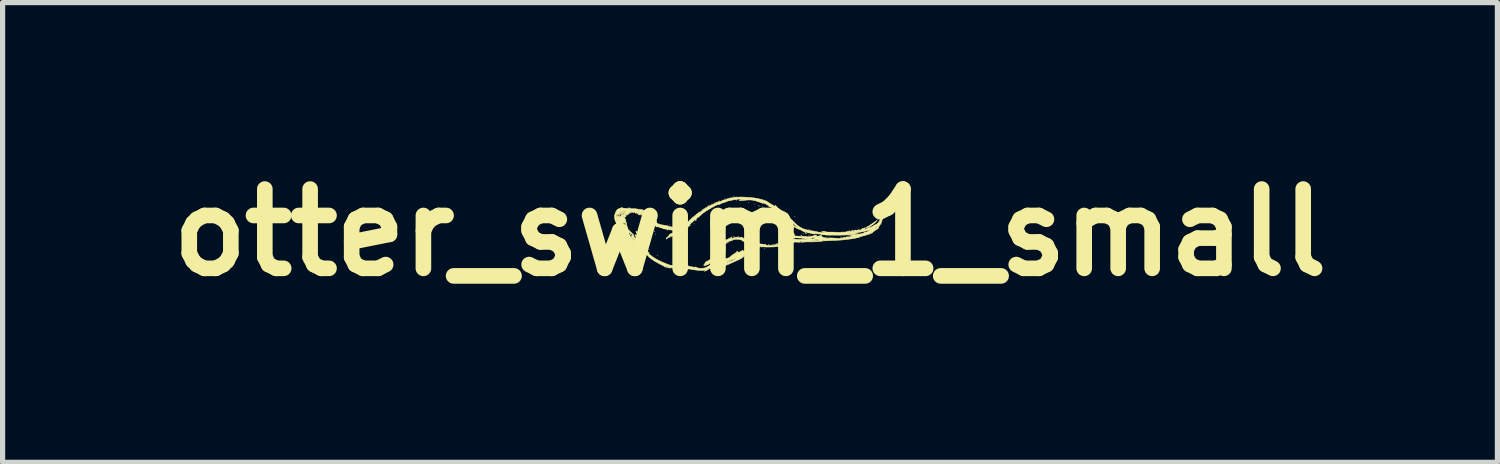
<source format=kicad_pcb>
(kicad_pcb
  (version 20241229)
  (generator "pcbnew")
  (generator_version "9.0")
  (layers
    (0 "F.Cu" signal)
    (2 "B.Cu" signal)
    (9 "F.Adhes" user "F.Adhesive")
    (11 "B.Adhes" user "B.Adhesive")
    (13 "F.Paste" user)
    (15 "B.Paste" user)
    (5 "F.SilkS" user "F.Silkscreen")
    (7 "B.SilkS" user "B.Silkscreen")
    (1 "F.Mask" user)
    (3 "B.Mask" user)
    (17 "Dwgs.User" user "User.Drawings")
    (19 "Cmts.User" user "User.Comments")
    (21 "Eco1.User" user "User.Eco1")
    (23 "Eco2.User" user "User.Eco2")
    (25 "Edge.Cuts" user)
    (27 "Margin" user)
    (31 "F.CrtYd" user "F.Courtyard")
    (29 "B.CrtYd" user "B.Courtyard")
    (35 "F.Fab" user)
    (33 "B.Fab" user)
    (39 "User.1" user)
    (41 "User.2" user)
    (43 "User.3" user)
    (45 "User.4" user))
  (footprint "otter_swim_1_small"
    (layer "F.Cu")
    (at 11.365 1.418)
    (property "Reference" "otter_swim_1_small" (at 0 0 0) (layer "F.SilkS") (effects (font (size 1.524 1.524) (thickness 0.3))))
    (attr through_hole)
    (fp_poly (pts (xy -2.494 -0.343) (xy -2.497 -0.34) (xy -2.499 -0.343) (xy -2.497 -0.345) (xy -2.494 -0.343)) (stroke (width 0.01) (type solid)) (fill yes) (layer "F.SilkS"))
    (fp_poly (pts (xy -2.489 -0.353) (xy -2.492 -0.351) (xy -2.494 -0.353) (xy -2.492 -0.356) (xy -2.489 -0.353)) (stroke (width 0.01) (type solid)) (fill yes) (layer "F.SilkS"))
    (fp_poly (pts (xy -2.423 -0.373) (xy -2.426 -0.371) (xy -2.428 -0.373) (xy -2.426 -0.376) (xy -2.423 -0.373)) (stroke (width 0.01) (type solid)) (fill yes) (layer "F.SilkS"))
    (fp_poly (pts (xy -2.408 -0.028) (xy -2.41 -0.025) (xy -2.413 -0.028) (xy -2.41 -0.03) (xy -2.408 -0.028)) (stroke (width 0.01) (type solid)) (fill yes) (layer "F.SilkS"))
    (fp_poly (pts (xy -2.357 -0.333) (xy -2.36 -0.33) (xy -2.362 -0.333) (xy -2.36 -0.335) (xy -2.357 -0.333)) (stroke (width 0.01) (type solid)) (fill yes) (layer "F.SilkS"))
    (fp_poly (pts (xy -2.316 -0.363) (xy -2.319 -0.361) (xy -2.322 -0.363) (xy -2.319 -0.366) (xy -2.316 -0.363)) (stroke (width 0.01) (type solid)) (fill yes) (layer "F.SilkS"))
    (fp_poly (pts (xy -2.291 0.069) (xy -2.294 0.071) (xy -2.296 0.069) (xy -2.294 0.066) (xy -2.291 0.069)) (stroke (width 0.01) (type solid)) (fill yes) (layer "F.SilkS"))
    (fp_poly (pts (xy -2.271 -0.378) (xy -2.273 -0.376) (xy -2.276 -0.378) (xy -2.273 -0.381) (xy -2.271 -0.378)) (stroke (width 0.01) (type solid)) (fill yes) (layer "F.SilkS"))
    (fp_poly (pts (xy -2.22 0.15) (xy -2.223 0.152) (xy -2.225 0.15) (xy -2.223 0.147) (xy -2.22 0.15)) (stroke (width 0.01) (type solid)) (fill yes) (layer "F.SilkS"))
    (fp_poly (pts (xy -2.174 -0.363) (xy -2.177 -0.361) (xy -2.179 -0.363) (xy -2.177 -0.366) (xy -2.174 -0.363)) (stroke (width 0.01) (type solid)) (fill yes) (layer "F.SilkS"))
    (fp_poly (pts (xy -2.144 0.165) (xy -2.146 0.168) (xy -2.149 0.165) (xy -2.146 0.163) (xy -2.144 0.165)) (stroke (width 0.01) (type solid)) (fill yes) (layer "F.SilkS"))
    (fp_poly (pts (xy -2.118 0.185) (xy -2.121 0.188) (xy -2.123 0.185) (xy -2.121 0.183) (xy -2.118 0.185)) (stroke (width 0.01) (type solid)) (fill yes) (layer "F.SilkS"))
    (fp_poly (pts (xy -2.093 -0.333) (xy -2.095 -0.33) (xy -2.098 -0.333) (xy -2.095 -0.335) (xy -2.093 -0.333)) (stroke (width 0.01) (type solid)) (fill yes) (layer "F.SilkS"))
    (fp_poly (pts (xy -2.057 -0.378) (xy -2.06 -0.376) (xy -2.062 -0.378) (xy -2.06 -0.381) (xy -2.057 -0.378)) (stroke (width 0.01) (type solid)) (fill yes) (layer "F.SilkS"))
    (fp_poly (pts (xy -2.022 0.272) (xy -2.024 0.274) (xy -2.027 0.272) (xy -2.024 0.269) (xy -2.022 0.272)) (stroke (width 0.01) (type solid)) (fill yes) (layer "F.SilkS"))
    (fp_poly (pts (xy -2.012 -0.251) (xy -2.014 -0.249) (xy -2.017 -0.251) (xy -2.014 -0.254) (xy -2.012 -0.251)) (stroke (width 0.01) (type solid)) (fill yes) (layer "F.SilkS"))
    (fp_poly (pts (xy -1.976 0.277) (xy -1.979 0.279) (xy -1.981 0.277) (xy -1.979 0.274) (xy -1.976 0.277)) (stroke (width 0.01) (type solid)) (fill yes) (layer "F.SilkS"))
    (fp_poly (pts (xy -1.941 0.323) (xy -1.943 0.325) (xy -1.946 0.323) (xy -1.943 0.32) (xy -1.941 0.323)) (stroke (width 0.01) (type solid)) (fill yes) (layer "F.SilkS"))
    (fp_poly (pts (xy -1.915 0.16) (xy -1.918 0.163) (xy -1.92 0.16) (xy -1.918 0.157) (xy -1.915 0.16)) (stroke (width 0.01) (type solid)) (fill yes) (layer "F.SilkS"))
    (fp_poly (pts (xy -1.875 -0.155) (xy -1.877 -0.152) (xy -1.88 -0.155) (xy -1.877 -0.157) (xy -1.875 -0.155)) (stroke (width 0.01) (type solid)) (fill yes) (layer "F.SilkS"))
    (fp_poly (pts (xy -1.819 0.033) (xy -1.821 0.036) (xy -1.824 0.033) (xy -1.821 0.03) (xy -1.819 0.033)) (stroke (width 0.01) (type solid)) (fill yes) (layer "F.SilkS"))
    (fp_poly (pts (xy -1.778 0.439) (xy -1.781 0.442) (xy -1.783 0.439) (xy -1.781 0.437) (xy -1.778 0.439)) (stroke (width 0.01) (type solid)) (fill yes) (layer "F.SilkS"))
    (fp_poly (pts (xy -1.773 -0.175) (xy -1.775 -0.173) (xy -1.778 -0.175) (xy -1.775 -0.178) (xy -1.773 -0.175)) (stroke (width 0.01) (type solid)) (fill yes) (layer "F.SilkS"))
    (fp_poly (pts (xy -1.631 -0.058) (xy -1.633 -0.056) (xy -1.636 -0.058) (xy -1.633 -0.061) (xy -1.631 -0.058)) (stroke (width 0.01) (type solid)) (fill yes) (layer "F.SilkS"))
    (fp_poly (pts (xy -1.539 -0.145) (xy -1.542 -0.142) (xy -1.544 -0.145) (xy -1.542 -0.147) (xy -1.539 -0.145)) (stroke (width 0.01) (type solid)) (fill yes) (layer "F.SilkS"))
    (fp_poly (pts (xy -1.529 0.084) (xy -1.532 0.086) (xy -1.534 0.084) (xy -1.532 0.081) (xy -1.529 0.084)) (stroke (width 0.01) (type solid)) (fill yes) (layer "F.SilkS"))
    (fp_poly (pts (xy -1.524 0.688) (xy -1.527 0.691) (xy -1.529 0.688) (xy -1.527 0.686) (xy -1.524 0.688)) (stroke (width 0.01) (type solid)) (fill yes) (layer "F.SilkS"))
    (fp_poly (pts (xy -1.499 0.074) (xy -1.501 0.076) (xy -1.504 0.074) (xy -1.501 0.071) (xy -1.499 0.074)) (stroke (width 0.01) (type solid)) (fill yes) (layer "F.SilkS"))
    (fp_poly (pts (xy -1.499 0.683) (xy -1.501 0.686) (xy -1.504 0.683) (xy -1.501 0.681) (xy -1.499 0.683)) (stroke (width 0.01) (type solid)) (fill yes) (layer "F.SilkS"))
    (fp_poly (pts (xy -1.494 -0.114) (xy -1.496 -0.112) (xy -1.499 -0.114) (xy -1.496 -0.117) (xy -1.494 -0.114)) (stroke (width 0.01) (type solid)) (fill yes) (layer "F.SilkS"))
    (fp_poly (pts (xy -1.473 -0.135) (xy -1.476 -0.132) (xy -1.478 -0.135) (xy -1.476 -0.137) (xy -1.473 -0.135)) (stroke (width 0.01) (type solid)) (fill yes) (layer "F.SilkS"))
    (fp_poly (pts (xy -1.443 -0.104) (xy -1.445 -0.102) (xy -1.448 -0.104) (xy -1.445 -0.107) (xy -1.443 -0.104)) (stroke (width 0.01) (type solid)) (fill yes) (layer "F.SilkS"))
    (fp_poly (pts (xy -1.443 0.084) (xy -1.445 0.086) (xy -1.448 0.084) (xy -1.445 0.081) (xy -1.443 0.084)) (stroke (width 0.01) (type solid)) (fill yes) (layer "F.SilkS"))
    (fp_poly (pts (xy -1.433 0.079) (xy -1.435 0.081) (xy -1.438 0.079) (xy -1.435 0.076) (xy -1.433 0.079)) (stroke (width 0.01) (type solid)) (fill yes) (layer "F.SilkS"))
    (fp_poly (pts (xy -1.422 -0.114) (xy -1.425 -0.112) (xy -1.427 -0.114) (xy -1.425 -0.117) (xy -1.422 -0.114)) (stroke (width 0.01) (type solid)) (fill yes) (layer "F.SilkS"))
    (fp_poly (pts (xy -1.361 0.699) (xy -1.364 0.701) (xy -1.367 0.699) (xy -1.364 0.696) (xy -1.361 0.699)) (stroke (width 0.01) (type solid)) (fill yes) (layer "F.SilkS"))
    (fp_poly (pts (xy -1.331 -0.114) (xy -1.333 -0.112) (xy -1.336 -0.114) (xy -1.333 -0.117) (xy -1.331 -0.114)) (stroke (width 0.01) (type solid)) (fill yes) (layer "F.SilkS"))
    (fp_poly (pts (xy -1.321 -0.124) (xy -1.323 -0.122) (xy -1.326 -0.124) (xy -1.323 -0.127) (xy -1.321 -0.124)) (stroke (width 0.01) (type solid)) (fill yes) (layer "F.SilkS"))
    (fp_poly (pts (xy -1.28 -0.124) (xy -1.283 -0.122) (xy -1.285 -0.124) (xy -1.283 -0.127) (xy -1.28 -0.124)) (stroke (width 0.01) (type solid)) (fill yes) (layer "F.SilkS"))
    (fp_poly (pts (xy -1.148 -0.15) (xy -1.151 -0.147) (xy -1.153 -0.15) (xy -1.151 -0.152) (xy -1.148 -0.15)) (stroke (width 0.01) (type solid)) (fill yes) (layer "F.SilkS"))
    (fp_poly (pts (xy -1.143 -0.135) (xy -1.146 -0.132) (xy -1.148 -0.135) (xy -1.146 -0.137) (xy -1.143 -0.135)) (stroke (width 0.01) (type solid)) (fill yes) (layer "F.SilkS"))
    (fp_poly (pts (xy -1.123 -0.267) (xy -1.125 -0.264) (xy -1.128 -0.267) (xy -1.125 -0.269) (xy -1.123 -0.267)) (stroke (width 0.01) (type solid)) (fill yes) (layer "F.SilkS"))
    (fp_poly (pts (xy -1.102 -0.287) (xy -1.105 -0.284) (xy -1.107 -0.287) (xy -1.105 -0.29) (xy -1.102 -0.287)) (stroke (width 0.01) (type solid)) (fill yes) (layer "F.SilkS"))
    (fp_poly (pts (xy -1.072 -0.165) (xy -1.074 -0.163) (xy -1.077 -0.165) (xy -1.074 -0.168) (xy -1.072 -0.165)) (stroke (width 0.01) (type solid)) (fill yes) (layer "F.SilkS"))
    (fp_poly (pts (xy -1.031 -0.236) (xy -1.034 -0.234) (xy -1.036 -0.236) (xy -1.034 -0.239) (xy -1.031 -0.236)) (stroke (width 0.01) (type solid)) (fill yes) (layer "F.SilkS"))
    (fp_poly (pts (xy -0.98 -0.394) (xy -0.983 -0.391) (xy -0.986 -0.394) (xy -0.983 -0.396) (xy -0.98 -0.394)) (stroke (width 0.01) (type solid)) (fill yes) (layer "F.SilkS"))
    (fp_poly (pts (xy -0.792 -0.516) (xy -0.795 -0.513) (xy -0.798 -0.516) (xy -0.795 -0.518) (xy -0.792 -0.516)) (stroke (width 0.01) (type solid)) (fill yes) (layer "F.SilkS"))
    (fp_poly (pts (xy -0.782 -0.526) (xy -0.785 -0.523) (xy -0.787 -0.526) (xy -0.785 -0.528) (xy -0.782 -0.526)) (stroke (width 0.01) (type solid)) (fill yes) (layer "F.SilkS"))
    (fp_poly (pts (xy -0.762 -0.521) (xy -0.765 -0.518) (xy -0.767 -0.521) (xy -0.765 -0.523) (xy -0.762 -0.521)) (stroke (width 0.01) (type solid)) (fill yes) (layer "F.SilkS"))
    (fp_poly (pts (xy -0.701 -0.49) (xy -0.704 -0.488) (xy -0.706 -0.49) (xy -0.704 -0.493) (xy -0.701 -0.49)) (stroke (width 0.01) (type solid)) (fill yes) (layer "F.SilkS"))
    (fp_poly (pts (xy -0.701 0.683) (xy -0.704 0.686) (xy -0.706 0.683) (xy -0.704 0.681) (xy -0.701 0.683)) (stroke (width 0.01) (type solid)) (fill yes) (layer "F.SilkS"))
    (fp_poly (pts (xy -0.676 -0.505) (xy -0.678 -0.503) (xy -0.681 -0.505) (xy -0.678 -0.508) (xy -0.676 -0.505)) (stroke (width 0.01) (type solid)) (fill yes) (layer "F.SilkS"))
    (fp_poly (pts (xy -0.605 -0.592) (xy -0.607 -0.589) (xy -0.61 -0.592) (xy -0.607 -0.594) (xy -0.605 -0.592)) (stroke (width 0.01) (type solid)) (fill yes) (layer "F.SilkS"))
    (fp_poly (pts (xy -0.589 -0.607) (xy -0.592 -0.605) (xy -0.594 -0.607) (xy -0.592 -0.61) (xy -0.589 -0.607)) (stroke (width 0.01) (type solid)) (fill yes) (layer "F.SilkS"))
    (fp_poly (pts (xy -0.518 0.419) (xy -0.521 0.422) (xy -0.523 0.419) (xy -0.521 0.417) (xy -0.518 0.419)) (stroke (width 0.01) (type solid)) (fill yes) (layer "F.SilkS"))
    (fp_poly (pts (xy -0.513 0.389) (xy -0.516 0.391) (xy -0.518 0.389) (xy -0.516 0.386) (xy -0.513 0.389)) (stroke (width 0.01) (type solid)) (fill yes) (layer "F.SilkS"))
    (fp_poly (pts (xy -0.508 0.267) (xy -0.511 0.269) (xy -0.513 0.267) (xy -0.511 0.264) (xy -0.508 0.267)) (stroke (width 0.01) (type solid)) (fill yes) (layer "F.SilkS"))
    (fp_poly (pts (xy -0.508 0.277) (xy -0.511 0.279) (xy -0.513 0.277) (xy -0.511 0.274) (xy -0.508 0.277)) (stroke (width 0.01) (type solid)) (fill yes) (layer "F.SilkS"))
    (fp_poly (pts (xy -0.508 0.439) (xy -0.511 0.442) (xy -0.513 0.439) (xy -0.511 0.437) (xy -0.508 0.439)) (stroke (width 0.01) (type solid)) (fill yes) (layer "F.SilkS"))
    (fp_poly (pts (xy -0.503 0.312) (xy -0.505 0.315) (xy -0.508 0.312) (xy -0.505 0.31) (xy -0.503 0.312)) (stroke (width 0.01) (type solid)) (fill yes) (layer "F.SilkS"))
    (fp_poly (pts (xy -0.493 0.409) (xy -0.495 0.411) (xy -0.498 0.409) (xy -0.495 0.406) (xy -0.493 0.409)) (stroke (width 0.01) (type solid)) (fill yes) (layer "F.SilkS"))
    (fp_poly (pts (xy -0.488 0.312) (xy -0.49 0.315) (xy -0.493 0.312) (xy -0.49 0.31) (xy -0.488 0.312)) (stroke (width 0.01) (type solid)) (fill yes) (layer "F.SilkS"))
    (fp_poly (pts (xy -0.483 -0.648) (xy -0.485 -0.645) (xy -0.488 -0.648) (xy -0.485 -0.65) (xy -0.483 -0.648)) (stroke (width 0.01) (type solid)) (fill yes) (layer "F.SilkS"))
    (fp_poly (pts (xy -0.478 0.302) (xy -0.48 0.305) (xy -0.483 0.302) (xy -0.48 0.3) (xy -0.478 0.302)) (stroke (width 0.01) (type solid)) (fill yes) (layer "F.SilkS"))
    (fp_poly (pts (xy -0.467 0.287) (xy -0.47 0.29) (xy -0.472 0.287) (xy -0.47 0.284) (xy -0.467 0.287)) (stroke (width 0.01) (type solid)) (fill yes) (layer "F.SilkS"))
    (fp_poly (pts (xy -0.467 0.302) (xy -0.47 0.305) (xy -0.472 0.302) (xy -0.47 0.3) (xy -0.467 0.302)) (stroke (width 0.01) (type solid)) (fill yes) (layer "F.SilkS"))
    (fp_poly (pts (xy -0.467 0.348) (xy -0.47 0.351) (xy -0.472 0.348) (xy -0.47 0.345) (xy -0.467 0.348)) (stroke (width 0.01) (type solid)) (fill yes) (layer "F.SilkS"))
    (fp_poly (pts (xy -0.442 0.211) (xy -0.445 0.213) (xy -0.447 0.211) (xy -0.445 0.208) (xy -0.442 0.211)) (stroke (width 0.01) (type solid)) (fill yes) (layer "F.SilkS"))
    (fp_poly (pts (xy -0.417 0.196) (xy -0.419 0.198) (xy -0.422 0.196) (xy -0.419 0.193) (xy -0.417 0.196)) (stroke (width 0.01) (type solid)) (fill yes) (layer "F.SilkS"))
    (fp_poly (pts (xy -0.381 0.099) (xy -0.384 0.102) (xy -0.386 0.099) (xy -0.384 0.097) (xy -0.381 0.099)) (stroke (width 0.01) (type solid)) (fill yes) (layer "F.SilkS"))
    (fp_poly (pts (xy -0.351 0.094) (xy -0.353 0.097) (xy -0.356 0.094) (xy -0.353 0.091) (xy -0.351 0.094)) (stroke (width 0.01) (type solid)) (fill yes) (layer "F.SilkS"))
    (fp_poly (pts (xy -0.345 0.084) (xy -0.348 0.086) (xy -0.351 0.084) (xy -0.348 0.081) (xy -0.345 0.084)) (stroke (width 0.01) (type solid)) (fill yes) (layer "F.SilkS"))
    (fp_poly (pts (xy -0.315 0.079) (xy -0.318 0.081) (xy -0.32 0.079) (xy -0.318 0.076) (xy -0.315 0.079)) (stroke (width 0.01) (type solid)) (fill yes) (layer "F.SilkS"))
    (fp_poly (pts (xy -0.3 0.084) (xy -0.302 0.086) (xy -0.305 0.084) (xy -0.302 0.081) (xy -0.3 0.084)) (stroke (width 0.01) (type solid)) (fill yes) (layer "F.SilkS"))
    (fp_poly (pts (xy -0.254 -0.683) (xy -0.257 -0.681) (xy -0.259 -0.683) (xy -0.257 -0.686) (xy -0.254 -0.683)) (stroke (width 0.01) (type solid)) (fill yes) (layer "F.SilkS"))
    (fp_poly (pts (xy -0.213 0.084) (xy -0.216 0.086) (xy -0.218 0.084) (xy -0.216 0.081) (xy -0.213 0.084)) (stroke (width 0.01) (type solid)) (fill yes) (layer "F.SilkS"))
    (fp_poly (pts (xy -0.198 -0.638) (xy -0.201 -0.635) (xy -0.203 -0.638) (xy -0.201 -0.64) (xy -0.198 -0.638)) (stroke (width 0.01) (type solid)) (fill yes) (layer "F.SilkS"))
    (fp_poly (pts (xy -0.198 -0.622) (xy -0.201 -0.62) (xy -0.203 -0.622) (xy -0.201 -0.625) (xy -0.198 -0.622)) (stroke (width 0.01) (type solid)) (fill yes) (layer "F.SilkS"))
    (fp_poly (pts (xy -0.188 -0.638) (xy -0.191 -0.635) (xy -0.193 -0.638) (xy -0.191 -0.64) (xy -0.188 -0.638)) (stroke (width 0.01) (type solid)) (fill yes) (layer "F.SilkS"))
    (fp_poly (pts (xy -0.188 -0.622) (xy -0.191 -0.62) (xy -0.193 -0.622) (xy -0.191 -0.625) (xy -0.188 -0.622)) (stroke (width 0.01) (type solid)) (fill yes) (layer "F.SilkS"))
    (fp_poly (pts (xy -0.086 -0.612) (xy -0.089 -0.61) (xy -0.091 -0.612) (xy -0.089 -0.615) (xy -0.086 -0.612)) (stroke (width 0.01) (type solid)) (fill yes) (layer "F.SilkS"))
    (fp_poly (pts (xy -0.066 0.384) (xy -0.069 0.386) (xy -0.071 0.384) (xy -0.069 0.381) (xy -0.066 0.384)) (stroke (width 0.01) (type solid)) (fill yes) (layer "F.SilkS"))
    (fp_poly (pts (xy -0.03 -0.582) (xy -0.033 -0.579) (xy -0.036 -0.582) (xy -0.033 -0.584) (xy -0.03 -0.582)) (stroke (width 0.01) (type solid)) (fill yes) (layer "F.SilkS"))
    (fp_poly (pts (xy 0.036 0.13) (xy 0.033 0.132) (xy 0.03 0.13) (xy 0.033 0.127) (xy 0.036 0.13)) (stroke (width 0.01) (type solid)) (fill yes) (layer "F.SilkS"))
    (fp_poly (pts (xy 0.046 0.236) (xy 0.043 0.239) (xy 0.041 0.236) (xy 0.043 0.234) (xy 0.046 0.236)) (stroke (width 0.01) (type solid)) (fill yes) (layer "F.SilkS"))
    (fp_poly (pts (xy 0.051 0.246) (xy 0.048 0.249) (xy 0.046 0.246) (xy 0.048 0.244) (xy 0.051 0.246)) (stroke (width 0.01) (type solid)) (fill yes) (layer "F.SilkS"))
    (fp_poly (pts (xy 0.086 -0.546) (xy 0.084 -0.544) (xy 0.081 -0.546) (xy 0.084 -0.549) (xy 0.086 -0.546)) (stroke (width 0.01) (type solid)) (fill yes) (layer "F.SilkS"))
    (fp_poly (pts (xy 0.127 0.272) (xy 0.124 0.274) (xy 0.122 0.272) (xy 0.124 0.269) (xy 0.127 0.272)) (stroke (width 0.01) (type solid)) (fill yes) (layer "F.SilkS"))
    (fp_poly (pts (xy 0.183 0.282) (xy 0.18 0.284) (xy 0.178 0.282) (xy 0.18 0.279) (xy 0.183 0.282)) (stroke (width 0.01) (type solid)) (fill yes) (layer "F.SilkS"))
    (fp_poly (pts (xy 0.193 -0.505) (xy 0.191 -0.503) (xy 0.188 -0.505) (xy 0.191 -0.508) (xy 0.193 -0.505)) (stroke (width 0.01) (type solid)) (fill yes) (layer "F.SilkS"))
    (fp_poly (pts (xy 0.229 0.287) (xy 0.226 0.29) (xy 0.224 0.287) (xy 0.226 0.284) (xy 0.229 0.287)) (stroke (width 0.01) (type solid)) (fill yes) (layer "F.SilkS"))
    (fp_poly (pts (xy 0.239 -0.49) (xy 0.236 -0.488) (xy 0.234 -0.49) (xy 0.236 -0.493) (xy 0.239 -0.49)) (stroke (width 0.01) (type solid)) (fill yes) (layer "F.SilkS"))
    (fp_poly (pts (xy 0.244 -0.556) (xy 0.241 -0.554) (xy 0.239 -0.556) (xy 0.241 -0.559) (xy 0.244 -0.556)) (stroke (width 0.01) (type solid)) (fill yes) (layer "F.SilkS"))
    (fp_poly (pts (xy 0.259 -0.561) (xy 0.257 -0.559) (xy 0.254 -0.561) (xy 0.257 -0.564) (xy 0.259 -0.561)) (stroke (width 0.01) (type solid)) (fill yes) (layer "F.SilkS"))
    (fp_poly (pts (xy 0.284 0.312) (xy 0.282 0.315) (xy 0.279 0.312) (xy 0.282 0.31) (xy 0.284 0.312)) (stroke (width 0.01) (type solid)) (fill yes) (layer "F.SilkS"))
    (fp_poly (pts (xy 0.315 -0.531) (xy 0.312 -0.528) (xy 0.31 -0.531) (xy 0.312 -0.533) (xy 0.315 -0.531)) (stroke (width 0.01) (type solid)) (fill yes) (layer "F.SilkS"))
    (fp_poly (pts (xy 0.356 -0.511) (xy 0.353 -0.508) (xy 0.351 -0.511) (xy 0.353 -0.513) (xy 0.356 -0.511)) (stroke (width 0.01) (type solid)) (fill yes) (layer "F.SilkS"))
    (fp_poly (pts (xy 0.356 -0.434) (xy 0.353 -0.432) (xy 0.351 -0.434) (xy 0.353 -0.437) (xy 0.356 -0.434)) (stroke (width 0.01) (type solid)) (fill yes) (layer "F.SilkS"))
    (fp_poly (pts (xy 0.417 0.241) (xy 0.414 0.244) (xy 0.411 0.241) (xy 0.414 0.239) (xy 0.417 0.241)) (stroke (width 0.01) (type solid)) (fill yes) (layer "F.SilkS"))
    (fp_poly (pts (xy 0.422 -0.419) (xy 0.419 -0.417) (xy 0.417 -0.419) (xy 0.419 -0.422) (xy 0.422 -0.419)) (stroke (width 0.01) (type solid)) (fill yes) (layer "F.SilkS"))
    (fp_poly (pts (xy 0.427 -0.409) (xy 0.424 -0.406) (xy 0.422 -0.409) (xy 0.424 -0.411) (xy 0.427 -0.409)) (stroke (width 0.01) (type solid)) (fill yes) (layer "F.SilkS"))
    (fp_poly (pts (xy 0.432 0.231) (xy 0.429 0.234) (xy 0.427 0.231) (xy 0.429 0.229) (xy 0.432 0.231)) (stroke (width 0.01) (type solid)) (fill yes) (layer "F.SilkS"))
    (fp_poly (pts (xy 0.437 -0.404) (xy 0.434 -0.401) (xy 0.432 -0.404) (xy 0.434 -0.406) (xy 0.437 -0.404)) (stroke (width 0.01) (type solid)) (fill yes) (layer "F.SilkS"))
    (fp_poly (pts (xy 0.447 0.241) (xy 0.445 0.244) (xy 0.442 0.241) (xy 0.445 0.239) (xy 0.447 0.241)) (stroke (width 0.01) (type solid)) (fill yes) (layer "F.SilkS"))
    (fp_poly (pts (xy 0.457 -0.404) (xy 0.455 -0.401) (xy 0.452 -0.404) (xy 0.455 -0.406) (xy 0.457 -0.404)) (stroke (width 0.01) (type solid)) (fill yes) (layer "F.SilkS"))
    (fp_poly (pts (xy 0.472 0.231) (xy 0.47 0.234) (xy 0.467 0.231) (xy 0.47 0.229) (xy 0.472 0.231)) (stroke (width 0.01) (type solid)) (fill yes) (layer "F.SilkS"))
    (fp_poly (pts (xy 0.483 0.226) (xy 0.48 0.229) (xy 0.478 0.226) (xy 0.48 0.224) (xy 0.483 0.226)) (stroke (width 0.01) (type solid)) (fill yes) (layer "F.SilkS"))
    (fp_poly (pts (xy 0.599 0.124) (xy 0.597 0.127) (xy 0.594 0.124) (xy 0.597 0.122) (xy 0.599 0.124)) (stroke (width 0.01) (type solid)) (fill yes) (layer "F.SilkS"))
    (fp_poly (pts (xy 0.66 0.109) (xy 0.658 0.112) (xy 0.655 0.109) (xy 0.658 0.107) (xy 0.66 0.109)) (stroke (width 0.01) (type solid)) (fill yes) (layer "F.SilkS"))
    (fp_poly (pts (xy 0.676 0.17) (xy 0.673 0.173) (xy 0.671 0.17) (xy 0.673 0.168) (xy 0.676 0.17)) (stroke (width 0.01) (type solid)) (fill yes) (layer "F.SilkS"))
    (fp_poly (pts (xy 0.711 0.191) (xy 0.709 0.193) (xy 0.706 0.191) (xy 0.709 0.188) (xy 0.711 0.191)) (stroke (width 0.01) (type solid)) (fill yes) (layer "F.SilkS"))
    (fp_poly (pts (xy 0.752 -0.074) (xy 0.749 -0.071) (xy 0.747 -0.074) (xy 0.749 -0.076) (xy 0.752 -0.074)) (stroke (width 0.01) (type solid)) (fill yes) (layer "F.SilkS"))
    (fp_poly (pts (xy 0.752 0.165) (xy 0.749 0.168) (xy 0.747 0.165) (xy 0.749 0.163) (xy 0.752 0.165)) (stroke (width 0.01) (type solid)) (fill yes) (layer "F.SilkS"))
    (fp_poly (pts (xy 0.762 -0.064) (xy 0.759 -0.061) (xy 0.757 -0.064) (xy 0.759 -0.066) (xy 0.762 -0.064)) (stroke (width 0.01) (type solid)) (fill yes) (layer "F.SilkS"))
    (fp_poly (pts (xy 0.813 0.099) (xy 0.81 0.102) (xy 0.808 0.099) (xy 0.81 0.097) (xy 0.813 0.099)) (stroke (width 0.01) (type solid)) (fill yes) (layer "F.SilkS"))
    (fp_poly (pts (xy 0.823 -0.14) (xy 0.82 -0.137) (xy 0.818 -0.14) (xy 0.82 -0.142) (xy 0.823 -0.14)) (stroke (width 0.01) (type solid)) (fill yes) (layer "F.SilkS"))
    (fp_poly (pts (xy 0.853 0.119) (xy 0.851 0.122) (xy 0.848 0.119) (xy 0.851 0.117) (xy 0.853 0.119)) (stroke (width 0.01) (type solid)) (fill yes) (layer "F.SilkS"))
    (fp_poly (pts (xy 0.864 -0.302) (xy 0.861 -0.3) (xy 0.859 -0.302) (xy 0.861 -0.305) (xy 0.864 -0.302)) (stroke (width 0.01) (type solid)) (fill yes) (layer "F.SilkS"))
    (fp_poly (pts (xy 0.884 0.191) (xy 0.881 0.193) (xy 0.879 0.191) (xy 0.881 0.188) (xy 0.884 0.191)) (stroke (width 0.01) (type solid)) (fill yes) (layer "F.SilkS"))
    (fp_poly (pts (xy 0.98 0.053) (xy 0.978 0.056) (xy 0.975 0.053) (xy 0.978 0.051) (xy 0.98 0.053)) (stroke (width 0.01) (type solid)) (fill yes) (layer "F.SilkS"))
    (fp_poly (pts (xy 1.072 0.13) (xy 1.069 0.132) (xy 1.067 0.13) (xy 1.069 0.127) (xy 1.072 0.13)) (stroke (width 0.01) (type solid)) (fill yes) (layer "F.SilkS"))
    (fp_poly (pts (xy 1.123 -0.064) (xy 1.12 -0.061) (xy 1.118 -0.064) (xy 1.12 -0.066) (xy 1.123 -0.064)) (stroke (width 0.01) (type solid)) (fill yes) (layer "F.SilkS"))
    (fp_poly (pts (xy 1.123 0.048) (xy 1.12 0.051) (xy 1.118 0.048) (xy 1.12 0.046) (xy 1.123 0.048)) (stroke (width 0.01) (type solid)) (fill yes) (layer "F.SilkS"))
    (fp_poly (pts (xy 1.143 -0.053) (xy 1.14 -0.051) (xy 1.138 -0.053) (xy 1.14 -0.056) (xy 1.143 -0.053)) (stroke (width 0.01) (type solid)) (fill yes) (layer "F.SilkS"))
    (fp_poly (pts (xy 1.153 0.053) (xy 1.151 0.056) (xy 1.148 0.053) (xy 1.151 0.051) (xy 1.153 0.053)) (stroke (width 0.01) (type solid)) (fill yes) (layer "F.SilkS"))
    (fp_poly (pts (xy 1.168 0.018) (xy 1.166 0.02) (xy 1.163 0.018) (xy 1.166 0.015) (xy 1.168 0.018)) (stroke (width 0.01) (type solid)) (fill yes) (layer "F.SilkS"))
    (fp_poly (pts (xy 1.209 0.124) (xy 1.206 0.127) (xy 1.204 0.124) (xy 1.206 0.122) (xy 1.209 0.124)) (stroke (width 0.01) (type solid)) (fill yes) (layer "F.SilkS"))
    (fp_poly (pts (xy 1.25 0.033) (xy 1.247 0.036) (xy 1.245 0.033) (xy 1.247 0.03) (xy 1.25 0.033)) (stroke (width 0.01) (type solid)) (fill yes) (layer "F.SilkS"))
    (fp_poly (pts (xy 1.377 -0.018) (xy 1.374 -0.015) (xy 1.372 -0.018) (xy 1.374 -0.02) (xy 1.377 -0.018)) (stroke (width 0.01) (type solid)) (fill yes) (layer "F.SilkS"))
    (fp_poly (pts (xy 1.473 0.058) (xy 1.471 0.061) (xy 1.468 0.058) (xy 1.471 0.056) (xy 1.473 0.058)) (stroke (width 0.01) (type solid)) (fill yes) (layer "F.SilkS"))
    (fp_poly (pts (xy 1.529 0.064) (xy 1.527 0.066) (xy 1.524 0.064) (xy 1.527 0.061) (xy 1.529 0.064)) (stroke (width 0.01) (type solid)) (fill yes) (layer "F.SilkS"))
    (fp_poly (pts (xy 1.544 0.099) (xy 1.542 0.102) (xy 1.539 0.099) (xy 1.542 0.097) (xy 1.544 0.099)) (stroke (width 0.01) (type solid)) (fill yes) (layer "F.SilkS"))
    (fp_poly (pts (xy 1.585 0.114) (xy 1.582 0.117) (xy 1.58 0.114) (xy 1.582 0.112) (xy 1.585 0.114)) (stroke (width 0.01) (type solid)) (fill yes) (layer "F.SilkS"))
    (fp_poly (pts (xy 1.742 0.089) (xy 1.74 0.091) (xy 1.737 0.089) (xy 1.74 0.086) (xy 1.742 0.089)) (stroke (width 0.01) (type solid)) (fill yes) (layer "F.SilkS"))
    (fp_poly (pts (xy 1.768 0.094) (xy 1.765 0.097) (xy 1.763 0.094) (xy 1.765 0.091) (xy 1.768 0.094)) (stroke (width 0.01) (type solid)) (fill yes) (layer "F.SilkS"))
    (fp_poly (pts (xy 1.895 0.058) (xy 1.892 0.061) (xy 1.89 0.058) (xy 1.892 0.056) (xy 1.895 0.058)) (stroke (width 0.01) (type solid)) (fill yes) (layer "F.SilkS"))
    (fp_poly (pts (xy 1.91 -0.033) (xy 1.908 -0.03) (xy 1.905 -0.033) (xy 1.908 -0.036) (xy 1.91 -0.033)) (stroke (width 0.01) (type solid)) (fill yes) (layer "F.SilkS"))
    (fp_poly (pts (xy 1.996 -0.038) (xy 1.994 -0.036) (xy 1.991 -0.038) (xy 1.994 -0.041) (xy 1.996 -0.038)) (stroke (width 0.01) (type solid)) (fill yes) (layer "F.SilkS"))
    (fp_poly (pts (xy 2.017 0.033) (xy 2.014 0.036) (xy 2.012 0.033) (xy 2.014 0.03) (xy 2.017 0.033)) (stroke (width 0.01) (type solid)) (fill yes) (layer "F.SilkS"))
    (fp_poly (pts (xy 2.113 -0.058) (xy 2.111 -0.056) (xy 2.108 -0.058) (xy 2.111 -0.061) (xy 2.113 -0.058)) (stroke (width 0.01) (type solid)) (fill yes) (layer "F.SilkS"))
    (fp_poly (pts (xy 2.23 -0.084) (xy 2.228 -0.081) (xy 2.225 -0.084) (xy 2.228 -0.086) (xy 2.23 -0.084)) (stroke (width 0.01) (type solid)) (fill yes) (layer "F.SilkS"))
    (fp_poly (pts (xy 2.454 -0.246) (xy 2.451 -0.244) (xy 2.449 -0.246) (xy 2.451 -0.249) (xy 2.454 -0.246)) (stroke (width 0.01) (type solid)) (fill yes) (layer "F.SilkS"))
    (fp_poly (pts (xy 2.469 -0.262) (xy 2.466 -0.259) (xy 2.464 -0.262) (xy 2.466 -0.264) (xy 2.469 -0.262)) (stroke (width 0.01) (type solid)) (fill yes) (layer "F.SilkS"))
    (fp_poly (pts (xy 2.53 -0.165) (xy 2.527 -0.163) (xy 2.525 -0.165) (xy 2.527 -0.168) (xy 2.53 -0.165)) (stroke (width 0.01) (type solid)) (fill yes) (layer "F.SilkS"))
    (fp_poly (pts (xy -2.542 -0.334) (xy -2.541 -0.328) (xy -2.542 -0.327) (xy -2.545 -0.328) (xy -2.545 -0.33) (xy -2.543 -0.334) (xy -2.542 -0.334)) (stroke (width 0.01) (type solid)) (fill yes) (layer "F.SilkS"))
    (fp_poly (pts (xy -2.415 -0.364) (xy -2.415 -0.361) (xy -2.418 -0.361) (xy -2.422 -0.363) (xy -2.421 -0.364) (xy -2.415 -0.365) (xy -2.415 -0.364)) (stroke (width 0.01) (type solid)) (fill yes) (layer "F.SilkS"))
    (fp_poly (pts (xy -2.333 0.042) (xy -2.333 0.048) (xy -2.333 0.049) (xy -2.336 0.048) (xy -2.337 0.046) (xy -2.335 0.042) (xy -2.333 0.042)) (stroke (width 0.01) (type solid)) (fill yes) (layer "F.SilkS"))
    (fp_poly (pts (xy -2.328 -0.476) (xy -2.329 -0.473) (xy -2.332 -0.472) (xy -2.336 -0.474) (xy -2.335 -0.476) (xy -2.329 -0.476) (xy -2.328 -0.476)) (stroke (width 0.01) (type solid)) (fill yes) (layer "F.SilkS"))
    (fp_poly (pts (xy -2.298 -0.379) (xy -2.299 -0.376) (xy -2.301 -0.376) (xy -2.305 -0.378) (xy -2.305 -0.379) (xy -2.299 -0.38) (xy -2.298 -0.379)) (stroke (width 0.01) (type solid)) (fill yes) (layer "F.SilkS"))
    (fp_poly (pts (xy -2.262 -0.389) (xy -2.262 -0.383) (xy -2.262 -0.383) (xy -2.265 -0.383) (xy -2.266 -0.386) (xy -2.264 -0.39) (xy -2.262 -0.389)) (stroke (width 0.01) (type solid)) (fill yes) (layer "F.SilkS"))
    (fp_poly (pts (xy -2.115 0.169) (xy -2.114 0.175) (xy -2.115 0.176) (xy -2.118 0.175) (xy -2.118 0.173) (xy -2.117 0.169) (xy -2.115 0.169)) (stroke (width 0.01) (type solid)) (fill yes) (layer "F.SilkS"))
    (fp_poly (pts (xy -1.836 -0.019) (xy -1.835 -0.013) (xy -1.836 -0.012) (xy -1.839 -0.013) (xy -1.839 -0.015) (xy -1.837 -0.019) (xy -1.836 -0.019)) (stroke (width 0.01) (type solid)) (fill yes) (layer "F.SilkS"))
    (fp_poly (pts (xy -1.439 -0.12) (xy -1.44 -0.117) (xy -1.443 -0.117) (xy -1.447 -0.119) (xy -1.446 -0.12) (xy -1.44 -0.121) (xy -1.439 -0.12)) (stroke (width 0.01) (type solid)) (fill yes) (layer "F.SilkS"))
    (fp_poly (pts (xy -1.434 0.693) (xy -1.435 0.696) (xy -1.438 0.696) (xy -1.442 0.694) (xy -1.441 0.693) (xy -1.435 0.692) (xy -1.434 0.693)) (stroke (width 0.01) (type solid)) (fill yes) (layer "F.SilkS"))
    (fp_poly (pts (xy -1.399 -0.105) (xy -1.398 -0.099) (xy -1.399 -0.098) (xy -1.402 -0.099) (xy -1.402 -0.102) (xy -1.4 -0.106) (xy -1.399 -0.105)) (stroke (width 0.01) (type solid)) (fill yes) (layer "F.SilkS"))
    (fp_poly (pts (xy -1.18 -0.11) (xy -1.18 -0.104) (xy -1.18 -0.103) (xy -1.183 -0.104) (xy -1.184 -0.107) (xy -1.182 -0.111) (xy -1.18 -0.11)) (stroke (width 0.01) (type solid)) (fill yes) (layer "F.SilkS"))
    (fp_poly (pts (xy -1.17 -0.222) (xy -1.171 -0.219) (xy -1.173 -0.218) (xy -1.178 -0.22) (xy -1.177 -0.222) (xy -1.171 -0.222) (xy -1.17 -0.222)) (stroke (width 0.01) (type solid)) (fill yes) (layer "F.SilkS"))
    (fp_poly (pts (xy -0.87 0.743) (xy -0.871 0.746) (xy -0.874 0.747) (xy -0.878 0.745) (xy -0.877 0.743) (xy -0.871 0.743) (xy -0.87 0.743)) (stroke (width 0.01) (type solid)) (fill yes) (layer "F.SilkS"))
    (fp_poly (pts (xy -0.85 -0.476) (xy -0.851 -0.473) (xy -0.853 -0.472) (xy -0.858 -0.474) (xy -0.857 -0.476) (xy -0.851 -0.476) (xy -0.85 -0.476)) (stroke (width 0.01) (type solid)) (fill yes) (layer "F.SilkS"))
    (fp_poly (pts (xy -0.743 -0.547) (xy -0.743 -0.541) (xy -0.743 -0.54) (xy -0.746 -0.541) (xy -0.747 -0.544) (xy -0.745 -0.548) (xy -0.743 -0.547)) (stroke (width 0.01) (type solid)) (fill yes) (layer "F.SilkS"))
    (fp_poly (pts (xy -0.672 -0.575) (xy -0.672 -0.567) (xy -0.673 -0.565) (xy -0.675 -0.567) (xy -0.675 -0.572) (xy -0.674 -0.577) (xy -0.672 -0.575)) (stroke (width 0.01) (type solid)) (fill yes) (layer "F.SilkS"))
    (fp_poly (pts (xy -0.54 0.439) (xy -0.54 0.445) (xy -0.54 0.445) (xy -0.543 0.445) (xy -0.544 0.442) (xy -0.542 0.438) (xy -0.54 0.439)) (stroke (width 0.01) (type solid)) (fill yes) (layer "F.SilkS"))
    (fp_poly (pts (xy -0.53 0.431) (xy -0.529 0.439) (xy -0.53 0.441) (xy -0.533 0.439) (xy -0.533 0.434) (xy -0.532 0.428) (xy -0.53 0.431)) (stroke (width 0.01) (type solid)) (fill yes) (layer "F.SilkS"))
    (fp_poly (pts (xy -0.525 0.393) (xy -0.524 0.399) (xy -0.525 0.4) (xy -0.528 0.399) (xy -0.528 0.396) (xy -0.526 0.392) (xy -0.525 0.393)) (stroke (width 0.01) (type solid)) (fill yes) (layer "F.SilkS"))
    (fp_poly (pts (xy -0.505 0.413) (xy -0.504 0.419) (xy -0.505 0.42) (xy -0.508 0.419) (xy -0.508 0.417) (xy -0.506 0.412) (xy -0.505 0.413)) (stroke (width 0.01) (type solid)) (fill yes) (layer "F.SilkS"))
    (fp_poly (pts (xy -0.5 0.428) (xy -0.5 0.431) (xy -0.503 0.432) (xy -0.507 0.43) (xy -0.506 0.428) (xy -0.5 0.428) (xy -0.5 0.428)) (stroke (width 0.01) (type solid)) (fill yes) (layer "F.SilkS"))
    (fp_poly (pts (xy -0.464 0.276) (xy -0.465 0.279) (xy -0.467 0.279) (xy -0.472 0.278) (xy -0.471 0.276) (xy -0.465 0.275) (xy -0.464 0.276)) (stroke (width 0.01) (type solid)) (fill yes) (layer "F.SilkS"))
    (fp_poly (pts (xy -0.337 0.154) (xy -0.338 0.157) (xy -0.34 0.157) (xy -0.345 0.156) (xy -0.344 0.154) (xy -0.338 0.153) (xy -0.337 0.154)) (stroke (width 0.01) (type solid)) (fill yes) (layer "F.SilkS"))
    (fp_poly (pts (xy 0.09 0.246) (xy 0.089 0.249) (xy 0.086 0.249) (xy 0.082 0.247) (xy 0.083 0.246) (xy 0.089 0.245) (xy 0.09 0.246)) (stroke (width 0.01) (type solid)) (fill yes) (layer "F.SilkS"))
    (fp_poly (pts (xy 0.141 0.271) (xy 0.14 0.274) (xy 0.137 0.274) (xy 0.133 0.272) (xy 0.134 0.271) (xy 0.14 0.27) (xy 0.141 0.271)) (stroke (width 0.01) (type solid)) (fill yes) (layer "F.SilkS"))
    (fp_poly (pts (xy 0.151 0.266) (xy 0.151 0.272) (xy 0.151 0.273) (xy 0.148 0.272) (xy 0.147 0.269) (xy 0.149 0.265) (xy 0.151 0.266)) (stroke (width 0.01) (type solid)) (fill yes) (layer "F.SilkS"))
    (fp_poly (pts (xy 0.166 -0.516) (xy 0.167 -0.51) (xy 0.166 -0.51) (xy 0.163 -0.51) (xy 0.163 -0.513) (xy 0.164 -0.517) (xy 0.166 -0.516)) (stroke (width 0.01) (type solid)) (fill yes) (layer "F.SilkS"))
    (fp_poly (pts (xy 0.171 0.271) (xy 0.17 0.274) (xy 0.168 0.274) (xy 0.163 0.272) (xy 0.164 0.271) (xy 0.17 0.27) (xy 0.171 0.271)) (stroke (width 0.01) (type solid)) (fill yes) (layer "F.SilkS"))
    (fp_poly (pts (xy 0.273 -0.557) (xy 0.272 -0.554) (xy 0.269 -0.554) (xy 0.265 -0.556) (xy 0.266 -0.557) (xy 0.272 -0.558) (xy 0.273 -0.557)) (stroke (width 0.01) (type solid)) (fill yes) (layer "F.SilkS"))
    (fp_poly (pts (xy 0.461 0.235) (xy 0.46 0.238) (xy 0.457 0.239) (xy 0.453 0.237) (xy 0.454 0.235) (xy 0.46 0.235) (xy 0.461 0.235)) (stroke (width 0.01) (type solid)) (fill yes) (layer "F.SilkS"))
    (fp_poly (pts (xy 0.476 -0.384) (xy 0.475 -0.381) (xy 0.472 -0.381) (xy 0.468 -0.383) (xy 0.469 -0.384) (xy 0.475 -0.385) (xy 0.476 -0.384)) (stroke (width 0.01) (type solid)) (fill yes) (layer "F.SilkS"))
    (fp_poly (pts (xy 0.796 0.108) (xy 0.795 0.111) (xy 0.792 0.112) (xy 0.788 0.11) (xy 0.789 0.108) (xy 0.795 0.108) (xy 0.796 0.108)) (stroke (width 0.01) (type solid)) (fill yes) (layer "F.SilkS"))
    (fp_poly (pts (xy 0.989 0.185) (xy 0.99 0.191) (xy 0.989 0.191) (xy 0.986 0.191) (xy 0.986 0.188) (xy 0.987 0.184) (xy 0.989 0.185)) (stroke (width 0.01) (type solid)) (fill yes) (layer "F.SilkS"))
    (fp_poly (pts (xy 1.019 0.129) (xy 1.019 0.132) (xy 1.016 0.132) (xy 1.012 0.13) (xy 1.013 0.129) (xy 1.019 0.128) (xy 1.019 0.129)) (stroke (width 0.01) (type solid)) (fill yes) (layer "F.SilkS"))
    (fp_poly (pts (xy 1.024 0.027) (xy 1.024 0.03) (xy 1.021 0.03) (xy 1.017 0.029) (xy 1.018 0.027) (xy 1.024 0.026) (xy 1.024 0.027)) (stroke (width 0.01) (type solid)) (fill yes) (layer "F.SilkS"))
    (fp_poly (pts (xy 1.024 0.185) (xy 1.024 0.188) (xy 1.021 0.188) (xy 1.017 0.186) (xy 1.018 0.185) (xy 1.024 0.184) (xy 1.024 0.185)) (stroke (width 0.01) (type solid)) (fill yes) (layer "F.SilkS"))
    (fp_poly (pts (xy 1.05 -0.014) (xy 1.05 -0.008) (xy 1.05 -0.007) (xy 1.047 -0.007) (xy 1.046 -0.01) (xy 1.048 -0.014) (xy 1.05 -0.014)) (stroke (width 0.01) (type solid)) (fill yes) (layer "F.SilkS"))
    (fp_poly (pts (xy 1.05 0.124) (xy 1.049 0.127) (xy 1.046 0.127) (xy 1.042 0.125) (xy 1.043 0.124) (xy 1.049 0.123) (xy 1.05 0.124)) (stroke (width 0.01) (type solid)) (fill yes) (layer "F.SilkS"))
    (fp_poly (pts (xy 1.091 0.129) (xy 1.09 0.132) (xy 1.087 0.132) (xy 1.083 0.13) (xy 1.084 0.129) (xy 1.09 0.128) (xy 1.091 0.129)) (stroke (width 0.01) (type solid)) (fill yes) (layer "F.SilkS"))
    (fp_poly (pts (xy 1.4 0.164) (xy 1.401 0.17) (xy 1.4 0.171) (xy 1.397 0.17) (xy 1.397 0.168) (xy 1.399 0.163) (xy 1.4 0.164)) (stroke (width 0.01) (type solid)) (fill yes) (layer "F.SilkS"))
    (fp_poly (pts (xy 1.888 0.083) (xy 1.887 0.086) (xy 1.885 0.086) (xy 1.88 0.085) (xy 1.881 0.083) (xy 1.887 0.082) (xy 1.888 0.083)) (stroke (width 0.01) (type solid)) (fill yes) (layer "F.SilkS"))
    (fp_poly (pts (xy 2.076 0.017) (xy 2.075 0.02) (xy 2.073 0.02) (xy 2.068 0.018) (xy 2.069 0.017) (xy 2.075 0.016) (xy 2.076 0.017)) (stroke (width 0.01) (type solid)) (fill yes) (layer "F.SilkS"))
    (fp_poly (pts (xy -1.88 -0.186) (xy -1.877 -0.183) (xy -1.879 -0.178) (xy -1.882 -0.176) (xy -1.889 -0.177) (xy -1.89 -0.18) (xy -1.887 -0.187) (xy -1.88 -0.186)) (stroke (width 0.01) (type solid)) (fill yes) (layer "F.SilkS"))
    (fp_poly (pts (xy -0.491 0.39) (xy -0.496 0.395) (xy -0.503 0.398) (xy -0.506 0.396) (xy -0.504 0.39) (xy -0.5 0.388) (xy -0.492 0.386) (xy -0.491 0.39)) (stroke (width 0.01) (type solid)) (fill yes) (layer "F.SilkS"))
    (fp_poly (pts (xy -0.47 0.311) (xy -0.471 0.315) (xy -0.476 0.317) (xy -0.482 0.319) (xy -0.48 0.315) (xy -0.479 0.314) (xy -0.472 0.31) (xy -0.47 0.311)) (stroke (width 0.01) (type solid)) (fill yes) (layer "F.SilkS"))
    (fp_poly (pts (xy -0.303 -0.682) (xy -0.302 -0.681) (xy -0.3 -0.676) (xy -0.305 -0.678) (xy -0.31 -0.681) (xy -0.314 -0.685) (xy -0.311 -0.686) (xy -0.303 -0.682)) (stroke (width 0.01) (type solid)) (fill yes) (layer "F.SilkS"))
    (fp_poly (pts (xy 1.393 -0.017) (xy 1.394 -0.015) (xy 1.396 -0.011) (xy 1.391 -0.012) (xy 1.387 -0.015) (xy 1.383 -0.019) (xy 1.385 -0.02) (xy 1.393 -0.017)) (stroke (width 0.01) (type solid)) (fill yes) (layer "F.SilkS"))
    (fp_poly (pts (xy 1.591 0.105) (xy 1.595 0.111) (xy 1.594 0.114) (xy 1.59 0.112) (xy 1.586 0.109) (xy 1.583 0.103) (xy 1.584 0.102) (xy 1.591 0.105)) (stroke (width 0.01) (type solid)) (fill yes) (layer "F.SilkS"))
    (fp_poly (pts (xy -2.555 -0.338) (xy -2.55 -0.333) (xy -2.55 -0.332) (xy -2.554 -0.33) (xy -2.555 -0.33) (xy -2.56 -0.334) (xy -2.56 -0.336) (xy -2.557 -0.339) (xy -2.555 -0.338)) (stroke (width 0.01) (type solid)) (fill yes) (layer "F.SilkS"))
    (fp_poly (pts (xy -2.545 -0.316) (xy -2.545 -0.315) (xy -2.547 -0.31) (xy -2.547 -0.31) (xy -2.552 -0.313) (xy -2.553 -0.315) (xy -2.552 -0.32) (xy -2.55 -0.32) (xy -2.545 -0.316)) (stroke (width 0.01) (type solid)) (fill yes) (layer "F.SilkS"))
    (fp_poly (pts (xy -2.372 -0.347) (xy -2.372 -0.345) (xy -2.376 -0.341) (xy -2.378 -0.34) (xy -2.381 -0.343) (xy -2.38 -0.345) (xy -2.375 -0.35) (xy -2.375 -0.351) (xy -2.372 -0.347)) (stroke (width 0.01) (type solid)) (fill yes) (layer "F.SilkS"))
    (fp_poly (pts (xy -2.297 0.03) (xy -2.296 0.032) (xy -2.292 0.041) (xy -2.294 0.045) (xy -2.298 0.042) (xy -2.301 0.035) (xy -2.301 0.031) (xy -2.3 0.026) (xy -2.297 0.03)) (stroke (width 0.01) (type solid)) (fill yes) (layer "F.SilkS"))
    (fp_poly (pts (xy -2.134 0.165) (xy -2.129 0.17) (xy -2.129 0.17) (xy -2.132 0.173) (xy -2.134 0.173) (xy -2.138 0.169) (xy -2.139 0.167) (xy -2.136 0.164) (xy -2.134 0.165)) (stroke (width 0.01) (type solid)) (fill yes) (layer "F.SilkS"))
    (fp_poly (pts (xy -1.996 0.283) (xy -1.99 0.288) (xy -1.99 0.293) (xy -1.992 0.299) (xy -1.995 0.297) (xy -2 0.29) (xy -2.003 0.283) (xy -2 0.282) (xy -1.996 0.283)) (stroke (width 0.01) (type solid)) (fill yes) (layer "F.SilkS"))
    (fp_poly (pts (xy -1.93 -0.24) (xy -1.927 -0.236) (xy -1.926 -0.227) (xy -1.93 -0.227) (xy -1.938 -0.234) (xy -1.944 -0.241) (xy -1.943 -0.244) (xy -1.939 -0.244) (xy -1.93 -0.24)) (stroke (width 0.01) (type solid)) (fill yes) (layer "F.SilkS"))
    (fp_poly (pts (xy -1.909 -0.222) (xy -1.9 -0.22) (xy -1.898 -0.217) (xy -1.904 -0.214) (xy -1.914 -0.218) (xy -1.915 -0.218) (xy -1.919 -0.222) (xy -1.913 -0.223) (xy -1.909 -0.222)) (stroke (width 0.01) (type solid)) (fill yes) (layer "F.SilkS"))
    (fp_poly (pts (xy -1.61 0.663) (xy -1.606 0.668) (xy -1.605 0.668) (xy -1.609 0.671) (xy -1.61 0.671) (xy -1.615 0.667) (xy -1.615 0.665) (xy -1.612 0.662) (xy -1.61 0.663)) (stroke (width 0.01) (type solid)) (fill yes) (layer "F.SilkS"))
    (fp_poly (pts (xy -1.586 0.673) (xy -1.585 0.676) (xy -1.586 0.68) (xy -1.59 0.679) (xy -1.595 0.676) (xy -1.6 0.672) (xy -1.595 0.671) (xy -1.594 0.671) (xy -1.586 0.673)) (stroke (width 0.01) (type solid)) (fill yes) (layer "F.SilkS"))
    (fp_poly (pts (xy -1.51 0.074) (xy -1.511 0.076) (xy -1.516 0.081) (xy -1.517 0.081) (xy -1.517 0.078) (xy -1.516 0.076) (xy -1.512 0.071) (xy -1.511 0.071) (xy -1.51 0.074)) (stroke (width 0.01) (type solid)) (fill yes) (layer "F.SilkS"))
    (fp_poly (pts (xy -1.292 -0.124) (xy -1.293 -0.122) (xy -1.298 -0.117) (xy -1.299 -0.117) (xy -1.299 -0.12) (xy -1.298 -0.122) (xy -1.293 -0.127) (xy -1.292 -0.127) (xy -1.292 -0.124)) (stroke (width 0.01) (type solid)) (fill yes) (layer "F.SilkS"))
    (fp_poly (pts (xy -0.874 -0.457) (xy -0.878 -0.453) (xy -0.881 -0.452) (xy -0.888 -0.453) (xy -0.889 -0.454) (xy -0.885 -0.457) (xy -0.881 -0.459) (xy -0.875 -0.459) (xy -0.874 -0.457)) (stroke (width 0.01) (type solid)) (fill yes) (layer "F.SilkS"))
    (fp_poly (pts (xy -0.61 0.431) (xy -0.61 0.432) (xy -0.614 0.437) (xy -0.615 0.437) (xy -0.618 0.434) (xy -0.617 0.432) (xy -0.613 0.427) (xy -0.612 0.427) (xy -0.61 0.431)) (stroke (width 0.01) (type solid)) (fill yes) (layer "F.SilkS"))
    (fp_poly (pts (xy -0.503 0.354) (xy -0.503 0.356) (xy -0.505 0.361) (xy -0.505 0.361) (xy -0.509 0.357) (xy -0.511 0.356) (xy -0.51 0.351) (xy -0.508 0.351) (xy -0.503 0.354)) (stroke (width 0.01) (type solid)) (fill yes) (layer "F.SilkS"))
    (fp_poly (pts (xy -0.362 0.094) (xy -0.365 0.098) (xy -0.373 0.106) (xy -0.376 0.106) (xy -0.376 0.105) (xy -0.372 0.101) (xy -0.367 0.096) (xy -0.361 0.091) (xy -0.362 0.094)) (stroke (width 0.01) (type solid)) (fill yes) (layer "F.SilkS"))
    (fp_poly (pts (xy -0.229 0.079) (xy -0.224 0.083) (xy -0.224 0.084) (xy -0.227 0.086) (xy -0.229 0.086) (xy -0.233 0.082) (xy -0.234 0.081) (xy -0.231 0.078) (xy -0.229 0.079)) (stroke (width 0.01) (type solid)) (fill yes) (layer "F.SilkS"))
    (fp_poly (pts (xy -0.185 -0.614) (xy -0.183 -0.613) (xy -0.187 -0.61) (xy -0.193 -0.608) (xy -0.201 -0.608) (xy -0.203 -0.61) (xy -0.199 -0.614) (xy -0.193 -0.615) (xy -0.185 -0.614)) (stroke (width 0.01) (type solid)) (fill yes) (layer "F.SilkS"))
    (fp_poly (pts (xy 0.361 0.236) (xy 0.366 0.239) (xy 0.37 0.243) (xy 0.368 0.244) (xy 0.36 0.241) (xy 0.356 0.239) (xy 0.352 0.235) (xy 0.353 0.234) (xy 0.361 0.236)) (stroke (width 0.01) (type solid)) (fill yes) (layer "F.SilkS"))
    (fp_poly (pts (xy 0.578 0.222) (xy 0.577 0.224) (xy 0.572 0.228) (xy 0.571 0.229) (xy 0.571 0.225) (xy 0.572 0.224) (xy 0.576 0.219) (xy 0.577 0.218) (xy 0.578 0.222)) (stroke (width 0.01) (type solid)) (fill yes) (layer "F.SilkS"))
    (fp_poly (pts (xy 0.62 0.202) (xy 0.628 0.205) (xy 0.63 0.206) (xy 0.626 0.208) (xy 0.62 0.208) (xy 0.612 0.206) (xy 0.61 0.204) (xy 0.614 0.201) (xy 0.62 0.202)) (stroke (width 0.01) (type solid)) (fill yes) (layer "F.SilkS"))
    (fp_poly (pts (xy 0.994 0.054) (xy 0.993 0.056) (xy 0.989 0.061) (xy 0.988 0.061) (xy 0.986 0.057) (xy 0.986 0.056) (xy 0.989 0.051) (xy 0.991 0.051) (xy 0.994 0.054)) (stroke (width 0.01) (type solid)) (fill yes) (layer "F.SilkS"))
    (fp_poly (pts (xy 1.935 0.058) (xy 1.935 0.06) (xy 1.931 0.064) (xy 1.928 0.064) (xy 1.921 0.062) (xy 1.92 0.06) (xy 1.924 0.056) (xy 1.928 0.056) (xy 1.935 0.058)) (stroke (width 0.01) (type solid)) (fill yes) (layer "F.SilkS"))
    (fp_poly (pts (xy -0.513 0.366) (xy -0.513 0.367) (xy -0.516 0.376) (xy -0.518 0.378) (xy -0.523 0.379) (xy -0.523 0.377) (xy -0.521 0.37) (xy -0.518 0.366) (xy -0.514 0.361) (xy -0.513 0.366)) (stroke (width 0.01) (type solid)) (fill yes) (layer "F.SilkS"))
    (fp_poly (pts (xy -2.506 -0.334) (xy -2.5 -0.333) (xy -2.499 -0.333) (xy -2.504 -0.33) (xy -2.513 -0.329) (xy -2.524 -0.329) (xy -2.527 -0.33) (xy -2.531 -0.333) (xy -2.526 -0.334) (xy -2.518 -0.334) (xy -2.506 -0.334)) (stroke (width 0.01) (type solid)) (fill yes) (layer "F.SilkS"))
    (fp_poly (pts (xy 0.723 0.171) (xy 0.726 0.173) (xy 0.731 0.177) (xy 0.727 0.178) (xy 0.723 0.181) (xy 0.724 0.183) (xy 0.726 0.188) (xy 0.723 0.186) (xy 0.715 0.178) (xy 0.715 0.178) (xy 0.711 0.17) (xy 0.714 0.167) (xy 0.723 0.171)) (stroke (width 0.01) (type solid)) (fill yes) (layer "F.SilkS"))
    (fp_poly (pts (xy 1.067 0.003) (xy 1.07 0.005) (xy 1.08 0.014) (xy 1.086 0.019) (xy 1.087 0.019) (xy 1.086 0.02) (xy 1.08 0.019) (xy 1.073 0.017) (xy 1.066 0.011) (xy 1.061 0.003) (xy 1.058 -0.003) (xy 1.06 -0.003) (xy 1.067 0.003)) (stroke (width 0.01) (type solid)) (fill yes) (layer "F.SilkS"))
    (fp_poly (pts (xy -2.134 -0.359) (xy -2.134 -0.354) (xy -2.134 -0.343) (xy -2.137 -0.341) (xy -2.145 -0.347) (xy -2.146 -0.347) (xy -2.152 -0.354) (xy -2.15 -0.358) (xy -2.144 -0.359) (xy -2.144 -0.357) (xy -2.141 -0.357) (xy -2.139 -0.361) (xy -2.135 -0.364) (xy -2.134 -0.359)) (stroke (width 0.01) (type solid)) (fill yes) (layer "F.SilkS"))
    (fp_poly (pts (xy -2.119 -0.351) (xy -2.115 -0.349) (xy -2.107 -0.344) (xy -2.106 -0.339) (xy -2.111 -0.338) (xy -2.114 -0.341) (xy -2.117 -0.345) (xy -2.118 -0.342) (xy -2.121 -0.336) (xy -2.122 -0.335) (xy -2.126 -0.34) (xy -2.126 -0.345) (xy -2.125 -0.351) (xy -2.119 -0.351)) (stroke (width 0.01) (type solid)) (fill yes) (layer "F.SilkS"))
    (fp_poly (pts (xy 0.513 0.221) (xy 0.515 0.229) (xy 0.511 0.237) (xy 0.504 0.241) (xy 0.499 0.24) (xy 0.496 0.235) (xy 0.499 0.227) (xy 0.5 0.226) (xy 0.501 0.225) (xy 0.505 0.225) (xy 0.505 0.228) (xy 0.508 0.229) (xy 0.512 0.227) (xy 0.511 0.225) (xy 0.505 0.225) (xy 0.505 0.225) (xy 0.501 0.225) (xy 0.507 0.219) (xy 0.513 0.221)) (stroke (width 0.01) (type solid)) (fill yes) (layer "F.SilkS"))
    (fp_poly (pts (xy 1.506 0.105) (xy 1.511 0.107) (xy 1.506 0.111) (xy 1.495 0.114) (xy 1.472 0.116) (xy 1.457 0.116) (xy 1.45 0.112) (xy 1.452 0.109) (xy 1.478 0.109) (xy 1.481 0.112) (xy 1.483 0.109) (xy 1.481 0.107) (xy 1.478 0.109) (xy 1.452 0.109) (xy 1.452 0.108) (xy 1.461 0.106) (xy 1.477 0.105) (xy 1.492 0.104) (xy 1.506 0.105)) (stroke (width 0.01) (type solid)) (fill yes) (layer "F.SilkS"))
    (fp_poly (pts (xy -0.493 0.325) (xy -0.497 0.33) (xy -0.498 0.33) (xy -0.501 0.332) (xy -0.498 0.338) (xy -0.49 0.342) (xy -0.485 0.342) (xy -0.479 0.343) (xy -0.477 0.351) (xy -0.479 0.36) (xy -0.485 0.369) (xy -0.492 0.375) (xy -0.497 0.374) (xy -0.503 0.371) (xy -0.508 0.367) (xy -0.503 0.366) (xy -0.502 0.366) (xy -0.493 0.362) (xy -0.487 0.357) (xy -0.483 0.351) (xy -0.486 0.351) (xy -0.489 0.352) (xy -0.496 0.353) (xy -0.498 0.35) (xy -0.502 0.346) (xy -0.505 0.345) (xy -0.51 0.342) (xy -0.51 0.336) (xy -0.505 0.328) (xy -0.499 0.323) (xy -0.494 0.322) (xy -0.493 0.325)) (stroke (width 0.01) (type solid)) (fill yes) (layer "F.SilkS"))
    (fp_poly (pts (xy -2.184 -0.023) (xy -2.181 -0.016) (xy -2.182 -0.015) (xy -2.181 -0.011) (xy -2.178 -0.01) (xy -2.168 -0.006) (xy -2.154 0.007) (xy -2.133 0.028) (xy -2.121 0.041) (xy -2.107 0.054) (xy -2.095 0.057) (xy -2.087 0.058) (xy -2.082 0.066) (xy -2.08 0.071) (xy -2.073 0.086) (xy -2.062 0.093) (xy -2.05 0.099) (xy -2.047 0.104) (xy -2.052 0.107) (xy -2.065 0.108) (xy -2.084 0.106) (xy -2.085 0.106) (xy -2.101 0.104) (xy -2.114 0.104) (xy -2.118 0.104) (xy -2.129 0.105) (xy -2.146 0.101) (xy -2.164 0.094) (xy -2.181 0.086) (xy -2.194 0.078) (xy -2.195 0.077) (xy -2.207 0.062) (xy -2.212 0.051) (xy -2.21 0.044) (xy -2.21 0.043) (xy -2.203 0.044) (xy -2.194 0.052) (xy -2.184 0.065) (xy -2.182 0.067) (xy -2.174 0.073) (xy -2.162 0.076) (xy -2.148 0.078) (xy -2.136 0.077) (xy -2.13 0.073) (xy -2.132 0.067) (xy -2.14 0.056) (xy -2.148 0.047) (xy -2.163 0.031) (xy -2.176 0.014) (xy -2.186 -0.002) (xy -2.192 -0.014) (xy -2.192 -0.021) (xy -2.186 -0.023) (xy -2.184 -0.023)) (stroke (width 0.01) (type solid)) (fill yes) (layer "F.SilkS"))
    (fp_poly (pts (xy 2.441 -0.233) (xy 2.439 -0.229) (xy 2.431 -0.219) (xy 2.419 -0.205) (xy 2.404 -0.19) (xy 2.388 -0.174) (xy 2.372 -0.16) (xy 2.371 -0.159) (xy 2.36 -0.151) (xy 2.352 -0.146) (xy 2.349 -0.147) (xy 2.344 -0.146) (xy 2.343 -0.145) (xy 2.336 -0.138) (xy 2.325 -0.129) (xy 2.313 -0.122) (xy 2.304 -0.117) (xy 2.302 -0.117) (xy 2.296 -0.113) (xy 2.295 -0.111) (xy 2.289 -0.107) (xy 2.28 -0.105) (xy 2.271 -0.103) (xy 2.269 -0.1) (xy 2.267 -0.097) (xy 2.261 -0.097) (xy 2.251 -0.094) (xy 2.248 -0.091) (xy 2.241 -0.087) (xy 2.24 -0.086) (xy 2.235 -0.09) (xy 2.235 -0.091) (xy 2.239 -0.096) (xy 2.244 -0.097) (xy 2.25 -0.098) (xy 2.246 -0.101) (xy 2.246 -0.101) (xy 2.244 -0.104) (xy 2.256 -0.104) (xy 2.258 -0.102) (xy 2.261 -0.104) (xy 2.258 -0.107) (xy 2.256 -0.104) (xy 2.244 -0.104) (xy 2.244 -0.105) (xy 2.25 -0.109) (xy 2.258 -0.111) (xy 2.272 -0.114) (xy 2.283 -0.114) (xy 2.284 -0.113) (xy 2.29 -0.114) (xy 2.291 -0.116) (xy 2.289 -0.121) (xy 2.287 -0.121) (xy 2.282 -0.123) (xy 2.282 -0.123) (xy 2.284 -0.127) (xy 2.284 -0.127) (xy 2.29 -0.13) (xy 2.291 -0.131) (xy 2.296 -0.135) (xy 2.308 -0.143) (xy 2.311 -0.145) (xy 2.332 -0.145) (xy 2.334 -0.142) (xy 2.337 -0.145) (xy 2.334 -0.147) (xy 2.332 -0.145) (xy 2.311 -0.145) (xy 2.319 -0.15) (xy 2.336 -0.16) (xy 2.349 -0.16) (xy 2.349 -0.157) (xy 2.354 -0.153) (xy 2.355 -0.152) (xy 2.359 -0.156) (xy 2.36 -0.157) (xy 2.358 -0.162) (xy 2.355 -0.163) (xy 2.349 -0.16) (xy 2.336 -0.16) (xy 2.337 -0.161) (xy 2.358 -0.175) (xy 2.372 -0.185) (xy 2.388 -0.197) (xy 2.404 -0.208) (xy 2.414 -0.214) (xy 2.426 -0.221) (xy 2.433 -0.229) (xy 2.433 -0.229) (xy 2.439 -0.234) (xy 2.441 -0.233)) (stroke (width 0.01) (type solid)) (fill yes) (layer "F.SilkS"))
    (fp_poly (pts (xy -0.281 -0.678) (xy -0.282 -0.676) (xy -0.279 -0.674) (xy -0.269 -0.675) (xy -0.263 -0.676) (xy -0.25 -0.677) (xy -0.229 -0.679) (xy -0.204 -0.68) (xy -0.177 -0.68) (xy -0.176 -0.68) (xy -0.151 -0.68) (xy -0.126 -0.68) (xy -0.099 -0.679) (xy -0.07 -0.677) (xy -0.036 -0.674) (xy 0.005 -0.671) (xy 0.053 -0.666) (xy 0.082 -0.663) (xy 0.094 -0.661) (xy 0.114 -0.658) (xy 0.138 -0.653) (xy 0.163 -0.648) (xy 0.223 -0.634) (xy 0.273 -0.618) (xy 0.315 -0.601) (xy 0.35 -0.58) (xy 0.364 -0.571) (xy 0.381 -0.558) (xy 0.399 -0.547) (xy 0.404 -0.544) (xy 0.43 -0.53) (xy 0.447 -0.52) (xy 0.456 -0.514) (xy 0.457 -0.513) (xy 0.465 -0.508) (xy 0.476 -0.502) (xy 0.486 -0.499) (xy 0.49 -0.499) (xy 0.49 -0.504) (xy 0.485 -0.51) (xy 0.48 -0.518) (xy 0.48 -0.522) (xy 0.485 -0.52) (xy 0.494 -0.513) (xy 0.507 -0.501) (xy 0.507 -0.5) (xy 0.522 -0.485) (xy 0.538 -0.471) (xy 0.548 -0.463) (xy 0.561 -0.452) (xy 0.577 -0.438) (xy 0.583 -0.432) (xy 0.608 -0.409) (xy 0.629 -0.391) (xy 0.649 -0.375) (xy 0.663 -0.364) (xy 0.677 -0.353) (xy 0.689 -0.343) (xy 0.694 -0.338) (xy 0.7 -0.331) (xy 0.712 -0.321) (xy 0.722 -0.313) (xy 0.745 -0.293) (xy 0.769 -0.272) (xy 0.792 -0.251) (xy 0.814 -0.231) (xy 0.833 -0.213) (xy 0.847 -0.197) (xy 0.857 -0.187) (xy 0.86 -0.181) (xy 0.86 -0.181) (xy 0.861 -0.178) (xy 0.863 -0.178) (xy 0.87 -0.174) (xy 0.881 -0.165) (xy 0.895 -0.152) (xy 0.898 -0.149) (xy 0.917 -0.132) (xy 0.939 -0.116) (xy 0.958 -0.104) (xy 0.975 -0.096) (xy 0.988 -0.088) (xy 0.996 -0.083) (xy 1.008 -0.077) (xy 1.027 -0.069) (xy 1.052 -0.061) (xy 1.08 -0.053) (xy 1.108 -0.045) (xy 1.135 -0.039) (xy 1.157 -0.034) (xy 1.171 -0.033) (xy 1.194 -0.031) (xy 1.218 -0.027) (xy 1.229 -0.025) (xy 1.25 -0.021) (xy 1.271 -0.017) (xy 1.279 -0.015) (xy 1.293 -0.012) (xy 1.303 -0.009) (xy 1.305 -0.008) (xy 1.311 -0.007) (xy 1.325 -0.005) (xy 1.344 -0.003) (xy 1.349 -0.003) (xy 1.376 -0.000485) (xy 1.405 0.002) (xy 1.429 0.004) (xy 1.447 0.006) (xy 1.461 0.006) (xy 1.468 0.005) (xy 1.468 0.004) (xy 1.467 0.003) (xy 1.61 0.003) (xy 1.613 0.005) (xy 1.615 0.003) (xy 1.613 0) (xy 1.61 0.003) (xy 1.467 0.003) (xy 1.464 0.000012) (xy 1.454 -0.001) (xy 1.452 -0.001) (xy 1.445 -0.002) (xy 1.433 -0.006) (xy 1.43 -0.007) (xy 1.417 -0.011) (xy 1.409 -0.01) (xy 1.408 -0.009) (xy 1.403 -0.006) (xy 1.402 -0.009) (xy 1.405 -0.015) (xy 1.413 -0.021) (xy 1.42 -0.023) (xy 1.423 -0.021) (xy 1.429 -0.018) (xy 1.441 -0.015) (xy 1.458 -0.012) (xy 1.477 -0.009) (xy 1.487 -0.009) (xy 1.493 -0.005) (xy 1.494 -0.003) (xy 1.496 -0.002) (xy 1.499 -0.005) (xy 1.503 -0.01) (xy 1.508 -0.006) (xy 1.509 -0.005) (xy 1.513 -0.001) (xy 1.514 -0.003) (xy 1.519 -0.004) (xy 1.534 -0.006) (xy 1.558 -0.006) (xy 1.591 -0.006) (xy 1.634 -0.005) (xy 1.685 -0.004) (xy 1.706 -0.003) (xy 1.725 -0.003) (xy 1.739 -0.003) (xy 1.747 -0.004) (xy 1.748 -0.005) (xy 1.752 -0.007) (xy 1.764 -0.007) (xy 1.774 -0.006) (xy 1.789 -0.006) (xy 1.808 -0.006) (xy 1.828 -0.008) (xy 1.847 -0.011) (xy 1.864 -0.014) (xy 1.875 -0.017) (xy 1.88 -0.02) (xy 1.879 -0.021) (xy 1.878 -0.023) (xy 1.887 -0.024) (xy 1.889 -0.024) (xy 1.9 -0.023) (xy 1.905 -0.02) (xy 1.905 -0.02) (xy 1.909 -0.016) (xy 1.912 -0.015) (xy 1.918 -0.019) (xy 1.918 -0.024) (xy 1.918 -0.029) (xy 1.919 -0.027) (xy 1.924 -0.021) (xy 1.926 -0.02) (xy 1.929 -0.017) (xy 1.928 -0.015) (xy 1.929 -0.012) (xy 1.933 -0.013) (xy 1.94 -0.019) (xy 1.941 -0.021) (xy 1.944 -0.024) (xy 1.948 -0.024) (xy 1.959 -0.023) (xy 1.967 -0.026) (xy 1.974 -0.029) (xy 1.973 -0.03) (xy 1.965 -0.029) (xy 1.955 -0.029) (xy 1.951 -0.031) (xy 1.955 -0.035) (xy 1.958 -0.036) (xy 1.969 -0.037) (xy 1.973 -0.039) (xy 1.98 -0.038) (xy 1.981 -0.031) (xy 1.984 -0.024) (xy 1.99 -0.023) (xy 2.002 -0.025) (xy 2.006 -0.025) (xy 2.01 -0.029) (xy 2.01 -0.033) (xy 2.008 -0.04) (xy 2.008 -0.041) (xy 2.013 -0.042) (xy 2.024 -0.045) (xy 2.025 -0.045) (xy 2.036 -0.048) (xy 2.039 -0.046) (xy 2.039 -0.043) (xy 2.032 -0.036) (xy 2.028 -0.034) (xy 2.026 -0.033) (xy 2.032 -0.034) (xy 2.043 -0.036) (xy 2.052 -0.038) (xy 2.052 -0.038) (xy 2.073 -0.038) (xy 2.075 -0.036) (xy 2.078 -0.038) (xy 2.075 -0.041) (xy 2.073 -0.038) (xy 2.052 -0.038) (xy 2.065 -0.042) (xy 2.067 -0.043) (xy 2.079 -0.044) (xy 2.083 -0.041) (xy 2.09 -0.037) (xy 2.093 -0.038) (xy 2.096 -0.042) (xy 2.089 -0.047) (xy 2.085 -0.049) (xy 2.077 -0.053) (xy 2.078 -0.056) (xy 2.079 -0.056) (xy 2.089 -0.052) (xy 2.097 -0.047) (xy 2.105 -0.041) (xy 2.111 -0.043) (xy 2.112 -0.044) (xy 2.121 -0.048) (xy 2.126 -0.048) (xy 2.134 -0.049) (xy 2.136 -0.051) (xy 2.141 -0.054) (xy 2.144 -0.05) (xy 2.148 -0.046) (xy 2.149 -0.052) (xy 2.148 -0.053) (xy 2.159 -0.053) (xy 2.162 -0.051) (xy 2.164 -0.053) (xy 2.162 -0.056) (xy 2.159 -0.053) (xy 2.148 -0.053) (xy 2.146 -0.06) (xy 2.142 -0.063) (xy 2.142 -0.064) (xy 2.172 -0.064) (xy 2.173 -0.057) (xy 2.177 -0.056) (xy 2.182 -0.059) (xy 2.181 -0.064) (xy 2.178 -0.07) (xy 2.177 -0.071) (xy 2.174 -0.067) (xy 2.172 -0.064) (xy 2.142 -0.064) (xy 2.142 -0.065) (xy 2.148 -0.066) (xy 2.156 -0.068) (xy 2.157 -0.071) (xy 2.158 -0.075) (xy 2.166 -0.078) (xy 2.176 -0.079) (xy 2.182 -0.078) (xy 2.189 -0.072) (xy 2.189 -0.069) (xy 2.194 -0.062) (xy 2.2 -0.059) (xy 2.207 -0.058) (xy 2.207 -0.061) (xy 2.202 -0.066) (xy 2.197 -0.077) (xy 2.198 -0.086) (xy 2.205 -0.091) (xy 2.207 -0.091) (xy 2.216 -0.089) (xy 2.217 -0.083) (xy 2.21 -0.079) (xy 2.204 -0.076) (xy 2.204 -0.072) (xy 2.211 -0.065) (xy 2.219 -0.058) (xy 2.224 -0.058) (xy 2.228 -0.063) (xy 2.228 -0.064) (xy 2.235 -0.064) (xy 2.238 -0.061) (xy 2.24 -0.064) (xy 2.238 -0.066) (xy 2.37 -0.066) (xy 2.37 -0.061) (xy 2.372 -0.061) (xy 2.377 -0.065) (xy 2.377 -0.066) (xy 2.376 -0.071) (xy 2.375 -0.071) (xy 2.371 -0.068) (xy 2.37 -0.066) (xy 2.238 -0.066) (xy 2.235 -0.064) (xy 2.228 -0.064) (xy 2.235 -0.07) (xy 2.239 -0.071) (xy 2.261 -0.071) (xy 2.262 -0.067) (xy 2.264 -0.068) (xy 2.265 -0.074) (xy 2.264 -0.075) (xy 2.261 -0.074) (xy 2.261 -0.071) (xy 2.239 -0.071) (xy 2.247 -0.073) (xy 2.26 -0.079) (xy 2.261 -0.08) (xy 2.401 -0.08) (xy 2.401 -0.08) (xy 2.407 -0.08) (xy 2.417 -0.086) (xy 2.429 -0.096) (xy 2.439 -0.107) (xy 2.443 -0.112) (xy 2.451 -0.124) (xy 2.438 -0.116) (xy 2.423 -0.105) (xy 2.41 -0.094) (xy 2.403 -0.085) (xy 2.401 -0.08) (xy 2.261 -0.08) (xy 2.271 -0.086) (xy 2.278 -0.091) (xy 2.278 -0.091) (xy 2.285 -0.094) (xy 2.294 -0.094) (xy 2.303 -0.095) (xy 2.306 -0.097) (xy 2.31 -0.101) (xy 2.314 -0.102) (xy 2.321 -0.099) (xy 2.322 -0.097) (xy 2.325 -0.094) (xy 2.33 -0.095) (xy 2.336 -0.098) (xy 2.332 -0.101) (xy 2.329 -0.102) (xy 2.323 -0.105) (xy 2.326 -0.109) (xy 2.335 -0.109) (xy 2.34 -0.106) (xy 2.346 -0.103) (xy 2.348 -0.106) (xy 2.349 -0.113) (xy 2.354 -0.118) (xy 2.359 -0.12) (xy 2.369 -0.124) (xy 2.377 -0.13) (xy 2.454 -0.13) (xy 2.456 -0.127) (xy 2.459 -0.13) (xy 2.456 -0.132) (xy 2.454 -0.13) (xy 2.377 -0.13) (xy 2.38 -0.132) (xy 2.383 -0.135) (xy 2.388 -0.135) (xy 2.39 -0.132) (xy 2.393 -0.135) (xy 2.39 -0.137) (xy 2.388 -0.135) (xy 2.383 -0.135) (xy 2.39 -0.139) (xy 2.397 -0.14) (xy 2.397 -0.14) (xy 2.403 -0.141) (xy 2.405 -0.145) (xy 2.412 -0.151) (xy 2.418 -0.152) (xy 2.428 -0.156) (xy 2.433 -0.161) (xy 2.437 -0.166) (xy 2.438 -0.165) (xy 2.441 -0.166) (xy 2.448 -0.172) (xy 2.457 -0.182) (xy 2.466 -0.192) (xy 2.472 -0.201) (xy 2.474 -0.205) (xy 2.477 -0.207) (xy 2.479 -0.206) (xy 2.484 -0.207) (xy 2.484 -0.21) (xy 2.486 -0.218) (xy 2.492 -0.231) (xy 2.499 -0.244) (xy 2.515 -0.279) (xy 2.523 -0.31) (xy 2.524 -0.342) (xy 2.519 -0.377) (xy 2.512 -0.401) (xy 2.504 -0.427) (xy 2.5 -0.444) (xy 2.5 -0.454) (xy 2.504 -0.456) (xy 2.506 -0.456) (xy 2.512 -0.45) (xy 2.52 -0.438) (xy 2.53 -0.421) (xy 2.538 -0.404) (xy 2.544 -0.388) (xy 2.545 -0.386) (xy 2.548 -0.37) (xy 2.55 -0.35) (xy 2.551 -0.343) (xy 2.553 -0.328) (xy 2.555 -0.317) (xy 2.557 -0.314) (xy 2.558 -0.308) (xy 2.556 -0.302) (xy 2.552 -0.292) (xy 2.548 -0.276) (xy 2.545 -0.262) (xy 2.536 -0.228) (xy 2.524 -0.195) (xy 2.51 -0.165) (xy 2.499 -0.147) (xy 2.49 -0.135) (xy 2.485 -0.126) (xy 2.484 -0.124) (xy 2.481 -0.119) (xy 2.474 -0.111) (xy 2.467 -0.1) (xy 2.466 -0.092) (xy 2.465 -0.084) (xy 2.461 -0.075) (xy 2.454 -0.067) (xy 2.448 -0.063) (xy 2.445 -0.064) (xy 2.444 -0.067) (xy 2.44 -0.067) (xy 2.434 -0.063) (xy 2.423 -0.054) (xy 2.409 -0.042) (xy 2.394 -0.031) (xy 2.38 -0.022) (xy 2.367 -0.012) (xy 2.354 -0.000078) (xy 2.354 0.000279) (xy 2.343 0.01) (xy 2.335 0.012) (xy 2.334 0.012) (xy 2.328 0.012) (xy 2.327 0.015) (xy 2.324 0.019) (xy 2.322 0.018) (xy 2.314 0.018) (xy 2.308 0.023) (xy 2.3 0.028) (xy 2.296 0.028) (xy 2.291 0.028) (xy 2.291 0.03) (xy 2.287 0.035) (xy 2.282 0.036) (xy 2.273 0.037) (xy 2.257 0.041) (xy 2.238 0.047) (xy 2.237 0.048) (xy 2.214 0.055) (xy 2.19 0.062) (xy 2.172 0.066) (xy 2.157 0.07) (xy 2.146 0.074) (xy 2.144 0.076) (xy 2.139 0.078) (xy 2.128 0.079) (xy 2.126 0.078) (xy 2.113 0.079) (xy 2.108 0.083) (xy 2.108 0.085) (xy 2.105 0.09) (xy 2.101 0.09) (xy 2.092 0.091) (xy 2.088 0.094) (xy 2.078 0.1) (xy 2.066 0.102) (xy 2.053 0.103) (xy 2.035 0.106) (xy 2.022 0.109) (xy 2 0.114) (xy 1.978 0.118) (xy 1.952 0.122) (xy 1.933 0.124) (xy 1.922 0.126) (xy 1.903 0.128) (xy 1.88 0.131) (xy 1.857 0.134) (xy 1.815 0.139) (xy 1.777 0.143) (xy 1.739 0.146) (xy 1.698 0.148) (xy 1.65 0.15) (xy 1.643 0.151) (xy 1.615 0.152) (xy 1.589 0.153) (xy 1.567 0.154) (xy 1.551 0.155) (xy 1.549 0.155) (xy 1.535 0.156) (xy 1.514 0.157) (xy 1.488 0.159) (xy 1.466 0.16) (xy 1.441 0.161) (xy 1.424 0.161) (xy 1.414 0.16) (xy 1.409 0.159) (xy 1.409 0.156) (xy 1.409 0.155) (xy 1.41 0.15) (xy 1.405 0.151) (xy 1.401 0.153) (xy 1.391 0.158) (xy 1.387 0.159) (xy 1.385 0.162) (xy 1.386 0.163) (xy 1.383 0.168) (xy 1.38 0.168) (xy 1.371 0.169) (xy 1.361 0.17) (xy 1.319 0.175) (xy 1.275 0.178) (xy 1.226 0.18) (xy 1.171 0.18) (xy 1.152 0.18) (xy 1.114 0.181) (xy 1.084 0.181) (xy 1.062 0.182) (xy 1.049 0.184) (xy 1.046 0.185) (xy 1.044 0.187) (xy 1.043 0.185) (xy 1.033 0.178) (xy 1.021 0.176) (xy 1.012 0.182) (xy 1.011 0.183) (xy 1.004 0.19) (xy 0.998 0.189) (xy 0.996 0.182) (xy 0.999 0.18) (xy 1.001 0.18) (xy 1.005 0.18) (xy 1.006 0.178) (xy 1.001 0.175) (xy 0.99 0.173) (xy 0.983 0.173) (xy 0.968 0.174) (xy 0.961 0.177) (xy 0.961 0.182) (xy 0.966 0.185) (xy 0.967 0.186) (xy 0.959 0.187) (xy 0.945 0.187) (xy 0.928 0.186) (xy 0.909 0.185) (xy 0.893 0.183) (xy 0.876 0.182) (xy 0.864 0.182) (xy 0.86 0.183) (xy 0.852 0.187) (xy 0.837 0.193) (xy 0.817 0.2) (xy 0.795 0.206) (xy 0.774 0.211) (xy 0.765 0.213) (xy 0.744 0.218) (xy 0.719 0.224) (xy 0.695 0.23) (xy 0.693 0.231) (xy 0.659 0.241) (xy 0.634 0.248) (xy 0.616 0.252) (xy 0.605 0.255) (xy 0.599 0.255) (xy 0.598 0.255) (xy 0.59 0.256) (xy 0.587 0.258) (xy 0.576 0.263) (xy 0.556 0.267) (xy 0.529 0.271) (xy 0.497 0.274) (xy 0.46 0.277) (xy 0.42 0.278) (xy 0.38 0.279) (xy 0.34 0.279) (xy 0.301 0.279) (xy 0.266 0.277) (xy 0.257 0.276) (xy 0.235 0.274) (xy 0.214 0.273) (xy 0.201 0.272) (xy 0.187 0.271) (xy 0.178 0.268) (xy 0.177 0.267) (xy 0.17 0.264) (xy 0.156 0.262) (xy 0.138 0.262) (xy 0.135 0.262) (xy 0.116 0.261) (xy 0.105 0.261) (xy 0.1 0.258) (xy 0.098 0.253) (xy 0.098 0.249) (xy 0.097 0.244) (xy 0.112 0.244) (xy 0.115 0.249) (xy 0.117 0.249) (xy 0.122 0.247) (xy 0.122 0.247) (xy 0.118 0.242) (xy 0.117 0.241) (xy 0.112 0.242) (xy 0.112 0.244) (xy 0.097 0.244) (xy 0.097 0.239) (xy 0.089 0.236) (xy 0.088 0.236) (xy 0.079 0.237) (xy 0.076 0.241) (xy 0.074 0.242) (xy 0.072 0.239) (xy 0.064 0.235) (xy 0.06 0.235) (xy 0.05 0.234) (xy 0.046 0.232) (xy 0.04 0.229) (xy 0.035 0.234) (xy 0.032 0.239) (xy 0.031 0.235) (xy 0.03 0.234) (xy 0.029 0.229) (xy 0.026 0.233) (xy 0.022 0.237) (xy 0.019 0.232) (xy 0.019 0.224) (xy 0.022 0.222) (xy 0.024 0.219) (xy 0.02 0.219) (xy 0.01 0.222) (xy 0.005 0.225) (xy 0.001 0.228) (xy 0.001 0.223) (xy 0.002 0.222) (xy 0.002 0.215) (xy -0.005 0.213) (xy -0.015 0.211) (xy -0.018 0.208) (xy -0.025 0.205) (xy -0.033 0.205) (xy -0.043 0.205) (xy -0.047 0.202) (xy -0.052 0.198) (xy -0.065 0.192) (xy -0.082 0.185) (xy -0.084 0.184) (xy -0.104 0.177) (xy -0.123 0.171) (xy -0.136 0.166) (xy -0.147 0.16) (xy -0.154 0.152) (xy -0.154 0.151) (xy -0.161 0.144) (xy -0.161 0.144) (xy -0.08 0.144) (xy -0.079 0.147) (xy -0.074 0.152) (xy -0.071 0.151) (xy -0.071 0.15) (xy -0.075 0.146) (xy -0.077 0.144) (xy -0.08 0.144) (xy -0.161 0.144) (xy -0.172 0.142) (xy -0.186 0.141) (xy -0.194 0.139) (xy -0.2 0.137) (xy -0.202 0.136) (xy -0.211 0.134) (xy -0.213 0.135) (xy -0.218 0.134) (xy -0.218 0.132) (xy -0.223 0.128) (xy -0.231 0.127) (xy -0.241 0.129) (xy -0.244 0.132) (xy -0.248 0.137) (xy -0.249 0.137) (xy -0.252 0.134) (xy -0.251 0.132) (xy -0.251 0.129) (xy -0.255 0.128) (xy -0.264 0.128) (xy -0.28 0.131) (xy -0.304 0.135) (xy -0.333 0.141) (xy -0.346 0.145) (xy -0.352 0.151) (xy -0.352 0.152) (xy -0.353 0.156) (xy -0.355 0.155) (xy -0.362 0.156) (xy -0.369 0.161) (xy -0.376 0.167) (xy -0.38 0.164) (xy -0.385 0.158) (xy -0.387 0.157) (xy -0.389 0.161) (xy -0.388 0.163) (xy -0.388 0.167) (xy -0.392 0.166) (xy -0.402 0.167) (xy -0.407 0.17) (xy -0.414 0.177) (xy -0.417 0.178) (xy -0.425 0.181) (xy -0.436 0.188) (xy -0.447 0.196) (xy -0.455 0.203) (xy -0.456 0.205) (xy -0.462 0.21) (xy -0.471 0.214) (xy -0.48 0.218) (xy -0.48 0.222) (xy -0.474 0.227) (xy -0.468 0.232) (xy -0.47 0.232) (xy -0.477 0.228) (xy -0.485 0.226) (xy -0.492 0.227) (xy -0.501 0.235) (xy -0.506 0.241) (xy -0.517 0.255) (xy -0.521 0.266) (xy -0.521 0.268) (xy -0.516 0.289) (xy -0.514 0.302) (xy -0.517 0.311) (xy -0.518 0.312) (xy -0.522 0.322) (xy -0.522 0.326) (xy -0.522 0.335) (xy -0.526 0.348) (xy -0.527 0.35) (xy -0.532 0.366) (xy -0.535 0.386) (xy -0.536 0.392) (xy -0.542 0.421) (xy -0.554 0.451) (xy -0.571 0.479) (xy -0.572 0.481) (xy -0.58 0.492) (xy -0.584 0.501) (xy -0.584 0.502) (xy -0.58 0.504) (xy -0.569 0.505) (xy -0.556 0.504) (xy -0.544 0.501) (xy -0.537 0.498) (xy -0.53 0.497) (xy -0.518 0.501) (xy -0.517 0.502) (xy -0.505 0.506) (xy -0.494 0.507) (xy -0.477 0.503) (xy -0.477 0.503) (xy -0.462 0.5) (xy -0.451 0.499) (xy -0.448 0.5) (xy -0.442 0.499) (xy -0.43 0.495) (xy -0.424 0.493) (xy -0.411 0.487) (xy -0.402 0.483) (xy -0.4 0.483) (xy -0.393 0.48) (xy -0.382 0.471) (xy -0.375 0.465) (xy -0.325 0.465) (xy -0.323 0.467) (xy -0.32 0.465) (xy -0.323 0.462) (xy -0.325 0.465) (xy -0.375 0.465) (xy -0.365 0.455) (xy -0.361 0.451) (xy -0.346 0.439) (xy -0.332 0.428) (xy -0.327 0.425) (xy -0.295 0.406) (xy -0.273 0.39) (xy -0.259 0.376) (xy -0.254 0.367) (xy -0.248 0.359) (xy -0.242 0.36) (xy -0.239 0.369) (xy -0.239 0.371) (xy -0.236 0.379) (xy -0.226 0.381) (xy -0.212 0.378) (xy -0.192 0.371) (xy -0.173 0.362) (xy -0.157 0.352) (xy -0.153 0.349) (xy -0.141 0.338) (xy -0.133 0.349) (xy -0.123 0.359) (xy -0.111 0.36) (xy -0.104 0.356) (xy -0.097 0.351) (xy -0.084 0.343) (xy -0.079 0.341) (xy -0.064 0.334) (xy -0.055 0.334) (xy -0.054 0.341) (xy -0.06 0.354) (xy -0.068 0.365) (xy -0.078 0.38) (xy -0.084 0.39) (xy -0.086 0.395) (xy -0.09 0.4) (xy -0.099 0.408) (xy -0.099 0.409) (xy -0.109 0.419) (xy -0.109 0.427) (xy -0.11 0.437) (xy -0.116 0.451) (xy -0.119 0.457) (xy -0.132 0.472) (xy -0.152 0.488) (xy -0.181 0.505) (xy -0.218 0.523) (xy -0.239 0.533) (xy -0.294 0.557) (xy -0.348 0.582) (xy -0.381 0.597) (xy -0.407 0.609) (xy -0.427 0.617) (xy -0.443 0.623) (xy -0.456 0.628) (xy -0.462 0.63) (xy -0.478 0.635) (xy -0.499 0.641) (xy -0.522 0.649) (xy -0.528 0.651) (xy -0.55 0.657) (xy -0.569 0.663) (xy -0.584 0.667) (xy -0.587 0.667) (xy -0.601 0.67) (xy -0.612 0.673) (xy -0.621 0.674) (xy -0.637 0.675) (xy -0.66 0.676) (xy -0.686 0.677) (xy -0.69 0.677) (xy -0.721 0.678) (xy -0.742 0.679) (xy -0.755 0.681) (xy -0.76 0.684) (xy -0.761 0.685) (xy -0.767 0.69) (xy -0.772 0.691) (xy -0.781 0.693) (xy -0.783 0.695) (xy -0.788 0.699) (xy -0.799 0.706) (xy -0.814 0.716) (xy -0.83 0.726) (xy -0.845 0.735) (xy -0.854 0.74) (xy -0.86 0.738) (xy -0.861 0.737) (xy -0.86 0.732) (xy -0.857 0.73) (xy -0.852 0.727) (xy -0.854 0.725) (xy -0.862 0.724) (xy -0.874 0.725) (xy -0.879 0.726) (xy -0.898 0.728) (xy -0.924 0.729) (xy -0.956 0.729) (xy -0.992 0.727) (xy -1.029 0.723) (xy -1.065 0.719) (xy -1.098 0.715) (xy -1.126 0.709) (xy -1.138 0.706) (xy -1.153 0.703) (xy -1.165 0.702) (xy -1.166 0.702) (xy -1.175 0.702) (xy -1.192 0.701) (xy -1.213 0.7) (xy -1.227 0.699) (xy -1.257 0.697) (xy -1.29 0.695) (xy -1.321 0.693) (xy -1.328 0.693) (xy -1.352 0.691) (xy -1.368 0.692) (xy -1.377 0.693) (xy -1.382 0.696) (xy -1.382 0.697) (xy -1.386 0.7) (xy -1.387 0.697) (xy -1.391 0.692) (xy -1.395 0.691) (xy -1.4 0.693) (xy -1.4 0.696) (xy -1.401 0.7) (xy -1.404 0.701) (xy -1.412 0.697) (xy -1.414 0.694) (xy -1.42 0.689) (xy -1.434 0.685) (xy -1.446 0.683) (xy -1.465 0.681) (xy -1.481 0.678) (xy -1.488 0.677) (xy -1.504 0.675) (xy -1.514 0.673) (xy -1.528 0.671) (xy -1.544 0.668) (xy -1.544 0.668) (xy -1.555 0.667) (xy -1.557 0.667) (xy -1.551 0.671) (xy -1.551 0.671) (xy -1.542 0.677) (xy -1.539 0.681) (xy -1.543 0.683) (xy -1.552 0.68) (xy -1.564 0.675) (xy -1.574 0.669) (xy -1.575 0.668) (xy -1.582 0.663) (xy -1.57 0.663) (xy -1.567 0.665) (xy -1.565 0.663) (xy -1.567 0.66) (xy -1.57 0.663) (xy -1.582 0.663) (xy -1.585 0.661) (xy -1.599 0.653) (xy -1.613 0.647) (xy -1.621 0.645) (xy -1.624 0.649) (xy -1.623 0.655) (xy -1.623 0.664) (xy -1.628 0.665) (xy -1.633 0.661) (xy -1.639 0.657) (xy -1.651 0.649) (xy -1.663 0.643) (xy -1.636 0.643) (xy -1.633 0.645) (xy -1.631 0.643) (xy -1.633 0.64) (xy -1.636 0.643) (xy -1.663 0.643) (xy -1.67 0.639) (xy -1.692 0.627) (xy -1.702 0.623) (xy -1.729 0.609) (xy -1.756 0.594) (xy -1.78 0.581) (xy -1.799 0.57) (xy -1.801 0.569) (xy -1.818 0.559) (xy -1.831 0.552) (xy -1.839 0.549) (xy -1.839 0.549) (xy -1.844 0.545) (xy -1.844 0.545) (xy -1.848 0.54) (xy -1.859 0.533) (xy -1.867 0.528) (xy -1.879 0.521) (xy -1.886 0.516) (xy -1.887 0.514) (xy -1.89 0.51) (xy -1.899 0.504) (xy -1.904 0.502) (xy -1.918 0.493) (xy -1.93 0.483) (xy -1.932 0.481) (xy -1.963 0.447) (xy -1.994 0.418) (xy -1.996 0.417) (xy -2.011 0.404) (xy -2.024 0.393) (xy -2.03 0.389) (xy -2.04 0.38) (xy -2.054 0.367) (xy -2.063 0.36) (xy -2.079 0.347) (xy -2.094 0.334) (xy -2.101 0.328) (xy -2.11 0.32) (xy -2.027 0.32) (xy -2.025 0.324) (xy -2.024 0.323) (xy -2.023 0.317) (xy -2.024 0.317) (xy -2.027 0.317) (xy -2.027 0.32) (xy -2.11 0.32) (xy -2.115 0.317) (xy -2.129 0.307) (xy -2.13 0.306) (xy -2.14 0.298) (xy -2.14 0.297) (xy -2.037 0.297) (xy -2.035 0.3) (xy -2.032 0.297) (xy -2.035 0.295) (xy -2.037 0.297) (xy -2.14 0.297) (xy -2.144 0.291) (xy -2.144 0.291) (xy -2.147 0.287) (xy -2.151 0.288) (xy -2.159 0.286) (xy -2.165 0.282) (xy -2.088 0.282) (xy -2.085 0.284) (xy -2.083 0.282) (xy -2.085 0.279) (xy -2.088 0.282) (xy -2.165 0.282) (xy -2.169 0.279) (xy -2.169 0.279) (xy -2.176 0.272) (xy -2.098 0.272) (xy -2.095 0.274) (xy -2.093 0.272) (xy -2.095 0.269) (xy -2.098 0.272) (xy -2.176 0.272) (xy -2.176 0.271) (xy -2.176 0.265) (xy -2.174 0.263) (xy -2.172 0.261) (xy -2.18 0.262) (xy -2.182 0.262) (xy -2.191 0.263) (xy -2.194 0.262) (xy -2.193 0.262) (xy -2.194 0.256) (xy -2.2 0.25) (xy -2.208 0.241) (xy -2.21 0.233) (xy -2.212 0.226) (xy -2.221 0.223) (xy -2.226 0.223) (xy -2.236 0.222) (xy -2.237 0.221) (xy -2.233 0.219) (xy -2.227 0.215) (xy -2.229 0.211) (xy -2.238 0.211) (xy -2.242 0.213) (xy -2.251 0.215) (xy -2.257 0.211) (xy -2.257 0.206) (xy -2.25 0.206) (xy -2.248 0.208) (xy -2.245 0.206) (xy -2.248 0.203) (xy -2.25 0.206) (xy -2.257 0.206) (xy -2.258 0.202) (xy -2.176 0.202) (xy -2.174 0.207) (xy -2.165 0.216) (xy -2.151 0.227) (xy -2.149 0.229) (xy -2.134 0.24) (xy -2.123 0.249) (xy -2.118 0.255) (xy -2.118 0.255) (xy -2.114 0.259) (xy -2.112 0.259) (xy -2.111 0.256) (xy -2.116 0.248) (xy -2.116 0.248) (xy -2.126 0.238) (xy -2.133 0.232) (xy -2.14 0.226) (xy -2.152 0.217) (xy -2.156 0.213) (xy -2.167 0.205) (xy -2.175 0.202) (xy -2.176 0.202) (xy -2.258 0.202) (xy -2.258 0.201) (xy -2.257 0.2) (xy -2.256 0.194) (xy -2.259 0.195) (xy -2.262 0.197) (xy -2.271 0.201) (xy -2.28 0.199) (xy -2.284 0.194) (xy -2.284 0.19) (xy -2.284 0.182) (xy -2.288 0.181) (xy -2.207 0.181) (xy -2.204 0.18) (xy -2.197 0.18) (xy -2.192 0.183) (xy -2.187 0.189) (xy -2.191 0.194) (xy -2.193 0.197) (xy -2.189 0.198) (xy -2.18 0.196) (xy -2.177 0.195) (xy -2.173 0.192) (xy -2.176 0.186) (xy -2.182 0.18) (xy -2.194 0.17) (xy -2.201 0.169) (xy -2.207 0.175) (xy -2.207 0.176) (xy -2.207 0.181) (xy -2.288 0.181) (xy -2.29 0.18) (xy -2.297 0.184) (xy -2.299 0.186) (xy -2.304 0.191) (xy -2.304 0.188) (xy -2.305 0.179) (xy -2.311 0.171) (xy -2.228 0.171) (xy -2.228 0.173) (xy -2.221 0.178) (xy -2.219 0.178) (xy -2.217 0.175) (xy -2.217 0.173) (xy -2.224 0.168) (xy -2.226 0.168) (xy -2.228 0.171) (xy -2.311 0.171) (xy -2.314 0.167) (xy -2.321 0.16) (xy -2.24 0.16) (xy -2.238 0.163) (xy -2.235 0.16) (xy -2.238 0.157) (xy -2.24 0.16) (xy -2.321 0.16) (xy -2.327 0.154) (xy -2.329 0.152) (xy -2.253 0.152) (xy -2.253 0.157) (xy -2.251 0.157) (xy -2.246 0.154) (xy -2.245 0.152) (xy -2.247 0.147) (xy -2.248 0.147) (xy -2.252 0.151) (xy -2.253 0.152) (xy -2.329 0.152) (xy -2.339 0.145) (xy -2.266 0.145) (xy -2.263 0.147) (xy -2.261 0.145) (xy -2.263 0.142) (xy -2.266 0.145) (xy -2.339 0.145) (xy -2.343 0.142) (xy -2.359 0.133) (xy -2.368 0.13) (xy -2.379 0.124) (xy -2.384 0.117) (xy -2.386 0.114) (xy -2.296 0.114) (xy -2.294 0.117) (xy -2.291 0.114) (xy -2.294 0.112) (xy -2.296 0.114) (xy -2.386 0.114) (xy -2.39 0.108) (xy -2.395 0.105) (xy -2.279 0.105) (xy -2.279 0.106) (xy -2.272 0.109) (xy -2.268 0.108) (xy -2.262 0.109) (xy -2.261 0.114) (xy -2.257 0.121) (xy -2.253 0.122) (xy -2.247 0.125) (xy -2.246 0.129) (xy -2.244 0.137) (xy -2.236 0.147) (xy -2.234 0.149) (xy -2.221 0.16) (xy -2.212 0.162) (xy -2.21 0.157) (xy -2.214 0.15) (xy -2.226 0.137) (xy -2.244 0.12) (xy -2.245 0.119) (xy -2.22 0.119) (xy -2.217 0.122) (xy -2.215 0.119) (xy -2.217 0.117) (xy -2.22 0.119) (xy -2.245 0.119) (xy -2.253 0.113) (xy -2.258 0.105) (xy -2.257 0.1) (xy -2.257 0.097) (xy -2.263 0.098) (xy -2.273 0.101) (xy -2.277 0.102) (xy -2.279 0.105) (xy -2.395 0.105) (xy -2.401 0.101) (xy -2.418 0.09) (xy -2.438 0.072) (xy -2.446 0.063) (xy -2.376 0.063) (xy -2.372 0.067) (xy -2.365 0.07) (xy -2.364 0.071) (xy -2.364 0.067) (xy -2.364 0.064) (xy -2.367 0.059) (xy -2.371 0.06) (xy -2.376 0.063) (xy -2.446 0.063) (xy -2.45 0.058) (xy -2.403 0.058) (xy -2.4 0.061) (xy -2.398 0.058) (xy -2.4 0.056) (xy -2.403 0.058) (xy -2.45 0.058) (xy -2.46 0.048) (xy -2.482 0.02) (xy -2.487 0.013) (xy -2.423 0.013) (xy -2.421 0.015) (xy -2.418 0.013) (xy -2.421 0.01) (xy -2.423 0.013) (xy -2.487 0.013) (xy -2.504 -0.011) (xy -2.522 -0.039) (xy -2.539 -0.077) (xy -2.451 -0.077) (xy -2.45 -0.071) (xy -2.448 -0.07) (xy -2.444 -0.064) (xy -2.442 -0.054) (xy -2.441 -0.044) (xy -2.437 -0.041) (xy -2.434 -0.037) (xy -2.435 -0.033) (xy -2.436 -0.027) (xy -2.429 -0.028) (xy -2.428 -0.028) (xy -2.421 -0.03) (xy -2.421 -0.026) (xy -2.423 -0.02) (xy -2.427 -0.012) (xy -2.426 -0.007) (xy -2.418 -0.003) (xy -2.414 -0.001) (xy -2.405 0.008) (xy -2.403 0.015) (xy -2.401 0.024) (xy -2.397 0.025) (xy -2.394 0.029) (xy -2.395 0.03) (xy -2.394 0.035) (xy -2.39 0.036) (xy -2.384 0.031) (xy -2.383 0.025) (xy -2.385 0.017) (xy -2.388 0.015) (xy -2.391 0.013) (xy -2.388 0.008) (xy -2.384 0.002) (xy -2.389 0.000007) (xy -2.39 0) (xy -2.397 -0.002) (xy -2.398 -0.004) (xy -2.399 -0.008) (xy -2.393 -0.008) (xy -2.39 -0.005) (xy -2.389 -0.006) (xy -2.362 -0.006) (xy -2.36 0.006) (xy -2.355 0.02) (xy -2.35 0.032) (xy -2.347 0.036) (xy -2.343 0.041) (xy -2.337 0.053) (xy -2.334 0.057) (xy -2.327 0.069) (xy -2.32 0.072) (xy -2.317 0.072) (xy -2.309 0.072) (xy -2.3 0.077) (xy -2.294 0.085) (xy -2.294 0.092) (xy -2.292 0.095) (xy -2.282 0.097) (xy -2.281 0.097) (xy -2.27 0.095) (xy -2.266 0.092) (xy -2.266 0.091) (xy -2.27 0.087) (xy -2.271 0.086) (xy -2.274 0.083) (xy -2.274 0.082) (xy -2.274 0.075) (xy -2.276 0.074) (xy -2.281 0.067) (xy -2.278 0.062) (xy -2.273 0.061) (xy -2.267 0.064) (xy -2.266 0.066) (xy -2.262 0.071) (xy -2.261 0.071) (xy -2.259 0.068) (xy -2.262 0.06) (xy -2.265 0.053) (xy -2.256 0.053) (xy -2.253 0.056) (xy -2.25 0.053) (xy -2.253 0.051) (xy -2.256 0.053) (xy -2.265 0.053) (xy -2.266 0.052) (xy -2.263 0.048) (xy -2.262 0.047) (xy -2.262 0.044) (xy -2.269 0.037) (xy -2.28 0.028) (xy -2.292 0.02) (xy -2.303 0.014) (xy -2.31 0.012) (xy -2.318 0.008) (xy -2.328 -0.001) (xy -2.336 -0.008) (xy -2.34 -0.007) (xy -2.341 -0.006) (xy -2.344 -0.003) (xy -2.351 -0.007) (xy -2.353 -0.008) (xy -2.36 -0.014) (xy -2.362 -0.012) (xy -2.362 -0.006) (xy -2.389 -0.006) (xy -2.388 -0.008) (xy -2.39 -0.01) (xy -2.393 -0.008) (xy -2.399 -0.008) (xy -2.399 -0.011) (xy -2.4 -0.02) (xy -2.402 -0.028) (xy -2.357 -0.028) (xy -2.355 -0.025) (xy -2.352 -0.028) (xy -2.355 -0.03) (xy -2.357 -0.028) (xy -2.402 -0.028) (xy -2.403 -0.03) (xy -2.407 -0.034) (xy -2.412 -0.041) (xy -2.413 -0.044) (xy -2.416 -0.049) (xy -2.418 -0.048) (xy -2.421 -0.049) (xy -2.42 -0.054) (xy -2.419 -0.06) (xy -2.425 -0.059) (xy -2.432 -0.06) (xy -2.436 -0.069) (xy -2.441 -0.079) (xy -2.447 -0.081) (xy -2.451 -0.077) (xy -2.539 -0.077) (xy -2.544 -0.087) (xy -2.557 -0.135) (xy -2.489 -0.135) (xy -2.488 -0.126) (xy -2.483 -0.125) (xy -2.479 -0.125) (xy -2.48 -0.118) (xy -2.481 -0.11) (xy -2.478 -0.11) (xy -2.474 -0.11) (xy -2.476 -0.104) (xy -2.477 -0.098) (xy -2.472 -0.098) (xy -2.464 -0.097) (xy -2.46 -0.09) (xy -2.457 -0.079) (xy -2.455 -0.089) (xy -2.449 -0.089) (xy -2.446 -0.086) (xy -2.443 -0.089) (xy -2.446 -0.091) (xy -2.449 -0.089) (xy -2.455 -0.089) (xy -2.455 -0.09) (xy -2.457 -0.102) (xy -2.464 -0.117) (xy -2.467 -0.121) (xy -2.478 -0.136) (xy -2.485 -0.144) (xy -2.488 -0.145) (xy -2.489 -0.14) (xy -2.489 -0.135) (xy -2.557 -0.135) (xy -2.558 -0.139) (xy -2.558 -0.14) (xy -2.562 -0.157) (xy -2.569 -0.176) (xy -2.571 -0.181) (xy -2.469 -0.181) (xy -2.466 -0.171) (xy -2.461 -0.166) (xy -2.455 -0.159) (xy -2.454 -0.153) (xy -2.45 -0.146) (xy -2.442 -0.135) (xy -2.429 -0.12) (xy -2.416 -0.105) (xy -2.402 -0.09) (xy -2.39 -0.079) (xy -2.382 -0.072) (xy -2.38 -0.071) (xy -2.379 -0.075) (xy -2.381 -0.079) (xy -2.384 -0.084) (xy -2.367 -0.084) (xy -2.365 -0.081) (xy -2.362 -0.084) (xy -2.365 -0.086) (xy -2.367 -0.084) (xy -2.384 -0.084) (xy -2.385 -0.085) (xy -2.388 -0.086) (xy -2.391 -0.091) (xy -2.392 -0.095) (xy -2.392 -0.099) (xy -2.367 -0.099) (xy -2.365 -0.097) (xy -2.362 -0.099) (xy -2.365 -0.102) (xy -2.367 -0.099) (xy -2.392 -0.099) (xy -2.392 -0.105) (xy -2.392 -0.121) (xy -2.393 -0.137) (xy -2.393 -0.153) (xy -2.395 -0.169) (xy -2.397 -0.183) (xy -2.399 -0.194) (xy -2.401 -0.2) (xy -2.402 -0.199) (xy -2.402 -0.195) (xy -2.408 -0.184) (xy -2.417 -0.176) (xy -2.427 -0.172) (xy -2.43 -0.173) (xy -2.43 -0.179) (xy -2.43 -0.186) (xy -2.437 -0.188) (xy -2.449 -0.189) (xy -2.457 -0.191) (xy -2.466 -0.192) (xy -2.469 -0.186) (xy -2.469 -0.181) (xy -2.571 -0.181) (xy -2.576 -0.195) (xy -2.576 -0.196) (xy -2.428 -0.196) (xy -2.426 -0.193) (xy -2.423 -0.196) (xy -2.426 -0.198) (xy -2.428 -0.196) (xy -2.576 -0.196) (xy -2.579 -0.201) (xy -2.52 -0.201) (xy -2.517 -0.198) (xy -2.515 -0.201) (xy -2.517 -0.203) (xy -2.52 -0.201) (xy -2.579 -0.201) (xy -2.584 -0.21) (xy -2.588 -0.217) (xy -2.591 -0.224) (xy -2.594 -0.234) (xy -2.565 -0.234) (xy -2.562 -0.229) (xy -2.56 -0.229) (xy -2.555 -0.23) (xy -2.555 -0.231) (xy -2.558 -0.234) (xy -2.53 -0.234) (xy -2.528 -0.229) (xy -2.526 -0.23) (xy -2.526 -0.236) (xy -2.526 -0.237) (xy -2.529 -0.236) (xy -2.53 -0.234) (xy -2.558 -0.234) (xy -2.559 -0.235) (xy -2.56 -0.236) (xy -2.565 -0.236) (xy -2.565 -0.234) (xy -2.594 -0.234) (xy -2.595 -0.239) (xy -2.599 -0.259) (xy -2.6 -0.27) (xy -2.601 -0.275) (xy -2.572 -0.275) (xy -2.572 -0.26) (xy -2.571 -0.255) (xy -2.569 -0.246) (xy -2.567 -0.246) (xy -2.566 -0.251) (xy -2.535 -0.251) (xy -2.532 -0.249) (xy -2.53 -0.251) (xy -2.532 -0.254) (xy -2.535 -0.251) (xy -2.566 -0.251) (xy -2.565 -0.255) (xy -2.564 -0.27) (xy -2.564 -0.272) (xy -2.544 -0.272) (xy -2.543 -0.27) (xy -2.54 -0.269) (xy -2.533 -0.273) (xy -2.532 -0.274) (xy -2.533 -0.277) (xy -2.537 -0.276) (xy -2.544 -0.272) (xy -2.564 -0.272) (xy -2.564 -0.277) (xy -2.564 -0.282) (xy -2.545 -0.282) (xy -2.543 -0.279) (xy -2.54 -0.282) (xy -2.543 -0.284) (xy -2.545 -0.282) (xy -2.564 -0.282) (xy -2.564 -0.292) (xy -2.565 -0.302) (xy -2.566 -0.305) (xy -2.569 -0.3) (xy -2.571 -0.289) (xy -2.572 -0.275) (xy -2.601 -0.275) (xy -2.603 -0.298) (xy -2.603 -0.315) (xy -2.569 -0.315) (xy -2.566 -0.31) (xy -2.561 -0.31) (xy -2.552 -0.307) (xy -2.55 -0.304) (xy -2.547 -0.302) (xy -2.542 -0.307) (xy -2.537 -0.312) (xy -2.535 -0.31) (xy -2.533 -0.308) (xy -2.527 -0.312) (xy -2.519 -0.317) (xy -2.515 -0.317) (xy -2.509 -0.311) (xy -2.5 -0.306) (xy -2.491 -0.301) (xy -2.487 -0.301) (xy -2.485 -0.306) (xy -2.483 -0.31) (xy -2.448 -0.31) (xy -2.446 -0.306) (xy -2.444 -0.303) (xy -2.435 -0.295) (xy -2.428 -0.297) (xy -2.425 -0.301) (xy -2.425 -0.301) (xy -2.419 -0.301) (xy -2.417 -0.294) (xy -2.413 -0.289) (xy -2.406 -0.279) (xy -2.404 -0.273) (xy -2.402 -0.265) (xy -2.399 -0.261) (xy -2.394 -0.253) (xy -2.39 -0.239) (xy -2.39 -0.235) (xy -2.387 -0.218) (xy -2.382 -0.198) (xy -2.38 -0.19) (xy -2.375 -0.173) (xy -2.372 -0.159) (xy -2.372 -0.154) (xy -2.37 -0.144) (xy -2.366 -0.128) (xy -2.36 -0.107) (xy -2.357 -0.098) (xy -2.349 -0.075) (xy -2.342 -0.059) (xy -2.333 -0.046) (xy -2.321 -0.034) (xy -2.318 -0.032) (xy -2.289 -0.005) (xy -2.266 0.016) (xy -2.251 0.032) (xy -2.241 0.044) (xy -2.236 0.052) (xy -2.235 0.056) (xy -2.231 0.076) (xy -2.219 0.099) (xy -2.2 0.123) (xy -2.199 0.124) (xy -2.186 0.137) (xy -2.178 0.143) (xy -2.173 0.141) (xy -2.173 0.141) (xy -2.17 0.137) (xy -2.169 0.141) (xy -2.166 0.15) (xy -2.159 0.162) (xy -2.15 0.172) (xy -2.142 0.178) (xy -2.14 0.178) (xy -2.134 0.182) (xy -2.126 0.192) (xy -2.126 0.192) (xy -2.121 0.2) (xy -2.119 0.202) (xy -2.119 0.202) (xy -2.115 0.203) (xy -2.107 0.21) (xy -2.101 0.216) (xy -2.091 0.226) (xy -2.083 0.23) (xy -2.081 0.23) (xy -2.078 0.231) (xy -2.078 0.233) (xy -2.074 0.238) (xy -2.07 0.239) (xy -2.063 0.243) (xy -2.062 0.247) (xy -2.059 0.253) (xy -2.055 0.252) (xy -2.048 0.251) (xy -2.047 0.253) (xy -2.045 0.259) (xy -2.039 0.27) (xy -2.037 0.274) (xy -2.029 0.284) (xy -2.024 0.287) (xy -2.021 0.284) (xy -2.018 0.281) (xy -2.017 0.287) (xy -2.017 0.289) (xy -2.016 0.297) (xy -2.013 0.298) (xy -2.009 0.299) (xy -2.001 0.306) (xy -1.992 0.317) (xy -1.985 0.327) (xy -1.983 0.331) (xy -1.979 0.339) (xy -1.976 0.34) (xy -1.974 0.344) (xy -1.975 0.351) (xy -1.973 0.36) (xy -1.965 0.372) (xy -1.954 0.381) (xy -1.943 0.386) (xy -1.942 0.386) (xy -1.937 0.389) (xy -1.938 0.391) (xy -1.944 0.394) (xy -1.946 0.393) (xy -1.95 0.394) (xy -1.951 0.396) (xy -1.947 0.403) (xy -1.936 0.415) (xy -1.92 0.43) (xy -1.9 0.447) (xy -1.878 0.463) (xy -1.868 0.47) (xy -1.853 0.48) (xy -1.841 0.488) (xy -1.836 0.493) (xy -1.827 0.498) (xy -1.811 0.507) (xy -1.789 0.519) (xy -1.764 0.532) (xy -1.738 0.545) (xy -1.712 0.557) (xy -1.689 0.568) (xy -1.669 0.577) (xy -1.664 0.579) (xy -1.638 0.589) (xy -1.61 0.601) (xy -1.586 0.611) (xy -1.585 0.612) (xy -1.564 0.62) (xy -1.544 0.626) (xy -1.528 0.629) (xy -1.527 0.629) (xy -1.513 0.631) (xy -1.505 0.633) (xy -1.504 0.634) (xy -1.497 0.637) (xy -1.485 0.639) (xy -1.484 0.639) (xy -1.468 0.642) (xy -1.454 0.646) (xy -1.443 0.648) (xy -1.428 0.65) (xy -1.412 0.65) (xy -1.399 0.649) (xy -1.392 0.647) (xy -1.392 0.646) (xy -1.395 0.639) (xy -1.398 0.636) (xy -1.401 0.631) (xy -1.397 0.63) (xy -1.39 0.632) (xy -1.382 0.638) (xy -1.373 0.642) (xy -1.359 0.646) (xy -1.343 0.648) (xy -1.328 0.65) (xy -1.316 0.649) (xy -1.311 0.647) (xy -1.311 0.646) (xy -1.315 0.64) (xy -1.318 0.638) (xy -1.325 0.633) (xy -1.326 0.63) (xy -1.322 0.626) (xy -1.314 0.625) (xy -1.306 0.628) (xy -1.302 0.632) (xy -1.298 0.638) (xy -1.29 0.643) (xy -1.276 0.646) (xy -1.255 0.647) (xy -1.241 0.648) (xy -1.22 0.649) (xy -1.207 0.649) (xy -1.201 0.647) (xy -1.199 0.643) (xy -1.199 0.642) (xy -1.198 0.636) (xy -1.194 0.638) (xy -1.19 0.641) (xy -1.179 0.647) (xy -1.164 0.651) (xy -1.163 0.651) (xy -1.15 0.653) (xy -1.14 0.656) (xy -1.14 0.657) (xy -1.132 0.66) (xy -1.13 0.66) (xy -1.122 0.66) (xy -1.109 0.662) (xy -1.102 0.663) (xy -1.079 0.667) (xy -1.064 0.668) (xy -1.055 0.668) (xy -1.049 0.665) (xy -1.048 0.665) (xy -1.04 0.662) (xy -1.034 0.665) (xy -1.034 0.67) (xy -1.034 0.671) (xy -1.032 0.675) (xy -1.025 0.678) (xy -1.012 0.68) (xy -0.996 0.684) (xy -0.993 0.685) (xy -0.975 0.687) (xy -0.951 0.688) (xy -0.925 0.688) (xy -0.899 0.686) (xy -0.877 0.683) (xy -0.864 0.679) (xy -0.818 0.659) (xy -0.806 0.652) (xy -0.715 0.652) (xy -0.714 0.655) (xy -0.711 0.655) (xy -0.707 0.653) (xy -0.708 0.652) (xy -0.714 0.651) (xy -0.715 0.652) (xy -0.806 0.652) (xy -0.791 0.643) (xy -0.678 0.643) (xy -0.674 0.645) (xy -0.666 0.639) (xy -0.661 0.632) (xy -0.66 0.629) (xy -0.663 0.625) (xy -0.569 0.625) (xy -0.565 0.629) (xy -0.561 0.628) (xy -0.551 0.625) (xy -0.548 0.625) (xy -0.544 0.621) (xy -0.544 0.62) (xy -0.548 0.615) (xy -0.551 0.615) (xy -0.558 0.618) (xy -0.559 0.62) (xy -0.562 0.623) (xy -0.564 0.622) (xy -0.569 0.623) (xy -0.569 0.625) (xy -0.663 0.625) (xy -0.663 0.625) (xy -0.669 0.628) (xy -0.674 0.635) (xy -0.678 0.643) (xy -0.791 0.643) (xy -0.779 0.636) (xy -0.746 0.611) (xy -0.742 0.607) (xy -0.549 0.607) (xy -0.546 0.61) (xy -0.546 0.609) (xy -0.532 0.609) (xy -0.53 0.611) (xy -0.52 0.61) (xy -0.513 0.608) (xy -0.5 0.604) (xy -0.493 0.6) (xy -0.493 0.599) (xy -0.489 0.597) (xy -0.486 0.597) (xy -0.48 0.596) (xy -0.479 0.592) (xy -0.48 0.587) (xy -0.482 0.585) (xy -0.488 0.587) (xy -0.501 0.592) (xy -0.509 0.596) (xy -0.525 0.604) (xy -0.532 0.609) (xy -0.546 0.609) (xy -0.544 0.607) (xy -0.546 0.605) (xy -0.549 0.607) (xy -0.742 0.607) (xy -0.734 0.599) (xy -0.723 0.586) (xy -0.714 0.574) (xy -0.447 0.574) (xy -0.446 0.578) (xy -0.441 0.578) (xy -0.43 0.574) (xy -0.419 0.57) (xy -0.401 0.562) (xy -0.38 0.555) (xy -0.376 0.554) (xy -0.359 0.548) (xy -0.339 0.539) (xy -0.323 0.53) (xy -0.308 0.522) (xy -0.296 0.515) (xy -0.29 0.513) (xy -0.284 0.51) (xy -0.279 0.505) (xy -0.276 0.499) (xy -0.28 0.498) (xy -0.29 0.502) (xy -0.297 0.506) (xy -0.309 0.511) (xy -0.317 0.511) (xy -0.324 0.511) (xy -0.325 0.513) (xy -0.329 0.517) (xy -0.34 0.522) (xy -0.34 0.522) (xy -0.351 0.525) (xy -0.356 0.525) (xy -0.356 0.525) (xy -0.359 0.526) (xy -0.367 0.532) (xy -0.369 0.534) (xy -0.378 0.542) (xy -0.384 0.545) (xy -0.384 0.545) (xy -0.391 0.543) (xy -0.398 0.545) (xy -0.399 0.548) (xy -0.401 0.551) (xy -0.406 0.55) (xy -0.416 0.551) (xy -0.419 0.555) (xy -0.426 0.562) (xy -0.435 0.566) (xy -0.444 0.57) (xy -0.447 0.574) (xy -0.714 0.574) (xy -0.711 0.57) (xy -0.698 0.552) (xy -0.686 0.535) (xy -0.677 0.52) (xy -0.671 0.51) (xy -0.671 0.508) (xy -0.667 0.503) (xy -0.666 0.503) (xy -0.661 0.499) (xy -0.658 0.493) (xy -0.654 0.485) (xy -0.651 0.484) (xy -0.643 0.482) (xy -0.635 0.478) (xy -0.632 0.473) (xy -0.633 0.472) (xy -0.631 0.468) (xy -0.629 0.467) (xy -0.623 0.463) (xy -0.615 0.452) (xy -0.607 0.438) (xy -0.599 0.423) (xy -0.592 0.411) (xy -0.589 0.406) (xy -0.584 0.4) (xy -0.576 0.39) (xy -0.57 0.38) (xy -0.567 0.373) (xy -0.567 0.371) (xy -0.567 0.367) (xy -0.562 0.359) (xy -0.562 0.358) (xy -0.557 0.349) (xy -0.557 0.345) (xy -0.558 0.345) (xy -0.562 0.349) (xy -0.569 0.359) (xy -0.57 0.362) (xy -0.578 0.373) (xy -0.591 0.389) (xy -0.606 0.406) (xy -0.61 0.41) (xy -0.623 0.424) (xy -0.633 0.435) (xy -0.638 0.441) (xy -0.638 0.442) (xy -0.639 0.445) (xy -0.645 0.453) (xy -0.647 0.456) (xy -0.656 0.466) (xy -0.66 0.473) (xy -0.66 0.473) (xy -0.664 0.479) (xy -0.671 0.489) (xy -0.675 0.493) (xy -0.684 0.504) (xy -0.688 0.511) (xy -0.688 0.513) (xy -0.691 0.517) (xy -0.7 0.524) (xy -0.701 0.525) (xy -0.711 0.533) (xy -0.716 0.539) (xy -0.716 0.54) (xy -0.72 0.547) (xy -0.729 0.557) (xy -0.737 0.564) (xy -0.748 0.575) (xy -0.755 0.584) (xy -0.757 0.588) (xy -0.761 0.592) (xy -0.764 0.591) (xy -0.772 0.593) (xy -0.781 0.598) (xy -0.8 0.613) (xy -0.826 0.624) (xy -0.841 0.627) (xy -0.855 0.631) (xy -0.866 0.635) (xy -0.867 0.636) (xy -0.877 0.639) (xy -0.886 0.635) (xy -0.889 0.628) (xy -0.885 0.619) (xy -0.879 0.614) (xy -0.871 0.606) (xy -0.869 0.601) (xy -0.864 0.584) (xy -0.852 0.568) (xy -0.834 0.555) (xy -0.819 0.55) (xy -0.804 0.545) (xy -0.795 0.539) (xy -0.783 0.53) (xy -0.77 0.523) (xy -0.76 0.517) (xy -0.747 0.506) (xy -0.733 0.493) (xy -0.719 0.479) (xy -0.708 0.467) (xy -0.702 0.459) (xy -0.701 0.457) (xy -0.698 0.451) (xy -0.69 0.441) (xy -0.686 0.437) (xy -0.679 0.427) (xy -0.668 0.41) (xy -0.655 0.389) (xy -0.642 0.366) (xy -0.629 0.343) (xy -0.624 0.334) (xy -0.558 0.334) (xy -0.556 0.334) (xy -0.551 0.329) (xy -0.545 0.322) (xy -0.544 0.318) (xy -0.548 0.32) (xy -0.553 0.327) (xy -0.558 0.334) (xy -0.624 0.334) (xy -0.617 0.322) (xy -0.61 0.306) (xy -0.609 0.304) (xy -0.549 0.304) (xy -0.548 0.31) (xy -0.544 0.306) (xy -0.544 0.305) (xy -0.539 0.296) (xy -0.539 0.293) (xy -0.542 0.291) (xy -0.544 0.292) (xy -0.548 0.299) (xy -0.549 0.304) (xy -0.609 0.304) (xy -0.608 0.303) (xy -0.603 0.293) (xy -0.594 0.279) (xy -0.587 0.268) (xy -0.577 0.254) (xy -0.571 0.242) (xy -0.569 0.236) (xy -0.566 0.229) (xy -0.563 0.229) (xy -0.556 0.225) (xy -0.545 0.216) (xy -0.534 0.206) (xy -0.522 0.194) (xy -0.513 0.185) (xy -0.508 0.183) (xy -0.502 0.18) (xy -0.493 0.172) (xy -0.492 0.171) (xy -0.48 0.162) (xy -0.47 0.156) (xy -0.47 0.156) (xy -0.464 0.151) (xy -0.464 0.148) (xy -0.462 0.144) (xy -0.452 0.139) (xy -0.444 0.137) (xy -0.429 0.131) (xy -0.417 0.124) (xy -0.414 0.121) (xy -0.408 0.115) (xy -0.405 0.118) (xy -0.402 0.121) (xy -0.393 0.119) (xy -0.386 0.116) (xy -0.37 0.11) (xy -0.357 0.105) (xy -0.356 0.105) (xy -0.348 0.104) (xy -0.349 0.105) (xy -0.355 0.11) (xy -0.356 0.112) (xy -0.354 0.114) (xy -0.346 0.113) (xy -0.333 0.109) (xy -0.311 0.102) (xy -0.304 0.1) (xy -0.287 0.096) (xy -0.272 0.094) (xy -0.267 0.094) (xy -0.257 0.094) (xy -0.254 0.09) (xy -0.253 0.087) (xy -0.25 0.09) (xy -0.243 0.094) (xy -0.229 0.097) (xy -0.215 0.097) (xy -0.205 0.095) (xy -0.204 0.095) (xy -0.194 0.093) (xy -0.189 0.094) (xy -0.175 0.099) (xy -0.169 0.098) (xy -0.168 0.094) (xy -0.165 0.088) (xy -0.157 0.09) (xy -0.145 0.099) (xy -0.144 0.099) (xy -0.132 0.109) (xy -0.116 0.116) (xy -0.116 0.116) (xy -0.103 0.122) (xy -0.085 0.13) (xy -0.065 0.14) (xy -0.064 0.14) (xy -0.042 0.149) (xy -0.026 0.154) (xy -0.017 0.154) (xy -0.005 0.156) (xy 0.001 0.16) (xy 0.01 0.166) (xy 0.014 0.168) (xy 0.021 0.171) (xy 0.025 0.175) (xy 0.033 0.18) (xy 0.048 0.187) (xy 0.066 0.193) (xy 0.084 0.198) (xy 0.097 0.201) (xy 0.106 0.203) (xy 0.121 0.206) (xy 0.13 0.208) (xy 0.147 0.212) (xy 0.172 0.216) (xy 0.201 0.22) (xy 0.23 0.224) (xy 0.259 0.227) (xy 0.282 0.23) (xy 0.296 0.231) (xy 0.303 0.234) (xy 0.305 0.238) (xy 0.308 0.242) (xy 0.31 0.241) (xy 0.315 0.241) (xy 0.315 0.243) (xy 0.319 0.246) (xy 0.331 0.248) (xy 0.334 0.248) (xy 0.347 0.248) (xy 0.355 0.249) (xy 0.356 0.249) (xy 0.366 0.251) (xy 0.38 0.251) (xy 0.394 0.249) (xy 0.4 0.247) (xy 0.406 0.246) (xy 0.406 0.248) (xy 0.41 0.253) (xy 0.419 0.253) (xy 0.429 0.25) (xy 0.432 0.248) (xy 0.436 0.244) (xy 0.435 0.248) (xy 0.435 0.248) (xy 0.436 0.251) (xy 0.445 0.252) (xy 0.453 0.251) (xy 0.478 0.251) (xy 0.48 0.254) (xy 0.483 0.251) (xy 0.48 0.249) (xy 0.478 0.251) (xy 0.453 0.251) (xy 0.464 0.25) (xy 0.468 0.249) (xy 0.474 0.246) (xy 0.48 0.241) (xy 0.486 0.236) (xy 0.488 0.24) (xy 0.488 0.24) (xy 0.492 0.245) (xy 0.501 0.247) (xy 0.512 0.246) (xy 0.52 0.242) (xy 0.521 0.24) (xy 0.524 0.235) (xy 0.527 0.237) (xy 0.534 0.24) (xy 0.539 0.238) (xy 0.543 0.234) (xy 0.539 0.229) (xy 0.539 0.229) (xy 0.534 0.223) (xy 0.53 0.216) (xy 0.53 0.211) (xy 0.534 0.211) (xy 0.537 0.217) (xy 0.536 0.218) (xy 0.537 0.223) (xy 0.543 0.226) (xy 0.551 0.225) (xy 0.555 0.222) (xy 0.558 0.22) (xy 0.557 0.225) (xy 0.556 0.232) (xy 0.561 0.233) (xy 0.568 0.231) (xy 0.581 0.229) (xy 0.59 0.228) (xy 0.6 0.225) (xy 0.603 0.222) (xy 0.603 0.219) (xy 0.6 0.22) (xy 0.597 0.221) (xy 0.598 0.215) (xy 0.601 0.21) (xy 0.605 0.212) (xy 0.607 0.215) (xy 0.617 0.223) (xy 0.629 0.221) (xy 0.636 0.213) (xy 0.644 0.207) (xy 0.645 0.207) (xy 0.668 0.207) (xy 0.673 0.208) (xy 0.679 0.207) (xy 0.679 0.205) (xy 0.673 0.204) (xy 0.67 0.205) (xy 0.668 0.207) (xy 0.645 0.207) (xy 0.657 0.202) (xy 0.671 0.198) (xy 0.684 0.196) (xy 0.691 0.198) (xy 0.692 0.199) (xy 0.697 0.2) (xy 0.71 0.198) (xy 0.727 0.192) (xy 0.748 0.184) (xy 0.765 0.176) (xy 0.933 0.176) (xy 0.94 0.177) (xy 0.947 0.176) (xy 0.946 0.174) (xy 0.936 0.174) (xy 0.933 0.174) (xy 0.933 0.176) (xy 0.765 0.176) (xy 0.77 0.174) (xy 0.791 0.164) (xy 0.809 0.154) (xy 0.823 0.144) (xy 0.824 0.143) (xy 0.834 0.138) (xy 1.141 0.138) (xy 1.141 0.141) (xy 1.143 0.143) (xy 1.154 0.146) (xy 1.163 0.147) (xy 1.167 0.147) (xy 1.182 0.147) (xy 1.182 0.149) (xy 1.186 0.149) (xy 1.189 0.144) (xy 1.189 0.143) (xy 1.195 0.143) (xy 1.198 0.146) (xy 1.201 0.147) (xy 1.215 0.151) (xy 1.229 0.152) (xy 1.24 0.149) (xy 1.242 0.147) (xy 1.241 0.143) (xy 1.238 0.142) (xy 1.236 0.141) (xy 1.249 0.141) (xy 1.251 0.146) (xy 1.256 0.149) (xy 1.264 0.15) (xy 1.277 0.151) (xy 1.293 0.152) (xy 1.309 0.152) (xy 1.322 0.151) (xy 1.329 0.15) (xy 1.33 0.15) (xy 1.323 0.147) (xy 1.313 0.144) (xy 1.302 0.141) (xy 1.296 0.137) (xy 1.29 0.133) (xy 1.287 0.132) (xy 1.282 0.135) (xy 1.283 0.137) (xy 1.28 0.139) (xy 1.27 0.139) (xy 1.268 0.139) (xy 1.256 0.138) (xy 1.249 0.141) (xy 1.236 0.141) (xy 1.229 0.139) (xy 1.228 0.136) (xy 1.224 0.132) (xy 1.22 0.136) (xy 1.214 0.142) (xy 1.212 0.143) (xy 1.205 0.142) (xy 1.2 0.143) (xy 1.195 0.143) (xy 1.189 0.143) (xy 1.191 0.135) (xy 1.19 0.132) (xy 1.187 0.133) (xy 1.183 0.139) (xy 1.182 0.147) (xy 1.167 0.147) (xy 1.172 0.146) (xy 1.171 0.144) (xy 1.166 0.142) (xy 1.159 0.139) (xy 1.162 0.138) (xy 1.168 0.137) (xy 1.176 0.136) (xy 1.174 0.134) (xy 1.172 0.134) (xy 1.16 0.133) (xy 1.149 0.135) (xy 1.141 0.138) (xy 0.834 0.138) (xy 0.835 0.137) (xy 0.842 0.135) (xy 0.854 0.132) (xy 0.858 0.13) (xy 0.866 0.13) (xy 0.871 0.132) (xy 0.881 0.136) (xy 0.892 0.137) (xy 0.903 0.137) (xy 0.921 0.137) (xy 0.944 0.137) (xy 0.971 0.137) (xy 0.98 0.137) (xy 1.016 0.137) (xy 1.043 0.137) (xy 1.063 0.137) (xy 1.078 0.137) (xy 1.089 0.137) (xy 1.098 0.136) (xy 1.107 0.135) (xy 1.114 0.134) (xy 1.128 0.132) (xy 1.134 0.129) (xy 1.133 0.127) (xy 1.129 0.12) (xy 1.13 0.117) (xy 1.13 0.116) (xy 1.145 0.116) (xy 1.146 0.122) (xy 1.151 0.126) (xy 1.162 0.127) (xy 1.172 0.127) (xy 1.187 0.128) (xy 1.197 0.13) (xy 1.199 0.132) (xy 1.202 0.137) (xy 1.209 0.135) (xy 1.214 0.129) (xy 1.222 0.124) (xy 1.227 0.124) (xy 1.236 0.123) (xy 1.243 0.119) (xy 1.244 0.118) (xy 1.408 0.118) (xy 1.415 0.121) (xy 1.42 0.122) (xy 1.431 0.125) (xy 1.436 0.126) (xy 1.436 0.126) (xy 1.438 0.123) (xy 1.438 0.12) (xy 1.433 0.116) (xy 1.424 0.115) (xy 1.411 0.116) (xy 1.408 0.118) (xy 1.244 0.118) (xy 1.248 0.114) (xy 1.246 0.112) (xy 1.235 0.112) (xy 1.234 0.112) (xy 1.224 0.111) (xy 1.223 0.109) (xy 1.226 0.107) (xy 1.233 0.102) (xy 1.234 0.099) (xy 1.238 0.094) (xy 1.243 0.091) (xy 1.249 0.088) (xy 1.245 0.086) (xy 1.243 0.085) (xy 1.233 0.085) (xy 1.223 0.089) (xy 1.215 0.095) (xy 1.212 0.102) (xy 1.212 0.103) (xy 1.211 0.106) (xy 1.206 0.105) (xy 1.194 0.105) (xy 1.189 0.107) (xy 1.185 0.111) (xy 1.186 0.112) (xy 1.187 0.114) (xy 1.184 0.117) (xy 1.175 0.117) (xy 1.17 0.113) (xy 1.165 0.108) (xy 1.163 0.11) (xy 1.159 0.116) (xy 1.156 0.117) (xy 1.148 0.113) (xy 1.146 0.11) (xy 1.145 0.11) (xy 1.145 0.116) (xy 1.13 0.116) (xy 1.13 0.114) (xy 1.126 0.115) (xy 1.12 0.12) (xy 1.12 0.122) (xy 1.119 0.126) (xy 1.115 0.127) (xy 1.11 0.124) (xy 1.11 0.121) (xy 1.111 0.118) (xy 1.109 0.118) (xy 1.101 0.119) (xy 1.098 0.117) (xy 1.089 0.115) (xy 1.075 0.117) (xy 1.075 0.117) (xy 1.059 0.118) (xy 1.041 0.116) (xy 1.041 0.116) (xy 1.027 0.113) (xy 1.007 0.111) (xy 0.988 0.109) (xy 0.966 0.107) (xy 0.939 0.105) (xy 0.911 0.103) (xy 0.903 0.103) (xy 0.88 0.101) (xy 0.864 0.101) (xy 0.856 0.102) (xy 0.852 0.105) (xy 0.851 0.106) (xy 0.848 0.11) (xy 0.842 0.106) (xy 0.841 0.104) (xy 0.835 0.098) (xy 0.833 0.101) (xy 0.831 0.105) (xy 0.826 0.102) (xy 0.82 0.095) (xy 0.819 0.093) (xy 1.063 0.093) (xy 1.064 0.096) (xy 1.067 0.097) (xy 1.071 0.095) (xy 1.07 0.093) (xy 1.064 0.093) (xy 1.063 0.093) (xy 0.819 0.093) (xy 0.816 0.088) (xy 0.967 0.088) (xy 0.968 0.091) (xy 0.97 0.091) (xy 0.974 0.09) (xy 0.974 0.089) (xy 1.006 0.089) (xy 1.008 0.091) (xy 1.011 0.089) (xy 1.021 0.089) (xy 1.024 0.091) (xy 1.026 0.089) (xy 1.024 0.086) (xy 1.021 0.089) (xy 1.011 0.089) (xy 1.008 0.086) (xy 1.006 0.089) (xy 0.974 0.089) (xy 0.974 0.088) (xy 0.968 0.087) (xy 0.967 0.088) (xy 0.816 0.088) (xy 0.815 0.086) (xy 0.814 0.081) (xy 0.812 0.07) (xy 0.807 0.055) (xy 0.8 0.038) (xy 0.793 0.023) (xy 0.786 0.011) (xy 0.782 0.005) (xy 0.782 0.005) (xy 0.778 0.001) (xy 0.779 -0.001) (xy 0.776 -0.007) (xy 0.773 -0.009) (xy 0.768 -0.009) (xy 0.769 -0.005) (xy 0.769 -0.003) (xy 0.763 -0.005) (xy 0.753 -0.01) (xy 0.742 -0.017) (xy 0.741 -0.018) (xy 0.762 -0.018) (xy 0.765 -0.015) (xy 0.767 -0.018) (xy 0.765 -0.02) (xy 0.762 -0.018) (xy 0.741 -0.018) (xy 0.732 -0.025) (xy 0.73 -0.027) (xy 0.698 -0.062) (xy 0.67 -0.092) (xy 0.649 -0.118) (xy 0.643 -0.126) (xy 0.632 -0.139) (xy 0.623 -0.149) (xy 0.619 -0.152) (xy 0.615 -0.157) (xy 0.615 -0.16) (xy 0.611 -0.168) (xy 0.605 -0.174) (xy 0.597 -0.18) (xy 0.594 -0.183) (xy 0.591 -0.188) (xy 0.583 -0.199) (xy 0.571 -0.211) (xy 0.559 -0.225) (xy 0.553 -0.234) (xy 0.554 -0.238) (xy 0.562 -0.237) (xy 0.563 -0.236) (xy 0.571 -0.228) (xy 0.585 -0.218) (xy 0.599 -0.208) (xy 0.611 -0.202) (xy 0.613 -0.201) (xy 0.622 -0.196) (xy 0.625 -0.19) (xy 0.629 -0.184) (xy 0.632 -0.183) (xy 0.639 -0.18) (xy 0.64 -0.178) (xy 0.643 -0.172) (xy 0.652 -0.162) (xy 0.663 -0.149) (xy 0.678 -0.133) (xy 0.69 -0.116) (xy 0.697 -0.105) (xy 0.711 -0.084) (xy 0.728 -0.068) (xy 0.746 -0.058) (xy 0.76 -0.05) (xy 0.772 -0.041) (xy 0.772 -0.041) (xy 0.783 -0.032) (xy 0.797 -0.024) (xy 0.799 -0.023) (xy 0.814 -0.014) (xy 0.825 -0.002) (xy 0.826 -0.001) (xy 0.835 0.011) (xy 0.842 0.018) (xy 0.847 0.026) (xy 0.851 0.04) (xy 0.852 0.044) (xy 0.854 0.057) (xy 0.858 0.063) (xy 0.868 0.066) (xy 0.878 0.068) (xy 0.896 0.07) (xy 0.919 0.071) (xy 0.936 0.072) (xy 0.953 0.073) (xy 0.965 0.075) (xy 0.97 0.077) (xy 0.97 0.078) (xy 0.973 0.08) (xy 0.975 0.079) (xy 0.984 0.076) (xy 0.999 0.075) (xy 1.016 0.074) (xy 1.03 0.075) (xy 1.037 0.077) (xy 1.046 0.077) (xy 1.056 0.073) (xy 1.064 0.069) (xy 1.065 0.07) (xy 1.065 0.07) (xy 1.066 0.075) (xy 1.075 0.079) (xy 1.091 0.082) (xy 1.109 0.083) (xy 1.13 0.083) (xy 1.15 0.081) (xy 1.158 0.079) (xy 1.163 0.078) (xy 1.246 0.078) (xy 1.247 0.081) (xy 1.25 0.081) (xy 1.254 0.079) (xy 1.253 0.078) (xy 1.247 0.077) (xy 1.246 0.078) (xy 1.163 0.078) (xy 1.171 0.076) (xy 1.188 0.072) (xy 1.194 0.071) (xy 1.213 0.067) (xy 1.234 0.06) (xy 1.244 0.056) (xy 1.262 0.05) (xy 1.273 0.05) (xy 1.279 0.056) (xy 1.28 0.068) (xy 1.282 0.074) (xy 1.289 0.075) (xy 1.294 0.074) (xy 1.307 0.071) (xy 1.325 0.068) (xy 1.337 0.065) (xy 1.353 0.061) (xy 1.364 0.057) (xy 1.367 0.055) (xy 1.37 0.051) (xy 1.371 0.051) (xy 1.374 0.055) (xy 1.373 0.058) (xy 1.374 0.069) (xy 1.376 0.073) (xy 1.379 0.081) (xy 1.378 0.084) (xy 1.379 0.086) (xy 1.388 0.085) (xy 1.389 0.085) (xy 1.4 0.085) (xy 1.405 0.09) (xy 1.406 0.092) (xy 1.41 0.099) (xy 1.42 0.099) (xy 1.421 0.099) (xy 1.43 0.098) (xy 1.43 0.101) (xy 1.429 0.106) (xy 1.434 0.106) (xy 1.442 0.101) (xy 1.442 0.1) (xy 1.447 0.097) (xy 1.448 0.102) (xy 1.447 0.115) (xy 1.449 0.123) (xy 1.458 0.126) (xy 1.474 0.125) (xy 1.478 0.125) (xy 1.499 0.123) (xy 1.511 0.12) (xy 1.517 0.116) (xy 1.519 0.109) (xy 1.519 0.109) (xy 1.521 0.102) (xy 1.523 0.102) (xy 1.526 0.106) (xy 1.525 0.115) (xy 1.524 0.125) (xy 1.526 0.125) (xy 1.531 0.121) (xy 1.542 0.113) (xy 1.549 0.114) (xy 1.551 0.118) (xy 1.553 0.119) (xy 1.554 0.117) (xy 1.56 0.117) (xy 1.561 0.121) (xy 1.563 0.12) (xy 1.564 0.114) (xy 1.563 0.113) (xy 1.56 0.114) (xy 1.56 0.117) (xy 1.554 0.117) (xy 1.554 0.114) (xy 1.557 0.105) (xy 1.564 0.105) (xy 1.572 0.11) (xy 1.573 0.114) (xy 1.577 0.118) (xy 1.589 0.12) (xy 1.594 0.12) (xy 1.607 0.12) (xy 1.612 0.119) (xy 1.643 0.119) (xy 1.643 0.122) (xy 1.646 0.122) (xy 1.65 0.12) (xy 1.649 0.119) (xy 1.643 0.118) (xy 1.643 0.119) (xy 1.612 0.119) (xy 1.612 0.118) (xy 1.61 0.114) (xy 1.609 0.113) (xy 1.606 0.108) (xy 1.609 0.108) (xy 1.614 0.111) (xy 1.626 0.116) (xy 1.63 0.115) (xy 1.628 0.112) (xy 1.63 0.109) (xy 1.638 0.109) (xy 1.649 0.112) (xy 1.66 0.116) (xy 1.669 0.119) (xy 1.671 0.117) (xy 1.676 0.114) (xy 1.691 0.112) (xy 1.71 0.112) (xy 1.734 0.112) (xy 1.747 0.11) (xy 1.752 0.107) (xy 1.755 0.104) (xy 1.761 0.107) (xy 1.771 0.11) (xy 1.777 0.109) (xy 1.786 0.106) (xy 1.789 0.106) (xy 1.793 0.102) (xy 1.793 0.098) (xy 1.794 0.092) (xy 1.798 0.096) (xy 1.803 0.099) (xy 1.805 0.098) (xy 1.812 0.095) (xy 1.824 0.095) (xy 1.829 0.095) (xy 1.842 0.096) (xy 1.848 0.093) (xy 1.849 0.088) (xy 1.85 0.082) (xy 1.854 0.085) (xy 1.854 0.086) (xy 1.859 0.091) (xy 1.864 0.087) (xy 1.869 0.083) (xy 1.872 0.086) (xy 1.879 0.09) (xy 1.888 0.091) (xy 1.896 0.09) (xy 1.897 0.086) (xy 1.9 0.083) (xy 1.911 0.081) (xy 1.917 0.081) (xy 1.932 0.08) (xy 1.941 0.078) (xy 1.943 0.076) (xy 1.95 0.073) (xy 1.962 0.071) (xy 1.962 0.071) (xy 1.977 0.069) (xy 1.989 0.066) (xy 1.992 0.064) (xy 1.986 0.062) (xy 1.971 0.061) (xy 1.97 0.061) (xy 1.952 0.06) (xy 1.946 0.058) (xy 2.012 0.058) (xy 2.014 0.061) (xy 2.017 0.058) (xy 2.022 0.058) (xy 2.024 0.061) (xy 2.027 0.058) (xy 2.024 0.056) (xy 2.022 0.058) (xy 2.017 0.058) (xy 2.014 0.056) (xy 2.012 0.058) (xy 1.946 0.058) (xy 1.942 0.057) (xy 1.942 0.054) (xy 1.952 0.05) (xy 1.963 0.048) (xy 1.977 0.045) (xy 1.987 0.04) (xy 1.988 0.038) (xy 1.988 0.037) (xy 1.997 0.037) (xy 1.998 0.043) (xy 2.004 0.045) (xy 2.018 0.044) (xy 2.037 0.04) (xy 2.054 0.036) (xy 2.069 0.034) (xy 2.073 0.033) (xy 2.105 0.03) (xy 2.128 0.027) (xy 2.143 0.024) (xy 2.153 0.022) (xy 2.158 0.019) (xy 2.166 0.017) (xy 2.169 0.017) (xy 2.175 0.016) (xy 2.179 0.012) (xy 2.183 0.006) (xy 2.184 0.01) (xy 2.184 0.01) (xy 2.186 0.014) (xy 2.188 0.013) (xy 2.194 0.006) (xy 2.196 0.005) (xy 2.338 0.005) (xy 2.339 0.005) (xy 2.343 0.002) (xy 2.344 0) (xy 2.346 -0.005) (xy 2.345 -0.005) (xy 2.34 -0.002) (xy 2.339 0) (xy 2.338 0.005) (xy 2.196 0.005) (xy 2.201 0.000336) (xy 2.207 -0.003) (xy 2.208 -0.002) (xy 2.208 -0.001) (xy 2.207 0.004) (xy 2.212 0.004) (xy 2.217 0.001) (xy 2.223 -0.003) (xy 2.224 -0.003) (xy 2.233 -0.005) (xy 2.246 -0.011) (xy 2.26 -0.017) (xy 2.269 -0.023) (xy 2.27 -0.024) (xy 2.284 -0.031) (xy 2.3 -0.031) (xy 2.305 -0.033) (xy 2.304 -0.035) (xy 2.305 -0.04) (xy 2.308 -0.041) (xy 2.308 -0.041) (xy 2.338 -0.041) (xy 2.339 -0.041) (xy 2.343 -0.044) (xy 2.344 -0.046) (xy 2.346 -0.05) (xy 2.345 -0.051) (xy 2.34 -0.047) (xy 2.339 -0.046) (xy 2.338 -0.041) (xy 2.308 -0.041) (xy 2.314 -0.045) (xy 2.315 -0.048) (xy 2.313 -0.052) (xy 2.308 -0.052) (xy 2.297 -0.048) (xy 2.273 -0.041) (xy 2.243 -0.032) (xy 2.208 -0.024) (xy 2.17 -0.016) (xy 2.133 -0.009) (xy 2.099 -0.004) (xy 2.079 -0.001) (xy 2.065 0.001) (xy 2.057 0.003) (xy 2.058 0.005) (xy 2.062 0.012) (xy 2.062 0.015) (xy 2.058 0.018) (xy 2.051 0.013) (xy 2.04 0.007) (xy 2.027 0.005) (xy 2.016 0.006) (xy 2.015 0.008) (xy 2.019 0.013) (xy 2.03 0.019) (xy 2.036 0.018) (xy 2.042 0.017) (xy 2.039 0.02) (xy 2.038 0.021) (xy 2.029 0.026) (xy 2.016 0.028) (xy 2.016 0.028) (xy 2.002 0.03) (xy 1.997 0.037) (xy 1.988 0.037) (xy 1.988 0.031) (xy 1.986 0.03) (xy 1.981 0.028) (xy 1.983 0.024) (xy 1.991 0.019) (xy 1.994 0.018) (xy 2.004 0.015) (xy 2.005 0.012) (xy 1.998 0.011) (xy 1.985 0.012) (xy 1.984 0.012) (xy 1.972 0.015) (xy 1.969 0.019) (xy 1.971 0.026) (xy 1.974 0.034) (xy 1.971 0.035) (xy 1.964 0.028) (xy 1.962 0.027) (xy 1.957 0.021) (xy 1.957 0.024) (xy 1.958 0.029) (xy 1.959 0.038) (xy 1.956 0.041) (xy 1.951 0.037) (xy 1.951 0.036) (xy 1.946 0.031) (xy 1.941 0.03) (xy 1.932 0.028) (xy 1.93 0.025) (xy 1.928 0.023) (xy 1.941 0.023) (xy 1.943 0.025) (xy 1.946 0.023) (xy 1.943 0.02) (xy 1.941 0.023) (xy 1.928 0.023) (xy 1.926 0.022) (xy 1.917 0.02) (xy 1.907 0.022) (xy 1.902 0.026) (xy 1.903 0.03) (xy 1.908 0.03) (xy 1.921 0.031) (xy 1.925 0.032) (xy 1.937 0.036) (xy 1.941 0.037) (xy 1.94 0.038) (xy 1.929 0.04) (xy 1.908 0.043) (xy 1.877 0.046) (xy 1.836 0.049) (xy 1.836 0.049) (xy 1.822 0.049) (xy 1.799 0.05) (xy 1.769 0.05) (xy 1.734 0.051) (xy 1.695 0.051) (xy 1.655 0.051) (xy 1.614 0.051) (xy 1.575 0.05) (xy 1.54 0.05) (xy 1.509 0.05) (xy 1.484 0.049) (xy 1.473 0.048) (xy 1.449 0.046) (xy 1.42 0.043) (xy 1.39 0.039) (xy 1.372 0.036) (xy 1.362 0.034) (xy 1.827 0.034) (xy 1.834 0.035) (xy 1.841 0.034) (xy 1.84 0.032) (xy 1.84 0.032) (xy 1.851 0.032) (xy 1.852 0.035) (xy 1.854 0.036) (xy 1.858 0.034) (xy 1.858 0.033) (xy 1.869 0.033) (xy 1.872 0.036) (xy 1.875 0.033) (xy 1.872 0.03) (xy 1.869 0.033) (xy 1.858 0.033) (xy 1.858 0.032) (xy 1.852 0.032) (xy 1.851 0.032) (xy 1.84 0.032) (xy 1.83 0.032) (xy 1.828 0.032) (xy 1.827 0.034) (xy 1.362 0.034) (xy 1.346 0.031) (xy 1.322 0.028) (xy 1.318 0.028) (xy 1.646 0.028) (xy 1.648 0.03) (xy 1.651 0.028) (xy 1.89 0.028) (xy 1.892 0.03) (xy 1.895 0.028) (xy 1.892 0.025) (xy 1.89 0.028) (xy 1.651 0.028) (xy 1.648 0.025) (xy 1.646 0.028) (xy 1.318 0.028) (xy 1.303 0.027) (xy 1.292 0.026) (xy 1.28 0.026) (xy 1.274 0.025) (xy 1.274 0.023) (xy 1.272 0.021) (xy 1.266 0.021) (xy 1.254 0.021) (xy 1.244 0.016) (xy 1.236 0.011) (xy 1.234 0.012) (xy 1.236 0.017) (xy 1.236 0.025) (xy 1.234 0.028) (xy 1.23 0.027) (xy 1.229 0.025) (xy 1.228 0.021) (xy 1.224 0.024) (xy 1.217 0.026) (xy 1.204 0.024) (xy 1.192 0.02) (xy 1.175 0.014) (xy 1.212 0.014) (xy 1.214 0.025) (xy 1.217 0.024) (xy 1.222 0.02) (xy 1.227 0.014) (xy 1.227 0.011) (xy 1.22 0.008) (xy 1.217 0.007) (xy 1.213 0.008) (xy 1.212 0.014) (xy 1.175 0.014) (xy 1.174 0.014) (xy 1.158 0.01) (xy 1.151 0.009) (xy 1.137 0.007) (xy 1.12 0.003) (xy 1.185 0.003) (xy 1.186 0.005) (xy 1.191 0.01) (xy 1.192 0.01) (xy 1.194 0.006) (xy 1.194 0.006) (xy 1.476 0.006) (xy 1.482 0.009) (xy 1.491 0.01) (xy 1.498 0.01) (xy 1.499 0.008) (xy 1.494 0.006) (xy 1.486 0.004) (xy 1.478 0.004) (xy 1.476 0.006) (xy 1.194 0.006) (xy 1.194 0.005) (xy 1.19 0.000195) (xy 1.188 0) (xy 1.185 0.003) (xy 1.12 0.003) (xy 1.115 0.002) (xy 1.088 -0.006) (xy 1.084 -0.008) (xy 1.138 -0.008) (xy 1.14 -0.005) (xy 1.143 -0.008) (xy 1.14 -0.01) (xy 1.138 -0.008) (xy 1.084 -0.008) (xy 1.057 -0.016) (xy 1.039 -0.023) (xy 1.032 -0.025) (xy 1.035 -0.022) (xy 1.036 -0.021) (xy 1.04 -0.016) (xy 1.038 -0.015) (xy 1.031 -0.018) (xy 1.019 -0.025) (xy 1.006 -0.033) (xy 0.99 -0.042) (xy 0.977 -0.049) (xy 0.97 -0.051) (xy 0.961 -0.053) (xy 0.958 -0.056) (xy 0.95 -0.06) (xy 0.947 -0.061) (xy 0.939 -0.063) (xy 0.924 -0.068) (xy 0.907 -0.076) (xy 0.903 -0.078) (xy 0.878 -0.09) (xy 0.858 -0.103) (xy 0.844 -0.114) (xy 0.837 -0.123) (xy 0.838 -0.129) (xy 0.845 -0.13) (xy 0.851 -0.127) (xy 0.862 -0.12) (xy 0.877 -0.111) (xy 0.893 -0.104) (xy 0.907 -0.098) (xy 0.913 -0.097) (xy 0.913 -0.099) (xy 0.905 -0.107) (xy 0.892 -0.119) (xy 0.875 -0.133) (xy 0.852 -0.152) (xy 0.826 -0.174) (xy 0.798 -0.196) (xy 0.772 -0.219) (xy 0.748 -0.239) (xy 0.728 -0.255) (xy 0.72 -0.262) (xy 0.71 -0.27) (xy 0.702 -0.274) (xy 0.701 -0.274) (xy 0.696 -0.278) (xy 0.696 -0.281) (xy 0.692 -0.287) (xy 0.689 -0.29) (xy 0.737 -0.29) (xy 0.738 -0.285) (xy 0.74 -0.286) (xy 0.741 -0.292) (xy 0.74 -0.293) (xy 0.737 -0.292) (xy 0.737 -0.29) (xy 0.689 -0.29) (xy 0.682 -0.295) (xy 0.679 -0.297) (xy 0.665 -0.306) (xy 0.646 -0.32) (xy 0.626 -0.335) (xy 0.608 -0.35) (xy 0.597 -0.359) (xy 0.587 -0.367) (xy 0.573 -0.378) (xy 0.564 -0.384) (xy 0.62 -0.384) (xy 0.622 -0.381) (xy 0.625 -0.384) (xy 0.622 -0.386) (xy 0.62 -0.384) (xy 0.564 -0.384) (xy 0.556 -0.388) (xy 0.537 -0.401) (xy 0.518 -0.415) (xy 0.505 -0.424) (xy 0.489 -0.436) (xy 0.469 -0.449) (xy 0.448 -0.463) (xy 0.426 -0.475) (xy 0.408 -0.485) (xy 0.395 -0.49) (xy 0.498 -0.49) (xy 0.5 -0.488) (xy 0.503 -0.49) (xy 0.5 -0.493) (xy 0.498 -0.49) (xy 0.395 -0.49) (xy 0.394 -0.491) (xy 0.387 -0.493) (xy 0.372 -0.495) (xy 0.364 -0.5) (xy 0.364 -0.505) (xy 0.361 -0.511) (xy 0.356 -0.516) (xy 0.396 -0.516) (xy 0.399 -0.513) (xy 0.401 -0.516) (xy 0.399 -0.518) (xy 0.396 -0.516) (xy 0.356 -0.516) (xy 0.35 -0.52) (xy 0.332 -0.531) (xy 0.313 -0.542) (xy 0.297 -0.551) (xy 0.281 -0.559) (xy 0.261 -0.568) (xy 0.253 -0.572) (xy 0.243 -0.575) (xy 0.239 -0.574) (xy 0.239 -0.574) (xy 0.243 -0.569) (xy 0.245 -0.567) (xy 0.246 -0.565) (xy 0.24 -0.564) (xy 0.232 -0.566) (xy 0.231 -0.568) (xy 0.228 -0.572) (xy 0.219 -0.575) (xy 0.217 -0.575) (xy 0.2 -0.579) (xy 0.189 -0.583) (xy 0.22 -0.583) (xy 0.221 -0.579) (xy 0.224 -0.579) (xy 0.228 -0.581) (xy 0.227 -0.583) (xy 0.221 -0.583) (xy 0.22 -0.583) (xy 0.189 -0.583) (xy 0.183 -0.584) (xy 0.183 -0.584) (xy 0.169 -0.589) (xy 0.158 -0.593) (xy 0.157 -0.594) (xy 0.148 -0.596) (xy 0.145 -0.597) (xy 0.142 -0.598) (xy 0.174 -0.598) (xy 0.175 -0.595) (xy 0.178 -0.594) (xy 0.182 -0.596) (xy 0.181 -0.598) (xy 0.175 -0.598) (xy 0.174 -0.598) (xy 0.142 -0.598) (xy 0.138 -0.599) (xy 0.124 -0.603) (xy 0.106 -0.608) (xy 0.102 -0.609) (xy 0.077 -0.616) (xy 0.049 -0.621) (xy 0.021 -0.624) (xy 0.018 -0.624) (xy -0.005 -0.625) (xy -0.032 -0.625) (xy -0.06 -0.624) (xy -0.086 -0.622) (xy -0.108 -0.62) (xy -0.123 -0.617) (xy -0.127 -0.616) (xy -0.14 -0.614) (xy -0.156 -0.615) (xy -0.172 -0.618) (xy -0.178 -0.62) (xy -0.182 -0.624) (xy -0.177 -0.627) (xy -0.174 -0.628) (xy -0.165 -0.632) (xy -0.163 -0.635) (xy -0.158 -0.637) (xy -0.148 -0.636) (xy -0.136 -0.636) (xy -0.13 -0.64) (xy -0.131 -0.643) (xy -0.133 -0.643) (xy -0.12 -0.643) (xy -0.12 -0.64) (xy -0.117 -0.64) (xy -0.113 -0.642) (xy -0.113 -0.643) (xy -0.107 -0.643) (xy -0.104 -0.64) (xy -0.102 -0.643) (xy -0.104 -0.645) (xy -0.107 -0.643) (xy -0.113 -0.643) (xy -0.113 -0.643) (xy -0.119 -0.644) (xy -0.12 -0.643) (xy -0.133 -0.643) (xy -0.14 -0.645) (xy -0.151 -0.644) (xy -0.162 -0.642) (xy -0.169 -0.638) (xy -0.169 -0.638) (xy -0.174 -0.636) (xy -0.177 -0.64) (xy -0.183 -0.644) (xy -0.193 -0.645) (xy -0.211 -0.643) (xy -0.212 -0.643) (xy -0.229 -0.641) (xy -0.244 -0.639) (xy -0.25 -0.639) (xy -0.257 -0.635) (xy -0.258 -0.631) (xy -0.26 -0.623) (xy -0.263 -0.621) (xy -0.269 -0.623) (xy -0.269 -0.626) (xy -0.273 -0.631) (xy -0.283 -0.634) (xy -0.292 -0.633) (xy -0.297 -0.63) (xy -0.303 -0.628) (xy -0.31 -0.628) (xy -0.321 -0.628) (xy -0.327 -0.625) (xy -0.334 -0.622) (xy -0.337 -0.623) (xy -0.343 -0.624) (xy -0.349 -0.622) (xy -0.357 -0.619) (xy -0.363 -0.617) (xy -0.372 -0.615) (xy -0.384 -0.613) (xy -0.415 -0.607) (xy -0.437 -0.601) (xy -0.449 -0.597) (xy -0.452 -0.594) (xy -0.456 -0.59) (xy -0.462 -0.589) (xy -0.471 -0.588) (xy -0.472 -0.585) (xy -0.477 -0.583) (xy -0.488 -0.581) (xy -0.488 -0.581) (xy -0.502 -0.578) (xy -0.512 -0.572) (xy -0.521 -0.566) (xy -0.527 -0.564) (xy -0.526 -0.568) (xy -0.526 -0.569) (xy -0.526 -0.572) (xy -0.533 -0.57) (xy -0.543 -0.566) (xy -0.553 -0.559) (xy -0.559 -0.554) (xy -0.571 -0.547) (xy -0.589 -0.54) (xy -0.608 -0.535) (xy -0.625 -0.532) (xy -0.631 -0.532) (xy -0.639 -0.531) (xy -0.64 -0.528) (xy -0.644 -0.524) (xy -0.647 -0.523) (xy -0.658 -0.521) (xy -0.674 -0.514) (xy -0.692 -0.505) (xy -0.704 -0.498) (xy -0.716 -0.49) (xy -0.727 -0.485) (xy -0.728 -0.484) (xy -0.735 -0.48) (xy -0.737 -0.477) (xy -0.74 -0.474) (xy -0.741 -0.475) (xy -0.747 -0.473) (xy -0.752 -0.468) (xy -0.759 -0.459) (xy -0.765 -0.457) (xy -0.775 -0.454) (xy -0.789 -0.447) (xy -0.804 -0.438) (xy -0.816 -0.43) (xy -0.818 -0.428) (xy -0.828 -0.421) (xy -0.834 -0.421) (xy -0.842 -0.42) (xy -0.843 -0.418) (xy -0.847 -0.413) (xy -0.858 -0.405) (xy -0.873 -0.393) (xy -0.88 -0.388) (xy -0.899 -0.375) (xy -0.917 -0.361) (xy -0.93 -0.35) (xy -0.933 -0.348) (xy -0.947 -0.334) (xy -0.963 -0.32) (xy -0.967 -0.316) (xy -0.978 -0.306) (xy -0.985 -0.298) (xy -0.986 -0.295) (xy -0.99 -0.293) (xy -0.997 -0.293) (xy -1.006 -0.292) (xy -1.015 -0.284) (xy -1.022 -0.274) (xy -1.031 -0.262) (xy -1.036 -0.252) (xy -1.036 -0.25) (xy -1.04 -0.244) (xy -1.047 -0.236) (xy -1.055 -0.229) (xy -1.057 -0.231) (xy -1.056 -0.24) (xy -1.055 -0.251) (xy -1.058 -0.253) (xy -1.065 -0.246) (xy -1.075 -0.234) (xy -1.084 -0.222) (xy -1.091 -0.215) (xy -1.093 -0.213) (xy -1.097 -0.209) (xy -1.097 -0.206) (xy -1.102 -0.2) (xy -1.11 -0.198) (xy -1.119 -0.197) (xy -1.12 -0.193) (xy -1.121 -0.189) (xy -1.124 -0.188) (xy -1.131 -0.184) (xy -1.134 -0.178) (xy -1.14 -0.17) (xy -1.145 -0.168) (xy -1.152 -0.165) (xy -1.153 -0.163) (xy -1.157 -0.156) (xy -1.165 -0.147) (xy -1.171 -0.14) (xy -1.17 -0.139) (xy -1.167 -0.14) (xy -1.16 -0.14) (xy -1.158 -0.138) (xy -1.162 -0.132) (xy -1.164 -0.132) (xy -1.17 -0.129) (xy -1.181 -0.12) (xy -1.191 -0.11) (xy -1.207 -0.095) (xy -1.222 -0.08) (xy -1.23 -0.073) (xy -1.244 -0.058) (xy -1.259 -0.042) (xy -1.262 -0.039) (xy -1.272 -0.029) (xy -1.28 -0.024) (xy -1.283 -0.024) (xy -1.293 -0.023) (xy -1.307 -0.017) (xy -1.321 -0.007) (xy -1.328 -0.001) (xy -1.337 0.007) (xy -1.342 0.01) (xy -1.349 0.013) (xy -1.356 0.02) (xy -1.358 0.026) (xy -1.358 0.027) (xy -1.359 0.03) (xy -1.364 0.031) (xy -1.37 0.032) (xy -1.368 0.034) (xy -1.364 0.04) (xy -1.365 0.043) (xy -1.37 0.048) (xy -1.372 0.048) (xy -1.376 0.049) (xy -1.377 0.051) (xy -1.381 0.054) (xy -1.392 0.053) (xy -1.407 0.053) (xy -1.415 0.056) (xy -1.423 0.06) (xy -1.426 0.059) (xy -1.433 0.059) (xy -1.447 0.06) (xy -1.462 0.063) (xy -1.479 0.066) (xy -1.489 0.067) (xy -1.494 0.065) (xy -1.496 0.062) (xy -1.5 0.057) (xy -1.506 0.061) (xy -1.515 0.064) (xy -1.519 0.064) (xy -1.524 0.064) (xy -1.524 0.066) (xy -1.528 0.071) (xy -1.538 0.077) (xy -1.547 0.081) (xy -1.547 0.085) (xy -1.544 0.087) (xy -1.54 0.091) (xy -1.544 0.09) (xy -1.545 0.09) (xy -1.555 0.091) (xy -1.56 0.095) (xy -1.568 0.1) (xy -1.572 0.1) (xy -1.58 0.101) (xy -1.59 0.107) (xy -1.598 0.114) (xy -1.596 0.117) (xy -1.595 0.117) (xy -1.59 0.118) (xy -1.594 0.121) (xy -1.595 0.122) (xy -1.605 0.127) (xy -1.61 0.123) (xy -1.61 0.117) (xy -1.606 0.107) (xy -1.593 0.095) (xy -1.585 0.088) (xy -1.568 0.074) (xy -1.56 0.063) (xy -1.56 0.059) (xy -1.555 0.049) (xy -1.553 0.047) (xy -1.446 0.047) (xy -1.445 0.05) (xy -1.443 0.051) (xy -1.439 0.049) (xy -1.439 0.047) (xy -1.445 0.047) (xy -1.446 0.047) (xy -1.553 0.047) (xy -1.543 0.038) (xy -1.541 0.037) (xy -1.41 0.037) (xy -1.406 0.04) (xy -1.404 0.041) (xy -1.395 0.043) (xy -1.393 0.04) (xy -1.394 0.037) (xy -1.387 0.037) (xy -1.386 0.041) (xy -1.386 0.04) (xy -1.382 0.035) (xy -1.374 0.026) (xy -1.374 0.025) (xy -1.364 0.013) (xy -1.375 0.022) (xy -1.384 0.031) (xy -1.387 0.037) (xy -1.394 0.037) (xy -1.395 0.034) (xy -1.399 0.028) (xy -1.406 0.031) (xy -1.406 0.031) (xy -1.41 0.037) (xy -1.541 0.037) (xy -1.527 0.028) (xy -1.509 0.019) (xy -1.49 0.013) (xy -1.481 0.012) (xy -1.464 0.01) (xy -1.457 0.008) (xy -1.377 0.008) (xy -1.374 0.01) (xy -1.372 0.008) (xy -1.374 0.005) (xy -1.377 0.008) (xy -1.457 0.008) (xy -1.444 0.004) (xy -1.433 0.000032) (xy -1.426 -0.003) (xy -1.361 -0.003) (xy -1.36 -0.000269) (xy -1.357 0) (xy -1.35 -0.004) (xy -1.349 -0.005) (xy -1.35 -0.008) (xy -1.354 -0.007) (xy -1.361 -0.003) (xy -1.426 -0.003) (xy -1.412 -0.009) (xy -1.399 -0.015) (xy -1.392 -0.019) (xy -1.39 -0.022) (xy -1.39 -0.024) (xy -1.387 -0.027) (xy -1.376 -0.03) (xy -1.376 -0.03) (xy -1.365 -0.029) (xy -1.361 -0.023) (xy -1.36 -0.019) (xy -1.355 -0.019) (xy -1.345 -0.024) (xy -1.336 -0.029) (xy -1.338 -0.033) (xy -1.344 -0.038) (xy -1.354 -0.042) (xy -1.36 -0.04) (xy -1.365 -0.038) (xy -1.367 -0.045) (xy -1.366 -0.047) (xy -1.334 -0.047) (xy -1.329 -0.046) (xy -1.322 -0.047) (xy -1.322 -0.049) (xy -1.329 -0.05) (xy -1.332 -0.049) (xy -1.334 -0.047) (xy -1.366 -0.047) (xy -1.364 -0.054) (xy -1.36 -0.058) (xy -1.359 -0.059) (xy -1.345 -0.059) (xy -1.344 -0.056) (xy -1.341 -0.056) (xy -1.337 -0.058) (xy -1.338 -0.059) (xy -1.329 -0.059) (xy -1.329 -0.056) (xy -1.326 -0.056) (xy -1.322 -0.058) (xy -1.322 -0.059) (xy -1.329 -0.06) (xy -1.329 -0.059) (xy -1.338 -0.059) (xy -1.344 -0.06) (xy -1.345 -0.059) (xy -1.359 -0.059) (xy -1.358 -0.06) (xy -1.362 -0.061) (xy -1.375 -0.059) (xy -1.379 -0.058) (xy -1.384 -0.055) (xy -1.383 -0.05) (xy -1.378 -0.044) (xy -1.369 -0.034) (xy -1.386 -0.043) (xy -1.397 -0.049) (xy -1.403 -0.05) (xy -1.408 -0.045) (xy -1.41 -0.043) (xy -1.415 -0.037) (xy -1.415 -0.039) (xy -1.418 -0.041) (xy -1.428 -0.043) (xy -1.442 -0.043) (xy -1.457 -0.042) (xy -1.47 -0.04) (xy -1.474 -0.038) (xy -1.482 -0.037) (xy -1.483 -0.04) (xy -1.479 -0.046) (xy -1.477 -0.047) (xy -1.478 -0.048) (xy -1.487 -0.048) (xy -1.5 -0.048) (xy -1.521 -0.048) (xy -1.523 -0.049) (xy -1.447 -0.049) (xy -1.446 -0.046) (xy -1.443 -0.046) (xy -1.436 -0.049) (xy -1.435 -0.051) (xy -1.436 -0.054) (xy -1.44 -0.053) (xy -1.447 -0.049) (xy -1.523 -0.049) (xy -1.541 -0.051) (xy -1.545 -0.052) (xy -1.511 -0.052) (xy -1.504 -0.052) (xy -1.496 -0.052) (xy -1.497 -0.054) (xy -1.508 -0.055) (xy -1.51 -0.054) (xy -1.511 -0.052) (xy -1.545 -0.052) (xy -1.551 -0.054) (xy -1.568 -0.059) (xy -1.577 -0.061) (xy -1.579 -0.058) (xy -1.578 -0.054) (xy -1.581 -0.049) (xy -1.588 -0.047) (xy -1.597 -0.048) (xy -1.6 -0.051) (xy -1.596 -0.053) (xy -1.593 -0.053) (xy -1.586 -0.053) (xy -1.585 -0.058) (xy -1.588 -0.064) (xy -1.599 -0.066) (xy -1.603 -0.066) (xy -1.615 -0.068) (xy -1.621 -0.072) (xy -1.621 -0.072) (xy -1.622 -0.076) (xy -1.624 -0.072) (xy -1.628 -0.068) (xy -1.63 -0.068) (xy -1.638 -0.071) (xy -1.649 -0.073) (xy -1.671 -0.078) (xy -1.684 -0.081) (xy -1.691 -0.084) (xy -1.692 -0.086) (xy -1.692 -0.086) (xy -1.511 -0.086) (xy -1.51 -0.082) (xy -1.504 -0.081) (xy -1.496 -0.083) (xy -1.494 -0.086) (xy -1.483 -0.086) (xy -1.479 -0.082) (xy -1.476 -0.081) (xy -1.469 -0.082) (xy -1.468 -0.083) (xy -1.472 -0.087) (xy -1.476 -0.088) (xy -1.482 -0.088) (xy -1.483 -0.086) (xy -1.494 -0.086) (xy -1.494 -0.086) (xy -1.498 -0.091) (xy -1.501 -0.091) (xy -1.509 -0.088) (xy -1.511 -0.086) (xy -1.692 -0.086) (xy -1.696 -0.089) (xy -1.702 -0.088) (xy -1.71 -0.088) (xy -1.712 -0.09) (xy -1.716 -0.094) (xy -1.728 -0.098) (xy -1.744 -0.103) (xy -1.757 -0.106) (xy -1.611 -0.106) (xy -1.607 -0.102) (xy -1.605 -0.101) (xy -1.597 -0.1) (xy -1.585 -0.099) (xy -1.572 -0.099) (xy -1.562 -0.1) (xy -1.557 -0.101) (xy -1.557 -0.101) (xy -1.564 -0.103) (xy -1.574 -0.105) (xy -1.589 -0.107) (xy -1.599 -0.11) (xy -1.607 -0.11) (xy -1.611 -0.106) (xy -1.757 -0.106) (xy -1.761 -0.107) (xy -1.777 -0.109) (xy -1.788 -0.11) (xy -1.792 -0.108) (xy -1.796 -0.106) (xy -1.803 -0.112) (xy -1.628 -0.112) (xy -1.627 -0.107) (xy -1.623 -0.107) (xy -1.616 -0.109) (xy -1.615 -0.112) (xy -1.619 -0.117) (xy -1.62 -0.117) (xy -1.627 -0.113) (xy -1.628 -0.112) (xy -1.803 -0.112) (xy -1.804 -0.112) (xy -1.811 -0.12) (xy -1.814 -0.125) (xy -1.817 -0.13) (xy -1.783 -0.13) (xy -1.781 -0.127) (xy -1.778 -0.13) (xy -1.781 -0.132) (xy -1.783 -0.13) (xy -1.817 -0.13) (xy -1.817 -0.13) (xy -1.826 -0.139) (xy -1.834 -0.147) (xy -1.845 -0.159) (xy -1.853 -0.17) (xy -1.854 -0.174) (xy -1.858 -0.182) (xy -1.863 -0.185) (xy -1.868 -0.189) (xy -1.868 -0.191) (xy -1.868 -0.197) (xy -1.874 -0.203) (xy -1.883 -0.208) (xy -1.888 -0.208) (xy -1.894 -0.21) (xy -1.891 -0.214) (xy -1.889 -0.22) (xy -1.893 -0.23) (xy -1.899 -0.239) (xy -1.908 -0.251) (xy -1.916 -0.258) (xy -1.918 -0.259) (xy -1.925 -0.262) (xy -1.936 -0.271) (xy -1.94 -0.274) (xy -1.951 -0.284) (xy -1.96 -0.289) (xy -1.962 -0.29) (xy -1.972 -0.292) (xy -1.984 -0.297) (xy -1.986 -0.298) (xy -1.969 -0.298) (xy -1.969 -0.295) (xy -1.966 -0.295) (xy -1.962 -0.296) (xy -1.963 -0.298) (xy -1.969 -0.299) (xy -1.969 -0.298) (xy -1.986 -0.298) (xy -1.993 -0.302) (xy -1.995 -0.305) (xy -1.956 -0.305) (xy -1.952 -0.3) (xy -1.951 -0.3) (xy -1.946 -0.301) (xy -1.946 -0.302) (xy -1.949 -0.306) (xy -1.951 -0.307) (xy -1.955 -0.307) (xy -1.956 -0.305) (xy -1.995 -0.305) (xy -1.996 -0.307) (xy -1.993 -0.309) (xy -1.989 -0.308) (xy -1.982 -0.309) (xy -1.981 -0.313) (xy -1.985 -0.319) (xy -1.991 -0.32) (xy -1.999 -0.318) (xy -2.001 -0.316) (xy -2.001 -0.305) (xy -2.005 -0.303) (xy -2.01 -0.307) (xy -2.018 -0.313) (xy -2.022 -0.315) (xy -2.025 -0.319) (xy -2.025 -0.323) (xy -2.012 -0.323) (xy -2.009 -0.32) (xy -2.007 -0.323) (xy -2.009 -0.325) (xy -2.012 -0.323) (xy -2.025 -0.323) (xy -2.026 -0.329) (xy -2.027 -0.342) (xy -2.029 -0.35) (xy -2.03 -0.355) (xy -2.026 -0.354) (xy -2.021 -0.349) (xy -2.021 -0.346) (xy -2.019 -0.342) (xy -2.017 -0.342) (xy -2.011 -0.342) (xy -2.001 -0.336) (xy -2 -0.335) (xy -1.99 -0.328) (xy -1.982 -0.325) (xy -1.982 -0.325) (xy -1.976 -0.321) (xy -1.974 -0.317) (xy -1.97 -0.311) (xy -1.965 -0.314) (xy -1.962 -0.321) (xy -1.968 -0.329) (xy -1.968 -0.33) (xy -1.978 -0.338) (xy -1.985 -0.34) (xy -1.991 -0.343) (xy -1.991 -0.345) (xy -1.995 -0.35) (xy -1.999 -0.351) (xy -2.006 -0.354) (xy -2.008 -0.356) (xy -2.013 -0.36) (xy -2.026 -0.362) (xy -2.032 -0.363) (xy -2.047 -0.365) (xy -2.054 -0.37) (xy -2.055 -0.373) (xy -2.057 -0.38) (xy -2.059 -0.381) (xy -2.069 -0.381) (xy -2.071 -0.378) (xy -2.068 -0.373) (xy -2.064 -0.367) (xy -2.066 -0.366) (xy -2.066 -0.364) (xy -2.062 -0.361) (xy -2.051 -0.358) (xy -2.045 -0.359) (xy -2.039 -0.36) (xy -2.038 -0.354) (xy -2.039 -0.349) (xy -2.04 -0.339) (xy -2.037 -0.335) (xy -2.032 -0.331) (xy -2.032 -0.33) (xy -2.036 -0.327) (xy -2.041 -0.327) (xy -2.058 -0.332) (xy -2.07 -0.337) (xy -2.073 -0.34) (xy -2.077 -0.343) (xy -2.083 -0.345) (xy -2.06 -0.345) (xy -2.054 -0.341) (xy -2.052 -0.34) (xy -2.046 -0.344) (xy -2.045 -0.345) (xy -2.046 -0.349) (xy -2.052 -0.351) (xy -2.06 -0.349) (xy -2.06 -0.345) (xy -2.083 -0.345) (xy -2.088 -0.348) (xy -2.096 -0.35) (xy -2.111 -0.356) (xy -2.115 -0.358) (xy -2.081 -0.358) (xy -2.08 -0.356) (xy -2.076 -0.351) (xy -2.075 -0.351) (xy -2.073 -0.354) (xy -2.073 -0.356) (xy -2.077 -0.36) (xy -2.078 -0.361) (xy -2.081 -0.358) (xy -2.115 -0.358) (xy -2.123 -0.362) (xy -2.126 -0.364) (xy -2.135 -0.369) (xy -2.14 -0.37) (xy -2.108 -0.37) (xy -2.105 -0.367) (xy -2.103 -0.368) (xy -2.097 -0.367) (xy -2.096 -0.366) (xy -2.092 -0.361) (xy -2.09 -0.365) (xy -2.089 -0.37) (xy -2.091 -0.377) (xy -2.098 -0.377) (xy -2.106 -0.373) (xy -2.108 -0.37) (xy -2.14 -0.37) (xy -2.145 -0.371) (xy -2.152 -0.369) (xy -2.154 -0.366) (xy -2.158 -0.361) (xy -2.159 -0.361) (xy -2.164 -0.365) (xy -2.164 -0.368) (xy -2.168 -0.375) (xy -2.177 -0.378) (xy -2.188 -0.376) (xy -2.193 -0.372) (xy -2.199 -0.366) (xy -2.199 -0.368) (xy -2.198 -0.372) (xy -2.198 -0.379) (xy -2.205 -0.381) (xy -2.21 -0.384) (xy -2.174 -0.384) (xy -2.172 -0.381) (xy -2.169 -0.384) (xy -2.159 -0.384) (xy -2.158 -0.377) (xy -2.157 -0.376) (xy -2.154 -0.38) (xy -2.152 -0.384) (xy -2.152 -0.386) (xy -2.139 -0.386) (xy -2.137 -0.382) (xy -2.135 -0.383) (xy -2.135 -0.389) (xy -2.135 -0.389) (xy -2.138 -0.389) (xy -2.139 -0.386) (xy -2.152 -0.386) (xy -2.152 -0.39) (xy -2.154 -0.391) (xy -2.158 -0.387) (xy -2.159 -0.384) (xy -2.169 -0.384) (xy -2.172 -0.386) (xy -2.174 -0.384) (xy -2.21 -0.384) (xy -2.212 -0.385) (xy -2.215 -0.392) (xy -2.215 -0.395) (xy -2.203 -0.395) (xy -2.202 -0.392) (xy -2.2 -0.391) (xy -2.195 -0.393) (xy -2.196 -0.395) (xy -2.202 -0.395) (xy -2.203 -0.395) (xy -2.215 -0.395) (xy -2.214 -0.396) (xy -2.118 -0.396) (xy -2.114 -0.393) (xy -2.101 -0.392) (xy -2.088 -0.392) (xy -2.072 -0.393) (xy -2.066 -0.394) (xy -2.055 -0.394) (xy -2.045 -0.382) (xy -2.036 -0.373) (xy -2.032 -0.371) (xy -2.032 -0.373) (xy -2.035 -0.377) (xy -2.043 -0.384) (xy -2.055 -0.394) (xy -2.066 -0.394) (xy -2.061 -0.394) (xy -2.057 -0.395) (xy -2.062 -0.399) (xy -2.072 -0.404) (xy -2.085 -0.408) (xy -2.097 -0.411) (xy -2.102 -0.411) (xy -2.111 -0.411) (xy -2.111 -0.409) (xy -2.102 -0.407) (xy -2.099 -0.406) (xy -2.087 -0.401) (xy -2.083 -0.398) (xy -2.09 -0.397) (xy -2.101 -0.398) (xy -2.113 -0.399) (xy -2.118 -0.396) (xy -2.118 -0.396) (xy -2.214 -0.396) (xy -2.213 -0.399) (xy -2.209 -0.402) (xy -2.209 -0.403) (xy -2.211 -0.404) (xy -2.184 -0.404) (xy -2.182 -0.401) (xy -2.179 -0.404) (xy -2.129 -0.404) (xy -2.126 -0.401) (xy -2.123 -0.404) (xy -2.126 -0.406) (xy -2.129 -0.404) (xy -2.179 -0.404) (xy -2.182 -0.406) (xy -2.184 -0.404) (xy -2.211 -0.404) (xy -2.216 -0.406) (xy -2.22 -0.406) (xy -2.235 -0.408) (xy -2.247 -0.406) (xy -2.255 -0.402) (xy -2.253 -0.402) (xy -2.247 -0.403) (xy -2.236 -0.402) (xy -2.229 -0.397) (xy -2.228 -0.39) (xy -2.229 -0.388) (xy -2.235 -0.384) (xy -2.243 -0.382) (xy -2.248 -0.383) (xy -2.248 -0.386) (xy -2.249 -0.39) (xy -2.256 -0.393) (xy -2.273 -0.396) (xy -2.285 -0.398) (xy -2.302 -0.4) (xy -2.29 -0.39) (xy -2.282 -0.383) (xy -2.282 -0.382) (xy -2.29 -0.383) (xy -2.301 -0.383) (xy -2.313 -0.378) (xy -2.325 -0.371) (xy -2.333 -0.363) (xy -2.334 -0.355) (xy -2.334 -0.355) (xy -2.336 -0.351) (xy -2.339 -0.349) (xy -2.347 -0.349) (xy -2.35 -0.351) (xy -2.355 -0.352) (xy -2.36 -0.347) (xy -2.365 -0.341) (xy -2.367 -0.344) (xy -2.367 -0.349) (xy -2.368 -0.357) (xy -2.373 -0.357) (xy -2.377 -0.354) (xy -2.386 -0.346) (xy -2.387 -0.339) (xy -2.38 -0.335) (xy -2.379 -0.335) (xy -2.375 -0.334) (xy -2.38 -0.331) (xy -2.382 -0.33) (xy -2.39 -0.325) (xy -2.389 -0.32) (xy -2.388 -0.319) (xy -2.384 -0.312) (xy -2.383 -0.307) (xy -2.387 -0.307) (xy -2.392 -0.306) (xy -2.395 -0.302) (xy -2.399 -0.296) (xy -2.405 -0.3) (xy -2.414 -0.304) (xy -2.419 -0.301) (xy -2.425 -0.301) (xy -2.425 -0.305) (xy -2.403 -0.305) (xy -2.401 -0.301) (xy -2.399 -0.301) (xy -2.399 -0.307) (xy -2.399 -0.308) (xy -2.402 -0.307) (xy -2.403 -0.305) (xy -2.425 -0.305) (xy -2.425 -0.307) (xy -2.427 -0.309) (xy -2.431 -0.313) (xy -2.416 -0.313) (xy -2.416 -0.31) (xy -2.413 -0.31) (xy -2.409 -0.312) (xy -2.41 -0.313) (xy -2.416 -0.314) (xy -2.416 -0.313) (xy -2.431 -0.313) (xy -2.431 -0.313) (xy -2.431 -0.315) (xy -2.432 -0.319) (xy -2.439 -0.32) (xy -2.446 -0.319) (xy -2.445 -0.314) (xy -2.443 -0.311) (xy -2.438 -0.305) (xy -2.441 -0.306) (xy -2.443 -0.307) (xy -2.448 -0.31) (xy -2.483 -0.31) (xy -2.481 -0.318) (xy -2.479 -0.323) (xy -2.406 -0.323) (xy -2.406 -0.32) (xy -2.403 -0.32) (xy -2.399 -0.322) (xy -2.399 -0.323) (xy -2.405 -0.324) (xy -2.406 -0.323) (xy -2.479 -0.323) (xy -2.478 -0.325) (xy -2.475 -0.335) (xy -2.453 -0.335) (xy -2.451 -0.333) (xy -2.449 -0.335) (xy -2.444 -0.34) (xy -2.439 -0.336) (xy -2.438 -0.335) (xy -2.434 -0.331) (xy -2.434 -0.336) (xy -2.434 -0.336) (xy -2.421 -0.336) (xy -2.421 -0.334) (xy -2.419 -0.325) (xy -2.416 -0.325) (xy -2.413 -0.333) (xy -2.413 -0.336) (xy -2.411 -0.343) (xy -2.404 -0.343) (xy -2.402 -0.343) (xy -2.394 -0.341) (xy -2.394 -0.343) (xy -2.394 -0.35) (xy -2.392 -0.354) (xy -2.39 -0.363) (xy -2.392 -0.366) (xy -2.36 -0.366) (xy -2.359 -0.361) (xy -2.357 -0.361) (xy -2.352 -0.364) (xy -2.352 -0.366) (xy -2.354 -0.371) (xy -2.354 -0.371) (xy -2.359 -0.367) (xy -2.36 -0.366) (xy -2.392 -0.366) (xy -2.395 -0.371) (xy -2.404 -0.376) (xy -2.405 -0.376) (xy -2.406 -0.374) (xy -2.402 -0.37) (xy -2.394 -0.363) (xy -2.396 -0.357) (xy -2.407 -0.351) (xy -2.418 -0.345) (xy -2.421 -0.336) (xy -2.434 -0.336) (xy -2.434 -0.338) (xy -2.431 -0.348) (xy -2.423 -0.354) (xy -2.414 -0.361) (xy -2.412 -0.369) (xy -2.409 -0.376) (xy -2.405 -0.378) (xy -2.332 -0.378) (xy -2.329 -0.376) (xy -2.327 -0.378) (xy -2.329 -0.381) (xy -2.332 -0.378) (xy -2.405 -0.378) (xy -2.403 -0.379) (xy -2.395 -0.383) (xy -2.395 -0.384) (xy -2.367 -0.384) (xy -2.365 -0.381) (xy -2.362 -0.384) (xy -2.365 -0.386) (xy -2.367 -0.384) (xy -2.395 -0.384) (xy -2.393 -0.387) (xy -2.391 -0.397) (xy -2.391 -0.399) (xy -2.311 -0.399) (xy -2.309 -0.396) (xy -2.306 -0.399) (xy -2.309 -0.401) (xy -2.311 -0.399) (xy -2.391 -0.399) (xy -2.387 -0.405) (xy -2.384 -0.41) (xy -2.388 -0.411) (xy -2.398 -0.409) (xy -2.406 -0.404) (xy -2.408 -0.399) (xy -2.409 -0.39) (xy -2.416 -0.385) (xy -2.42 -0.384) (xy -2.431 -0.378) (xy -2.435 -0.37) (xy -2.44 -0.363) (xy -2.444 -0.362) (xy -2.449 -0.36) (xy -2.452 -0.349) (xy -2.452 -0.346) (xy -2.453 -0.335) (xy -2.475 -0.335) (xy -2.472 -0.341) (xy -2.468 -0.354) (xy -2.466 -0.358) (xy -2.464 -0.365) (xy -2.469 -0.365) (xy -2.47 -0.364) (xy -2.476 -0.364) (xy -2.475 -0.371) (xy -2.471 -0.379) (xy -2.468 -0.381) (xy -2.454 -0.381) (xy -2.452 -0.376) (xy -2.451 -0.376) (xy -2.447 -0.379) (xy -2.446 -0.381) (xy -2.446 -0.386) (xy -2.448 -0.386) (xy -2.453 -0.382) (xy -2.454 -0.381) (xy -2.468 -0.381) (xy -2.466 -0.385) (xy -2.467 -0.389) (xy -2.467 -0.394) (xy -2.463 -0.394) (xy -2.454 -0.395) (xy -2.449 -0.398) (xy -2.446 -0.405) (xy -2.451 -0.408) (xy -2.46 -0.408) (xy -2.471 -0.403) (xy -2.481 -0.396) (xy -2.484 -0.39) (xy -2.488 -0.388) (xy -2.491 -0.389) (xy -2.498 -0.387) (xy -2.501 -0.381) (xy -2.502 -0.373) (xy -2.497 -0.372) (xy -2.49 -0.373) (xy -2.477 -0.377) (xy -2.49 -0.365) (xy -2.5 -0.355) (xy -2.504 -0.347) (xy -2.504 -0.347) (xy -2.507 -0.341) (xy -2.509 -0.34) (xy -2.512 -0.344) (xy -2.512 -0.352) (xy -2.509 -0.36) (xy -2.507 -0.362) (xy -2.506 -0.365) (xy -2.509 -0.366) (xy -2.513 -0.369) (xy -2.512 -0.371) (xy -2.512 -0.376) (xy -2.514 -0.376) (xy -2.519 -0.372) (xy -2.52 -0.365) (xy -2.522 -0.358) (xy -2.526 -0.359) (xy -2.529 -0.358) (xy -2.529 -0.351) (xy -2.529 -0.342) (xy -2.533 -0.34) (xy -2.539 -0.343) (xy -2.54 -0.346) (xy -2.544 -0.349) (xy -2.551 -0.348) (xy -2.561 -0.344) (xy -2.566 -0.34) (xy -2.568 -0.331) (xy -2.569 -0.326) (xy -2.569 -0.315) (xy -2.603 -0.315) (xy -2.603 -0.321) (xy -2.599 -0.344) (xy -2.591 -0.368) (xy -2.579 -0.398) (xy -2.578 -0.399) (xy -2.571 -0.412) (xy -2.446 -0.412) (xy -2.444 -0.411) (xy -2.439 -0.407) (xy -2.438 -0.403) (xy -2.438 -0.398) (xy -2.433 -0.399) (xy -2.43 -0.402) (xy -2.418 -0.41) (xy -2.408 -0.417) (xy -2.25 -0.417) (xy -2.249 -0.412) (xy -2.248 -0.411) (xy -2.244 -0.415) (xy -2.243 -0.417) (xy -2.243 -0.419) (xy -2.223 -0.419) (xy -2.223 -0.417) (xy -2.218 -0.412) (xy -2.217 -0.411) (xy -2.167 -0.411) (xy -2.166 -0.407) (xy -2.164 -0.406) (xy -2.159 -0.41) (xy -2.159 -0.411) (xy -2.161 -0.416) (xy -2.161 -0.417) (xy -2.166 -0.413) (xy -2.167 -0.411) (xy -2.217 -0.411) (xy -2.215 -0.415) (xy -2.215 -0.417) (xy -2.217 -0.42) (xy -2.184 -0.42) (xy -2.183 -0.413) (xy -2.181 -0.413) (xy -2.181 -0.417) (xy -2.153 -0.417) (xy -2.15 -0.41) (xy -2.148 -0.41) (xy -2.14 -0.412) (xy -2.133 -0.414) (xy -2.122 -0.417) (xy -2.119 -0.42) (xy -2.125 -0.422) (xy -2.127 -0.422) (xy -2.14 -0.423) (xy -2.146 -0.425) (xy -2.152 -0.424) (xy -2.153 -0.417) (xy -2.181 -0.417) (xy -2.18 -0.42) (xy -2.181 -0.423) (xy -2.183 -0.425) (xy -2.184 -0.42) (xy -2.217 -0.42) (xy -2.219 -0.421) (xy -2.22 -0.422) (xy -2.223 -0.419) (xy -2.243 -0.419) (xy -2.243 -0.421) (xy -2.245 -0.422) (xy -2.25 -0.418) (xy -2.25 -0.417) (xy -2.408 -0.417) (xy -2.406 -0.418) (xy -2.393 -0.424) (xy -2.21 -0.424) (xy -2.207 -0.422) (xy -2.205 -0.424) (xy -2.207 -0.427) (xy -2.21 -0.424) (xy -2.393 -0.424) (xy -2.391 -0.425) (xy -2.407 -0.425) (xy -2.417 -0.423) (xy -2.42 -0.421) (xy -2.42 -0.421) (xy -2.422 -0.417) (xy -2.427 -0.414) (xy -2.435 -0.414) (xy -2.439 -0.417) (xy -2.443 -0.42) (xy -2.446 -0.417) (xy -2.446 -0.412) (xy -2.571 -0.412) (xy -2.569 -0.415) (xy -2.566 -0.419) (xy -2.51 -0.419) (xy -2.507 -0.417) (xy -2.504 -0.419) (xy -2.507 -0.422) (xy -2.51 -0.419) (xy -2.566 -0.419) (xy -2.562 -0.424) (xy -2.433 -0.424) (xy -2.431 -0.422) (xy -2.428 -0.424) (xy -2.431 -0.427) (xy -2.433 -0.424) (xy -2.562 -0.424) (xy -2.557 -0.431) (xy -2.553 -0.435) (xy -2.488 -0.435) (xy -2.487 -0.432) (xy -2.484 -0.432) (xy -2.48 -0.434) (xy -2.481 -0.435) (xy -2.487 -0.436) (xy -2.488 -0.435) (xy -2.553 -0.435) (xy -2.545 -0.444) (xy -2.535 -0.45) (xy -2.325 -0.45) (xy -2.324 -0.447) (xy -2.322 -0.447) (xy -2.317 -0.449) (xy -2.318 -0.45) (xy -2.324 -0.451) (xy -2.325 -0.45) (xy -2.535 -0.45) (xy -2.534 -0.451) (xy -2.53 -0.452) (xy -2.523 -0.454) (xy -2.51 -0.459) (xy -2.498 -0.464) (xy -2.477 -0.473) (xy -2.464 -0.478) (xy -2.457 -0.48) (xy -2.454 -0.479) (xy -2.454 -0.477) (xy -2.458 -0.472) (xy -2.46 -0.472) (xy -2.458 -0.471) (xy -2.449 -0.469) (xy -2.433 -0.466) (xy -2.426 -0.465) (xy -2.397 -0.461) (xy -2.372 -0.459) (xy -2.352 -0.458) (xy -2.339 -0.459) (xy -2.334 -0.461) (xy -2.334 -0.462) (xy -2.332 -0.465) (xy -2.322 -0.464) (xy -2.321 -0.464) (xy -2.31 -0.463) (xy -2.308 -0.465) (xy -2.308 -0.467) (xy -2.309 -0.472) (xy -2.307 -0.472) (xy -2.3 -0.469) (xy -2.298 -0.461) (xy -2.302 -0.456) (xy -2.303 -0.454) (xy -2.294 -0.454) (xy -2.289 -0.454) (xy -2.26 -0.457) (xy -2.232 -0.457) (xy -2.2 -0.455) (xy -2.186 -0.453) (xy -2.159 -0.449) (xy -2.128 -0.445) (xy -2.102 -0.442) (xy -2.079 -0.438) (xy -2.058 -0.432) (xy -2.039 -0.424) (xy -2.02 -0.412) (xy -1.998 -0.396) (xy -1.972 -0.374) (xy -1.944 -0.348) (xy -1.924 -0.329) (xy -1.902 -0.31) (xy -1.881 -0.295) (xy -1.873 -0.288) (xy -1.847 -0.269) (xy -1.825 -0.248) (xy -1.807 -0.228) (xy -1.796 -0.209) (xy -1.792 -0.194) (xy -1.793 -0.191) (xy -1.79 -0.179) (xy -1.78 -0.17) (xy -1.771 -0.168) (xy -1.764 -0.166) (xy -1.766 -0.164) (xy -1.767 -0.159) (xy -1.759 -0.154) (xy -1.751 -0.15) (xy -1.75 -0.152) (xy -1.752 -0.155) (xy -1.755 -0.161) (xy -1.75 -0.164) (xy -1.744 -0.164) (xy -1.742 -0.158) (xy -1.738 -0.149) (xy -1.73 -0.144) (xy -1.722 -0.145) (xy -1.719 -0.151) (xy -1.72 -0.153) (xy -1.718 -0.157) (xy -1.714 -0.157) (xy -1.709 -0.155) (xy -1.71 -0.147) (xy -1.711 -0.14) (xy -1.707 -0.14) (xy -1.702 -0.142) (xy -1.69 -0.146) (xy -1.682 -0.146) (xy -1.677 -0.144) (xy -1.68 -0.14) (xy -1.685 -0.135) (xy -1.693 -0.127) (xy -1.696 -0.12) (xy -1.696 -0.118) (xy -1.693 -0.119) (xy -1.651 -0.119) (xy -1.647 -0.113) (xy -1.642 -0.112) (xy -1.637 -0.113) (xy -1.64 -0.115) (xy -1.643 -0.119) (xy -1.61 -0.119) (xy -1.608 -0.117) (xy -1.605 -0.119) (xy -1.608 -0.122) (xy -1.61 -0.119) (xy -1.643 -0.119) (xy -1.644 -0.12) (xy -1.643 -0.122) (xy -1.644 -0.127) (xy -1.646 -0.127) (xy -1.65 -0.123) (xy -1.651 -0.119) (xy -1.693 -0.119) (xy -1.69 -0.121) (xy -1.69 -0.121) (xy -1.679 -0.125) (xy -1.673 -0.124) (xy -1.667 -0.123) (xy -1.67 -0.126) (xy -1.671 -0.126) (xy -1.675 -0.133) (xy -1.675 -0.135) (xy -1.671 -0.135) (xy -1.669 -0.132) (xy -1.666 -0.135) (xy -1.669 -0.137) (xy -1.671 -0.135) (xy -1.675 -0.135) (xy -1.674 -0.137) (xy -1.668 -0.141) (xy -1.66 -0.142) (xy -1.656 -0.139) (xy -1.656 -0.138) (xy -1.651 -0.136) (xy -1.638 -0.133) (xy -1.617 -0.131) (xy -1.594 -0.13) (xy -1.583 -0.129) (xy -1.578 -0.126) (xy -1.578 -0.126) (xy -1.576 -0.122) (xy -1.573 -0.122) (xy -1.566 -0.119) (xy -1.565 -0.117) (xy -1.56 -0.113) (xy -1.55 -0.112) (xy -1.537 -0.11) (xy -1.531 -0.104) (xy -1.532 -0.098) (xy -1.535 -0.096) (xy -1.539 -0.092) (xy -1.534 -0.093) (xy -1.534 -0.093) (xy -1.527 -0.099) (xy -1.525 -0.105) (xy -1.521 -0.115) (xy -1.519 -0.118) (xy -1.517 -0.117) (xy -1.518 -0.109) (xy -1.518 -0.108) (xy -1.519 -0.099) (xy -1.517 -0.098) (xy -1.512 -0.101) (xy -1.505 -0.105) (xy -1.504 -0.102) (xy -1.5 -0.098) (xy -1.497 -0.098) (xy -1.488 -0.098) (xy -1.482 -0.096) (xy -1.472 -0.095) (xy -1.465 -0.1) (xy -1.459 -0.106) (xy -1.458 -0.105) (xy -1.459 -0.1) (xy -1.458 -0.093) (xy -1.452 -0.086) (xy -1.445 -0.083) (xy -1.441 -0.084) (xy -1.435 -0.086) (xy -1.422 -0.087) (xy -1.404 -0.088) (xy -1.402 -0.088) (xy -1.385 -0.089) (xy -1.372 -0.091) (xy -1.366 -0.094) (xy -1.366 -0.094) (xy -1.364 -0.095) (xy -1.362 -0.092) (xy -1.355 -0.088) (xy -1.342 -0.088) (xy -1.338 -0.089) (xy -1.324 -0.092) (xy -1.314 -0.095) (xy -1.313 -0.096) (xy -1.304 -0.099) (xy -1.303 -0.099) (xy -1.299 -0.103) (xy -1.299 -0.106) (xy -1.298 -0.111) (xy -1.297 -0.111) (xy -1.283 -0.111) (xy -1.276 -0.116) (xy -1.275 -0.119) (xy -1.271 -0.127) (xy -1.262 -0.134) (xy -1.252 -0.135) (xy -1.25 -0.135) (xy -1.247 -0.136) (xy -1.248 -0.14) (xy -1.247 -0.146) (xy -1.243 -0.146) (xy -1.242 -0.143) (xy -1.24 -0.142) (xy -1.235 -0.144) (xy -1.236 -0.146) (xy -1.242 -0.146) (xy -1.243 -0.146) (xy -1.247 -0.146) (xy -1.247 -0.149) (xy -1.24 -0.157) (xy -1.236 -0.162) (xy -1.224 -0.162) (xy -1.222 -0.158) (xy -1.218 -0.162) (xy -1.213 -0.169) (xy -1.21 -0.175) (xy -1.148 -0.175) (xy -1.146 -0.173) (xy -1.143 -0.175) (xy -1.146 -0.178) (xy -1.148 -0.175) (xy -1.21 -0.175) (xy -1.21 -0.177) (xy -1.212 -0.177) (xy -1.216 -0.173) (xy -1.223 -0.166) (xy -1.224 -0.162) (xy -1.236 -0.162) (xy -1.232 -0.166) (xy -1.229 -0.172) (xy -1.225 -0.179) (xy -1.216 -0.183) (xy -1.207 -0.183) (xy -1.203 -0.181) (xy -1.2 -0.18) (xy -1.199 -0.184) (xy -1.196 -0.192) (xy -1.194 -0.193) (xy -1.19 -0.196) (xy -1.191 -0.198) (xy -1.191 -0.203) (xy -1.189 -0.203) (xy -1.182 -0.206) (xy -1.123 -0.206) (xy -1.12 -0.203) (xy -1.118 -0.206) (xy -1.12 -0.208) (xy -1.123 -0.206) (xy -1.182 -0.206) (xy -1.18 -0.206) (xy -1.172 -0.214) (xy -1.166 -0.223) (xy -1.166 -0.228) (xy -1.165 -0.233) (xy -1.161 -0.234) (xy -1.154 -0.237) (xy -1.153 -0.241) (xy -1.149 -0.247) (xy -1.139 -0.255) (xy -1.134 -0.257) (xy -1.123 -0.265) (xy -1.117 -0.271) (xy -1.116 -0.273) (xy -1.114 -0.279) (xy -1.111 -0.279) (xy -1.104 -0.283) (xy -1.094 -0.292) (xy -1.089 -0.297) (xy -1.078 -0.308) (xy -1.069 -0.314) (xy -1.067 -0.315) (xy -0.993 -0.315) (xy -0.993 -0.31) (xy -0.991 -0.31) (xy -0.986 -0.314) (xy -0.986 -0.315) (xy -0.987 -0.32) (xy -0.988 -0.32) (xy -0.992 -0.316) (xy -0.993 -0.315) (xy -1.067 -0.315) (xy -1.067 -0.315) (xy -1.062 -0.319) (xy -1.062 -0.32) (xy -1.058 -0.325) (xy -1.053 -0.328) (xy -0.98 -0.328) (xy -0.978 -0.325) (xy -0.975 -0.328) (xy -0.978 -0.33) (xy -0.98 -0.328) (xy -1.053 -0.328) (xy -1.047 -0.331) (xy -1.044 -0.333) (xy -1.032 -0.341) (xy -1.031 -0.343) (xy -0.95 -0.343) (xy -0.947 -0.34) (xy -0.945 -0.343) (xy -0.947 -0.345) (xy -0.95 -0.343) (xy -1.031 -0.343) (xy -1.03 -0.348) (xy -1.03 -0.348) (xy -1.029 -0.353) (xy -1.024 -0.352) (xy -1.017 -0.352) (xy -1.017 -0.356) (xy -1.014 -0.362) (xy -1.008 -0.365) (xy -0.998 -0.37) (xy -0.994 -0.374) (xy -0.986 -0.38) (xy -0.98 -0.381) (xy -0.972 -0.383) (xy -0.97 -0.386) (xy -0.966 -0.391) (xy -0.963 -0.391) (xy -0.955 -0.394) (xy -0.945 -0.402) (xy -0.943 -0.404) (xy -0.932 -0.412) (xy -0.925 -0.416) (xy -0.924 -0.417) (xy -0.921 -0.42) (xy -0.922 -0.422) (xy -0.921 -0.426) (xy -0.915 -0.427) (xy -0.905 -0.429) (xy -0.901 -0.432) (xy -0.902 -0.436) (xy -0.91 -0.435) (xy -0.918 -0.433) (xy -0.916 -0.435) (xy -0.914 -0.436) (xy -0.904 -0.441) (xy -0.893 -0.442) (xy -0.881 -0.445) (xy -0.871 -0.451) (xy -0.866 -0.458) (xy -0.866 -0.462) (xy -0.864 -0.465) (xy -0.858 -0.465) (xy -0.847 -0.467) (xy -0.835 -0.475) (xy -0.83 -0.481) (xy -0.821 -0.481) (xy -0.821 -0.478) (xy -0.818 -0.478) (xy -0.814 -0.479) (xy -0.814 -0.481) (xy -0.821 -0.482) (xy -0.821 -0.481) (xy -0.83 -0.481) (xy -0.824 -0.488) (xy -0.822 -0.493) (xy -0.818 -0.498) (xy -0.814 -0.494) (xy -0.813 -0.493) (xy -0.809 -0.488) (xy -0.808 -0.491) (xy -0.808 -0.493) (xy -0.807 -0.498) (xy -0.803 -0.494) (xy -0.802 -0.493) (xy -0.798 -0.489) (xy -0.799 -0.494) (xy -0.799 -0.497) (xy -0.799 -0.505) (xy -0.792 -0.508) (xy -0.792 -0.508) (xy -0.785 -0.506) (xy -0.785 -0.503) (xy -0.784 -0.5) (xy -0.78 -0.501) (xy -0.774 -0.507) (xy -0.774 -0.511) (xy -0.773 -0.515) (xy -0.767 -0.514) (xy -0.757 -0.516) (xy -0.754 -0.52) (xy -0.749 -0.526) (xy -0.747 -0.526) (xy -0.74 -0.526) (xy -0.729 -0.53) (xy -0.72 -0.536) (xy -0.717 -0.54) (xy -0.716 -0.547) (xy -0.714 -0.547) (xy -0.711 -0.544) (xy -0.707 -0.539) (xy -0.706 -0.543) (xy -0.702 -0.547) (xy -0.697 -0.548) (xy -0.69 -0.55) (xy -0.689 -0.555) (xy -0.688 -0.561) (xy -0.683 -0.559) (xy -0.683 -0.558) (xy -0.675 -0.555) (xy -0.663 -0.558) (xy -0.662 -0.559) (xy -0.653 -0.564) (xy -0.654 -0.568) (xy -0.654 -0.568) (xy -0.656 -0.571) (xy -0.648 -0.577) (xy -0.647 -0.577) (xy -0.637 -0.581) (xy -0.631 -0.582) (xy -0.631 -0.582) (xy -0.632 -0.579) (xy -0.634 -0.579) (xy -0.64 -0.576) (xy -0.64 -0.575) (xy -0.636 -0.572) (xy -0.63 -0.573) (xy -0.622 -0.577) (xy -0.622 -0.582) (xy -0.621 -0.587) (xy -0.617 -0.586) (xy -0.609 -0.586) (xy -0.594 -0.589) (xy -0.579 -0.594) (xy -0.562 -0.599) (xy -0.548 -0.603) (xy -0.541 -0.605) (xy -0.535 -0.607) (xy -0.536 -0.61) (xy -0.536 -0.611) (xy -0.526 -0.611) (xy -0.521 -0.61) (xy -0.515 -0.611) (xy -0.514 -0.613) (xy -0.521 -0.614) (xy -0.524 -0.613) (xy -0.526 -0.611) (xy -0.536 -0.611) (xy -0.534 -0.615) (xy -0.527 -0.619) (xy -0.517 -0.622) (xy -0.51 -0.621) (xy -0.502 -0.623) (xy -0.501 -0.624) (xy -0.493 -0.63) (xy -0.491 -0.63) (xy -0.489 -0.628) (xy -0.493 -0.625) (xy -0.498 -0.621) (xy -0.496 -0.62) (xy -0.487 -0.623) (xy -0.475 -0.628) (xy -0.473 -0.629) (xy -0.443 -0.644) (xy -0.42 -0.652) (xy -0.404 -0.655) (xy -0.404 -0.655) (xy -0.394 -0.657) (xy -0.391 -0.659) (xy -0.387 -0.662) (xy -0.376 -0.664) (xy -0.375 -0.664) (xy -0.352 -0.665) (xy -0.33 -0.667) (xy -0.311 -0.67) (xy -0.297 -0.673) (xy -0.29 -0.676) (xy -0.29 -0.676) (xy -0.286 -0.681) (xy -0.284 -0.681) (xy -0.281 -0.678)) (stroke (width 0.01) (type solid)) (fill yes) (layer "F.SilkS")))
  (gr_rect
    (start -3 -3)
    (end 25.729 5.836)
    (stroke (width 0.1) (type default))
    (fill no)
    (layer "Edge.Cuts")))
</source>
